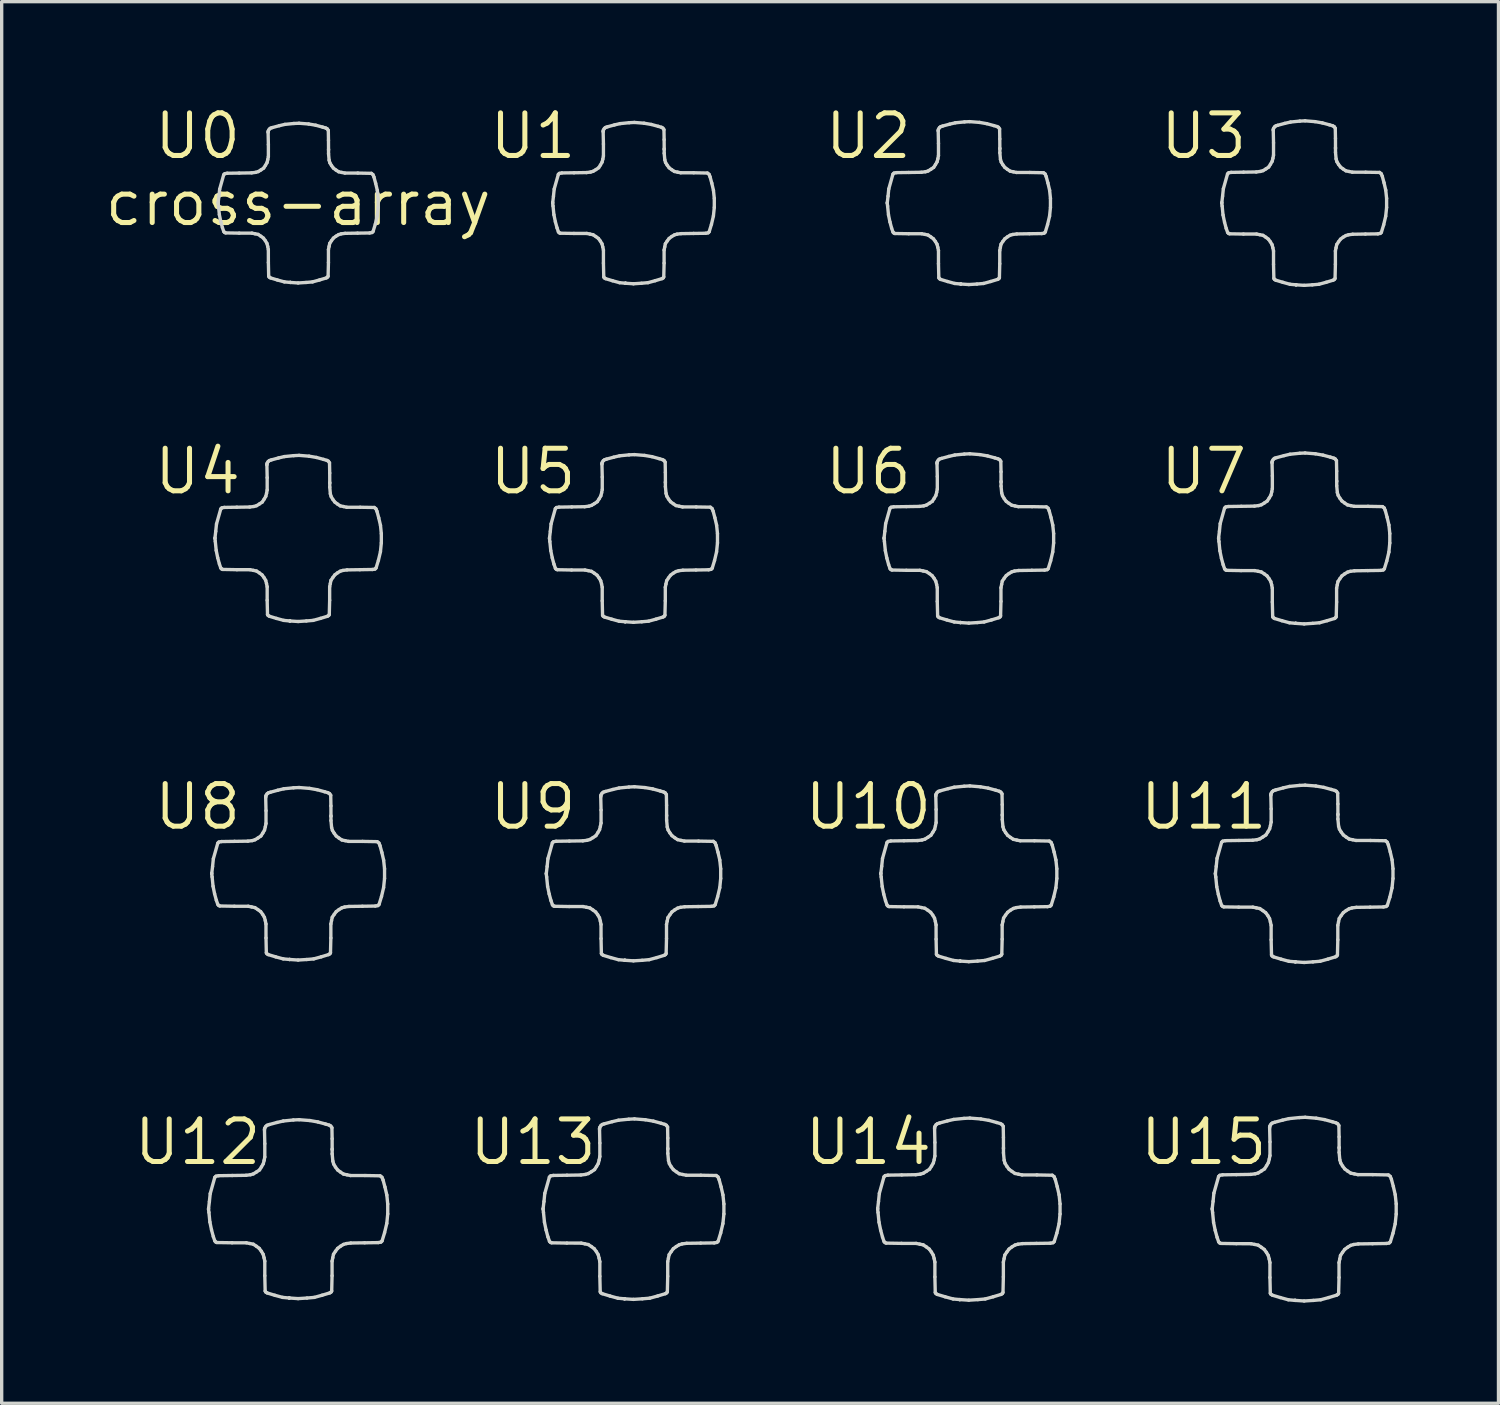
<source format=kicad_pcb>
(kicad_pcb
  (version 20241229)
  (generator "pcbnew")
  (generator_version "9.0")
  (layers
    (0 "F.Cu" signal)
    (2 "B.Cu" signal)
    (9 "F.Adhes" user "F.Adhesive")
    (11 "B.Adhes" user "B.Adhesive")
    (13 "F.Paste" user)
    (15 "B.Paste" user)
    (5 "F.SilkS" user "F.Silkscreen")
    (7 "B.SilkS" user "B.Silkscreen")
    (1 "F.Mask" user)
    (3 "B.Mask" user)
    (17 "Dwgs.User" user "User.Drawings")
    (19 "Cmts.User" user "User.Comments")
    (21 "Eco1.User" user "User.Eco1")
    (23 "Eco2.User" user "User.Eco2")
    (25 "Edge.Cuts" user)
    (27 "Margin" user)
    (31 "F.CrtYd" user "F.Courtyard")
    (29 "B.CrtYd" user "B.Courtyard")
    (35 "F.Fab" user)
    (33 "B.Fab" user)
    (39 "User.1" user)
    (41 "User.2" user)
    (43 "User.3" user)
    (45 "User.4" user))
  (footprint "cross-array"
    (layer "F.Cu")
    (at 5.843 3.006)
    (property "Reference" "cross-array" (at 0 0 0) (layer "F.SilkS") (effects (font (size 1.27 1.27) (thickness 0.15))))
    (attr through_hole)
    (fp_line (start -2.675 30.002) (end -2.673 29.979) (stroke (width 0.1) (type solid)) (layer "Edge.Cuts"))
    (fp_line (start -2.673 29.979) (end -2.649 29.774) (stroke (width 0.1) (type solid)) (layer "Edge.Cuts"))
    (fp_line (start -2.663 30.097) (end -2.675 30.002) (stroke (width 0.1) (type solid)) (layer "Edge.Cuts"))
    (fp_line (start -2.649 29.774) (end -2.624 29.536) (stroke (width 0.1) (type solid)) (layer "Edge.Cuts"))
    (fp_line (start -2.634 30.385) (end -2.663 30.097) (stroke (width 0.1) (type solid)) (layer "Edge.Cuts"))
    (fp_line (start -2.624 29.536) (end -2.488 29.052) (stroke (width 0.1) (type solid)) (layer "Edge.Cuts"))
    (fp_line (start -2.586 30.618) (end -2.634 30.385) (stroke (width 0.1) (type solid)) (layer "Edge.Cuts"))
    (fp_line (start -2.579 20.002) (end -2.578 19.98) (stroke (width 0.1) (type solid)) (layer "Edge.Cuts"))
    (fp_line (start -2.578 19.98) (end -2.554 19.782) (stroke (width 0.1) (type solid)) (layer "Edge.Cuts"))
    (fp_line (start -2.568 20.093) (end -2.579 20.002) (stroke (width 0.1) (type solid)) (layer "Edge.Cuts"))
    (fp_line (start -2.554 19.782) (end -2.531 19.552) (stroke (width 0.1) (type solid)) (layer "Edge.Cuts"))
    (fp_line (start -2.54 20.371) (end -2.568 20.093) (stroke (width 0.1) (type solid)) (layer "Edge.Cuts"))
    (fp_line (start -2.532 30.819) (end -2.586 30.618) (stroke (width 0.1) (type solid)) (layer "Edge.Cuts"))
    (fp_line (start -2.531 19.552) (end -2.399 19.086) (stroke (width 0.1) (type solid)) (layer "Edge.Cuts"))
    (fp_line (start -2.494 20.596) (end -2.54 20.371) (stroke (width 0.1) (type solid)) (layer "Edge.Cuts"))
    (fp_line (start -2.488 29.052) (end -2.453 29.018) (stroke (width 0.1) (type solid)) (layer "Edge.Cuts"))
    (fp_line (start -2.486 30.95) (end -2.532 30.819) (stroke (width 0.1) (type solid)) (layer "Edge.Cuts"))
    (fp_line (start -2.483 10.002) (end -2.482 9.981) (stroke (width 0.1) (type solid)) (layer "Edge.Cuts"))
    (fp_line (start -2.482 9.981) (end -2.46 9.79) (stroke (width 0.1) (type solid)) (layer "Edge.Cuts"))
    (fp_line (start -2.473 10.09) (end -2.483 10.002) (stroke (width 0.1) (type solid)) (layer "Edge.Cuts"))
    (fp_line (start -2.46 30.98) (end -2.486 30.95) (stroke (width 0.1) (type solid)) (layer "Edge.Cuts"))
    (fp_line (start -2.46 9.79) (end -2.437 9.569) (stroke (width 0.1) (type solid)) (layer "Edge.Cuts"))
    (fp_line (start -2.453 29.018) (end -2.373 29.003) (stroke (width 0.1) (type solid)) (layer "Edge.Cuts"))
    (fp_line (start -2.446 10.357) (end -2.473 10.09) (stroke (width 0.1) (type solid)) (layer "Edge.Cuts"))
    (fp_line (start -2.442 20.789) (end -2.494 20.596) (stroke (width 0.1) (type solid)) (layer "Edge.Cuts"))
    (fp_line (start -2.437 9.569) (end -2.31 9.12) (stroke (width 0.1) (type solid)) (layer "Edge.Cuts"))
    (fp_line (start -2.425 30.996) (end -2.46 30.98) (stroke (width 0.1) (type solid)) (layer "Edge.Cuts"))
    (fp_line (start -2.402 10.574) (end -2.446 10.357) (stroke (width 0.1) (type solid)) (layer "Edge.Cuts"))
    (fp_line (start -2.399 19.086) (end -2.366 19.053) (stroke (width 0.1) (type solid)) (layer "Edge.Cuts"))
    (fp_line (start -2.397 20.916) (end -2.442 20.789) (stroke (width 0.1) (type solid)) (layer "Edge.Cuts"))
    (fp_line (start -2.388 0.002) (end -2.387 -0.018) (stroke (width 0.1) (type solid)) (layer "Edge.Cuts"))
    (fp_line (start -2.387 -0.018) (end -2.365 -0.202) (stroke (width 0.1) (type solid)) (layer "Edge.Cuts"))
    (fp_line (start -2.378 0.086) (end -2.388 0.002) (stroke (width 0.1) (type solid)) (layer "Edge.Cuts"))
    (fp_line (start -2.373 29.003) (end -1.97 28.997) (stroke (width 0.1) (type solid)) (layer "Edge.Cuts"))
    (fp_line (start -2.372 20.945) (end -2.397 20.916) (stroke (width 0.1) (type solid)) (layer "Edge.Cuts"))
    (fp_line (start -2.366 19.053) (end -2.288 19.039) (stroke (width 0.1) (type solid)) (layer "Edge.Cuts"))
    (fp_line (start -2.365 -0.202) (end -2.343 -0.414) (stroke (width 0.1) (type solid)) (layer "Edge.Cuts"))
    (fp_line (start -2.352 0.344) (end -2.378 0.086) (stroke (width 0.1) (type solid)) (layer "Edge.Cuts"))
    (fp_line (start -2.351 10.76) (end -2.402 10.574) (stroke (width 0.1) (type solid)) (layer "Edge.Cuts"))
    (fp_line (start -2.343 -0.414) (end -2.222 -0.846) (stroke (width 0.1) (type solid)) (layer "Edge.Cuts"))
    (fp_line (start -2.338 20.96) (end -2.372 20.945) (stroke (width 0.1) (type solid)) (layer "Edge.Cuts"))
    (fp_line (start -2.31 9.12) (end -2.278 9.088) (stroke (width 0.1) (type solid)) (layer "Edge.Cuts"))
    (fp_line (start -2.309 0.552) (end -2.352 0.344) (stroke (width 0.1) (type solid)) (layer "Edge.Cuts"))
    (fp_line (start -2.309 10.883) (end -2.351 10.76) (stroke (width 0.1) (type solid)) (layer "Edge.Cuts"))
    (fp_line (start -2.288 19.039) (end -1.899 19.033) (stroke (width 0.1) (type solid)) (layer "Edge.Cuts"))
    (fp_line (start -2.284 10.91) (end -2.309 10.883) (stroke (width 0.1) (type solid)) (layer "Edge.Cuts"))
    (fp_line (start -2.278 9.088) (end -2.204 9.075) (stroke (width 0.1) (type solid)) (layer "Edge.Cuts"))
    (fp_line (start -2.261 0.731) (end -2.309 0.552) (stroke (width 0.1) (type solid)) (layer "Edge.Cuts"))
    (fp_line (start -2.252 10.924) (end -2.284 10.91) (stroke (width 0.1) (type solid)) (layer "Edge.Cuts"))
    (fp_line (start -2.222 -0.846) (end -2.19 -0.877) (stroke (width 0.1) (type solid)) (layer "Edge.Cuts"))
    (fp_line (start -2.22 0.849) (end -2.261 0.731) (stroke (width 0.1) (type solid)) (layer "Edge.Cuts"))
    (fp_line (start -2.204 9.075) (end -1.829 9.069) (stroke (width 0.1) (type solid)) (layer "Edge.Cuts"))
    (fp_line (start -2.196 0.875) (end -2.22 0.849) (stroke (width 0.1) (type solid)) (layer "Edge.Cuts"))
    (fp_line (start -2.19 -0.877) (end -2.119 -0.89) (stroke (width 0.1) (type solid)) (layer "Edge.Cuts"))
    (fp_line (start -2.165 0.889) (end -2.196 0.875) (stroke (width 0.1) (type solid)) (layer "Edge.Cuts"))
    (fp_line (start -2.119 -0.89) (end -1.759 -0.895) (stroke (width 0.1) (type solid)) (layer "Edge.Cuts"))
    (fp_line (start -1.972 31.003) (end -2.425 30.996) (stroke (width 0.1) (type solid)) (layer "Edge.Cuts"))
    (fp_line (start -1.97 28.997) (end -1.557 28.991) (stroke (width 0.1) (type solid)) (layer "Edge.Cuts"))
    (fp_line (start -1.902 20.968) (end -2.338 20.96) (stroke (width 0.1) (type solid)) (layer "Edge.Cuts"))
    (fp_line (start -1.899 19.033) (end -1.501 19.027) (stroke (width 0.1) (type solid)) (layer "Edge.Cuts"))
    (fp_line (start -1.831 10.932) (end -2.252 10.924) (stroke (width 0.1) (type solid)) (layer "Edge.Cuts"))
    (fp_line (start -1.829 9.069) (end -1.446 9.063) (stroke (width 0.1) (type solid)) (layer "Edge.Cuts"))
    (fp_line (start -1.761 0.896) (end -2.165 0.889) (stroke (width 0.1) (type solid)) (layer "Edge.Cuts"))
    (fp_line (start -1.759 -0.895) (end -1.39 -0.901) (stroke (width 0.1) (type solid)) (layer "Edge.Cuts"))
    (fp_line (start -1.557 28.991) (end -1.423 28.974) (stroke (width 0.1) (type solid)) (layer "Edge.Cuts"))
    (fp_line (start -1.546 31.004) (end -1.972 31.003) (stroke (width 0.1) (type solid)) (layer "Edge.Cuts"))
    (fp_line (start -1.501 19.027) (end -1.372 19.011) (stroke (width 0.1) (type solid)) (layer "Edge.Cuts"))
    (fp_line (start -1.491 20.968) (end -1.902 20.968) (stroke (width 0.1) (type solid)) (layer "Edge.Cuts"))
    (fp_line (start -1.446 9.063) (end -1.321 9.047) (stroke (width 0.1) (type solid)) (layer "Edge.Cuts"))
    (fp_line (start -1.442 31.025) (end -1.546 31.004) (stroke (width 0.1) (type solid)) (layer "Edge.Cuts"))
    (fp_line (start -1.436 10.932) (end -1.831 10.932) (stroke (width 0.1) (type solid)) (layer "Edge.Cuts"))
    (fp_line (start -1.423 28.974) (end -1.337 28.949) (stroke (width 0.1) (type solid)) (layer "Edge.Cuts"))
    (fp_line (start -1.391 20.988) (end -1.491 20.968) (stroke (width 0.1) (type solid)) (layer "Edge.Cuts"))
    (fp_line (start -1.39 -0.901) (end -1.271 -0.916) (stroke (width 0.1) (type solid)) (layer "Edge.Cuts"))
    (fp_line (start -1.38 0.896) (end -1.761 0.896) (stroke (width 0.1) (type solid)) (layer "Edge.Cuts"))
    (fp_line (start -1.372 19.011) (end -1.29 18.986) (stroke (width 0.1) (type solid)) (layer "Edge.Cuts"))
    (fp_line (start -1.339 10.952) (end -1.436 10.932) (stroke (width 0.1) (type solid)) (layer "Edge.Cuts"))
    (fp_line (start -1.338 31.046) (end -1.442 31.025) (stroke (width 0.1) (type solid)) (layer "Edge.Cuts"))
    (fp_line (start -1.337 28.949) (end -1.246 28.893) (stroke (width 0.1) (type solid)) (layer "Edge.Cuts"))
    (fp_line (start -1.321 9.047) (end -1.242 9.024) (stroke (width 0.1) (type solid)) (layer "Edge.Cuts"))
    (fp_line (start -1.291 21.009) (end -1.391 20.988) (stroke (width 0.1) (type solid)) (layer "Edge.Cuts"))
    (fp_line (start -1.29 18.986) (end -1.202 18.933) (stroke (width 0.1) (type solid)) (layer "Edge.Cuts"))
    (fp_line (start -1.288 0.915) (end -1.38 0.896) (stroke (width 0.1) (type solid)) (layer "Edge.Cuts"))
    (fp_line (start -1.271 -0.916) (end -1.194 -0.939) (stroke (width 0.1) (type solid)) (layer "Edge.Cuts"))
    (fp_line (start -1.248 31.106) (end -1.338 31.046) (stroke (width 0.1) (type solid)) (layer "Edge.Cuts"))
    (fp_line (start -1.246 28.893) (end -1.154 28.831) (stroke (width 0.1) (type solid)) (layer "Edge.Cuts"))
    (fp_line (start -1.243 10.972) (end -1.339 10.952) (stroke (width 0.1) (type solid)) (layer "Edge.Cuts"))
    (fp_line (start -1.242 9.024) (end -1.157 8.972) (stroke (width 0.1) (type solid)) (layer "Edge.Cuts"))
    (fp_line (start -1.204 21.067) (end -1.291 21.009) (stroke (width 0.1) (type solid)) (layer "Edge.Cuts"))
    (fp_line (start -1.202 18.933) (end -1.113 18.873) (stroke (width 0.1) (type solid)) (layer "Edge.Cuts"))
    (fp_line (start -1.195 0.934) (end -1.288 0.915) (stroke (width 0.1) (type solid)) (layer "Edge.Cuts"))
    (fp_line (start -1.194 -0.939) (end -1.113 -0.988) (stroke (width 0.1) (type solid)) (layer "Edge.Cuts"))
    (fp_line (start -1.162 31.17) (end -1.248 31.106) (stroke (width 0.1) (type solid)) (layer "Edge.Cuts"))
    (fp_line (start -1.159 11.027) (end -1.243 10.972) (stroke (width 0.1) (type solid)) (layer "Edge.Cuts"))
    (fp_line (start -1.157 8.972) (end -1.072 8.915) (stroke (width 0.1) (type solid)) (layer "Edge.Cuts"))
    (fp_line (start -1.154 28.831) (end -1.096 28.74) (stroke (width 0.1) (type solid)) (layer "Edge.Cuts"))
    (fp_line (start -1.12 21.128) (end -1.204 21.067) (stroke (width 0.1) (type solid)) (layer "Edge.Cuts"))
    (fp_line (start -1.114 0.988) (end -1.195 0.934) (stroke (width 0.1) (type solid)) (layer "Edge.Cuts"))
    (fp_line (start -1.113 18.873) (end -1.056 18.785) (stroke (width 0.1) (type solid)) (layer "Edge.Cuts"))
    (fp_line (start -1.113 -0.988) (end -1.031 -1.043) (stroke (width 0.1) (type solid)) (layer "Edge.Cuts"))
    (fp_line (start -1.099 31.256) (end -1.162 31.17) (stroke (width 0.1) (type solid)) (layer "Edge.Cuts"))
    (fp_line (start -1.096 28.74) (end -1.042 28.647) (stroke (width 0.1) (type solid)) (layer "Edge.Cuts"))
    (fp_line (start -1.079 11.087) (end -1.159 11.027) (stroke (width 0.1) (type solid)) (layer "Edge.Cuts"))
    (fp_line (start -1.072 8.915) (end -1.017 8.83) (stroke (width 0.1) (type solid)) (layer "Edge.Cuts"))
    (fp_line (start -1.06 21.211) (end -1.12 21.128) (stroke (width 0.1) (type solid)) (layer "Edge.Cuts"))
    (fp_line (start -1.056 18.785) (end -1.005 18.696) (stroke (width 0.1) (type solid)) (layer "Edge.Cuts"))
    (fp_line (start -1.045 31.347) (end -1.099 31.256) (stroke (width 0.1) (type solid)) (layer "Edge.Cuts"))
    (fp_line (start -1.042 28.647) (end -1.017 28.547) (stroke (width 0.1) (type solid)) (layer "Edge.Cuts"))
    (fp_line (start -1.037 1.045) (end -1.114 0.988) (stroke (width 0.1) (type solid)) (layer "Edge.Cuts"))
    (fp_line (start -1.031 -1.043) (end -0.978 -1.125) (stroke (width 0.1) (type solid)) (layer "Edge.Cuts"))
    (fp_line (start -1.021 11.166) (end -1.079 11.087) (stroke (width 0.1) (type solid)) (layer "Edge.Cuts"))
    (fp_line (start -1.019 31.449) (end -1.045 31.347) (stroke (width 0.1) (type solid)) (layer "Edge.Cuts"))
    (fp_line (start -1.017 8.83) (end -0.967 8.744) (stroke (width 0.1) (type solid)) (layer "Edge.Cuts"))
    (fp_line (start -1.017 28.547) (end -0.997 28.445) (stroke (width 0.1) (type solid)) (layer "Edge.Cuts"))
    (fp_line (start -1.008 21.299) (end -1.06 21.211) (stroke (width 0.1) (type solid)) (layer "Edge.Cuts"))
    (fp_line (start -1.006 27.615) (end -0.997 27.581) (stroke (width 0.1) (type solid)) (layer "Edge.Cuts"))
    (fp_line (start -1.006 27.64) (end -1.006 27.615) (stroke (width 0.1) (type solid)) (layer "Edge.Cuts"))
    (fp_line (start -1.005 18.696) (end -0.981 18.599) (stroke (width 0.1) (type solid)) (layer "Edge.Cuts"))
    (fp_line (start -0.997 31.552) (end -1.019 31.449) (stroke (width 0.1) (type solid)) (layer "Edge.Cuts"))
    (fp_line (start -0.997 31.985) (end -0.997 31.552) (stroke (width 0.1) (type solid)) (layer "Edge.Cuts"))
    (fp_line (start -0.997 27.581) (end -0.964 27.529) (stroke (width 0.1) (type solid)) (layer "Edge.Cuts"))
    (fp_line (start -0.997 28.047) (end -1.006 27.64) (stroke (width 0.1) (type solid)) (layer "Edge.Cuts"))
    (fp_line (start -0.997 28.445) (end -0.997 28.047) (stroke (width 0.1) (type solid)) (layer "Edge.Cuts"))
    (fp_line (start -0.986 32.442) (end -0.997 31.985) (stroke (width 0.1) (type solid)) (layer "Edge.Cuts"))
    (fp_line (start -0.982 21.397) (end -1.008 21.299) (stroke (width 0.1) (type solid)) (layer "Edge.Cuts"))
    (fp_line (start -0.981 1.121) (end -1.037 1.045) (stroke (width 0.1) (type solid)) (layer "Edge.Cuts"))
    (fp_line (start -0.981 18.599) (end -0.961 18.5) (stroke (width 0.1) (type solid)) (layer "Edge.Cuts"))
    (fp_line (start -0.978 -1.125) (end -0.93 -1.208) (stroke (width 0.1) (type solid)) (layer "Edge.Cuts"))
    (fp_line (start -0.97 11.251) (end -1.021 11.166) (stroke (width 0.1) (type solid)) (layer "Edge.Cuts"))
    (fp_line (start -0.97 17.7) (end -0.961 17.667) (stroke (width 0.1) (type solid)) (layer "Edge.Cuts"))
    (fp_line (start -0.97 17.724) (end -0.97 17.7) (stroke (width 0.1) (type solid)) (layer "Edge.Cuts"))
    (fp_line (start -0.967 8.744) (end -0.944 8.651) (stroke (width 0.1) (type solid)) (layer "Edge.Cuts"))
    (fp_line (start -0.967 32.474) (end -0.986 32.442) (stroke (width 0.1) (type solid)) (layer "Edge.Cuts"))
    (fp_line (start -0.964 27.529) (end -0.925 27.498) (stroke (width 0.1) (type solid)) (layer "Edge.Cuts"))
    (fp_line (start -0.962 21.497) (end -0.982 21.397) (stroke (width 0.1) (type solid)) (layer "Edge.Cuts"))
    (fp_line (start -0.961 21.914) (end -0.962 21.497) (stroke (width 0.1) (type solid)) (layer "Edge.Cuts"))
    (fp_line (start -0.961 17.667) (end -0.93 17.617) (stroke (width 0.1) (type solid)) (layer "Edge.Cuts"))
    (fp_line (start -0.961 18.117) (end -0.97 17.724) (stroke (width 0.1) (type solid)) (layer "Edge.Cuts"))
    (fp_line (start -0.961 18.5) (end -0.961 18.117) (stroke (width 0.1) (type solid)) (layer "Edge.Cuts"))
    (fp_line (start -0.951 22.355) (end -0.961 21.914) (stroke (width 0.1) (type solid)) (layer "Edge.Cuts"))
    (fp_line (start -0.946 11.345) (end -0.97 11.251) (stroke (width 0.1) (type solid)) (layer "Edge.Cuts"))
    (fp_line (start -0.944 8.651) (end -0.926 8.556) (stroke (width 0.1) (type solid)) (layer "Edge.Cuts"))
    (fp_line (start -0.934 7.786) (end -0.926 7.754) (stroke (width 0.1) (type solid)) (layer "Edge.Cuts"))
    (fp_line (start -0.934 7.808) (end -0.934 7.786) (stroke (width 0.1) (type solid)) (layer "Edge.Cuts"))
    (fp_line (start -0.933 1.202) (end -0.981 1.121) (stroke (width 0.1) (type solid)) (layer "Edge.Cuts"))
    (fp_line (start -0.933 22.385) (end -0.951 22.355) (stroke (width 0.1) (type solid)) (layer "Edge.Cuts"))
    (fp_line (start -0.93 -1.208) (end -0.908 -1.298) (stroke (width 0.1) (type solid)) (layer "Edge.Cuts"))
    (fp_line (start -0.93 17.617) (end -0.892 17.587) (stroke (width 0.1) (type solid)) (layer "Edge.Cuts"))
    (fp_line (start -0.927 32.499) (end -0.967 32.474) (stroke (width 0.1) (type solid)) (layer "Edge.Cuts"))
    (fp_line (start -0.926 11.441) (end -0.946 11.345) (stroke (width 0.1) (type solid)) (layer "Edge.Cuts"))
    (fp_line (start -0.926 11.843) (end -0.926 11.441) (stroke (width 0.1) (type solid)) (layer "Edge.Cuts"))
    (fp_line (start -0.926 7.754) (end -0.895 7.705) (stroke (width 0.1) (type solid)) (layer "Edge.Cuts"))
    (fp_line (start -0.926 8.187) (end -0.934 7.808) (stroke (width 0.1) (type solid)) (layer "Edge.Cuts"))
    (fp_line (start -0.926 8.556) (end -0.926 8.187) (stroke (width 0.1) (type solid)) (layer "Edge.Cuts"))
    (fp_line (start -0.925 27.498) (end -0.862 27.477) (stroke (width 0.1) (type solid)) (layer "Edge.Cuts"))
    (fp_line (start -0.916 12.268) (end -0.926 11.843) (stroke (width 0.1) (type solid)) (layer "Edge.Cuts"))
    (fp_line (start -0.91 1.293) (end -0.933 1.202) (stroke (width 0.1) (type solid)) (layer "Edge.Cuts"))
    (fp_line (start -0.908 -1.298) (end -0.89 -1.388) (stroke (width 0.1) (type solid)) (layer "Edge.Cuts"))
    (fp_line (start -0.898 -2.129) (end -0.89 -2.16) (stroke (width 0.1) (type solid)) (layer "Edge.Cuts"))
    (fp_line (start -0.898 -2.107) (end -0.898 -2.129) (stroke (width 0.1) (type solid)) (layer "Edge.Cuts"))
    (fp_line (start -0.898 12.297) (end -0.916 12.268) (stroke (width 0.1) (type solid)) (layer "Edge.Cuts"))
    (fp_line (start -0.895 7.705) (end -0.859 7.677) (stroke (width 0.1) (type solid)) (layer "Edge.Cuts"))
    (fp_line (start -0.894 22.41) (end -0.933 22.385) (stroke (width 0.1) (type solid)) (layer "Edge.Cuts"))
    (fp_line (start -0.892 17.587) (end -0.831 17.568) (stroke (width 0.1) (type solid)) (layer "Edge.Cuts"))
    (fp_line (start -0.891 1.386) (end -0.91 1.293) (stroke (width 0.1) (type solid)) (layer "Edge.Cuts"))
    (fp_line (start -0.89 1.772) (end -0.891 1.386) (stroke (width 0.1) (type solid)) (layer "Edge.Cuts"))
    (fp_line (start -0.89 -2.16) (end -0.861 -2.207) (stroke (width 0.1) (type solid)) (layer "Edge.Cuts"))
    (fp_line (start -0.89 -1.744) (end -0.898 -2.107) (stroke (width 0.1) (type solid)) (layer "Edge.Cuts"))
    (fp_line (start -0.89 -1.388) (end -0.89 -1.744) (stroke (width 0.1) (type solid)) (layer "Edge.Cuts"))
    (fp_line (start -0.881 2.18) (end -0.89 1.772) (stroke (width 0.1) (type solid)) (layer "Edge.Cuts"))
    (fp_line (start -0.864 2.209) (end -0.881 2.18) (stroke (width 0.1) (type solid)) (layer "Edge.Cuts"))
    (fp_line (start -0.862 27.477) (end -0.632 27.415) (stroke (width 0.1) (type solid)) (layer "Edge.Cuts"))
    (fp_line (start -0.861 12.32) (end -0.898 12.297) (stroke (width 0.1) (type solid)) (layer "Edge.Cuts"))
    (fp_line (start -0.861 -2.207) (end -0.826 -2.234) (stroke (width 0.1) (type solid)) (layer "Edge.Cuts"))
    (fp_line (start -0.859 7.677) (end -0.801 7.658) (stroke (width 0.1) (type solid)) (layer "Edge.Cuts"))
    (fp_line (start -0.831 17.568) (end -0.609 17.508) (stroke (width 0.1) (type solid)) (layer "Edge.Cuts"))
    (fp_line (start -0.828 2.231) (end -0.864 2.209) (stroke (width 0.1) (type solid)) (layer "Edge.Cuts"))
    (fp_line (start -0.826 -2.234) (end -0.77 -2.252) (stroke (width 0.1) (type solid)) (layer "Edge.Cuts"))
    (fp_line (start -0.801 7.658) (end -0.587 7.6) (stroke (width 0.1) (type solid)) (layer "Edge.Cuts"))
    (fp_line (start -0.77 -2.252) (end -0.564 -2.308) (stroke (width 0.1) (type solid)) (layer "Edge.Cuts"))
    (fp_line (start -0.697 32.569) (end -0.927 32.499) (stroke (width 0.1) (type solid)) (layer "Edge.Cuts"))
    (fp_line (start -0.672 22.477) (end -0.894 22.41) (stroke (width 0.1) (type solid)) (layer "Edge.Cuts"))
    (fp_line (start -0.647 12.385) (end -0.861 12.32) (stroke (width 0.1) (type solid)) (layer "Edge.Cuts"))
    (fp_line (start -0.632 27.415) (end -0.446 27.372) (stroke (width 0.1) (type solid)) (layer "Edge.Cuts"))
    (fp_line (start -0.622 2.293) (end -0.828 2.231) (stroke (width 0.1) (type solid)) (layer "Edge.Cuts"))
    (fp_line (start -0.609 17.508) (end -0.43 17.465) (stroke (width 0.1) (type solid)) (layer "Edge.Cuts"))
    (fp_line (start -0.587 7.6) (end -0.414 7.559) (stroke (width 0.1) (type solid)) (layer "Edge.Cuts"))
    (fp_line (start -0.564 -2.308) (end -0.398 -2.347) (stroke (width 0.1) (type solid)) (layer "Edge.Cuts"))
    (fp_line (start -0.463 32.632) (end -0.697 32.569) (stroke (width 0.1) (type solid)) (layer "Edge.Cuts"))
    (fp_line (start -0.446 22.538) (end -0.672 22.477) (stroke (width 0.1) (type solid)) (layer "Edge.Cuts"))
    (fp_line (start -0.446 27.372) (end -0.145 27.341) (stroke (width 0.1) (type solid)) (layer "Edge.Cuts"))
    (fp_line (start -0.43 12.444) (end -0.647 12.385) (stroke (width 0.1) (type solid)) (layer "Edge.Cuts"))
    (fp_line (start -0.43 17.465) (end -0.14 17.436) (stroke (width 0.1) (type solid)) (layer "Edge.Cuts"))
    (fp_line (start -0.414 7.559) (end -0.134 7.531) (stroke (width 0.1) (type solid)) (layer "Edge.Cuts"))
    (fp_line (start -0.413 2.35) (end -0.622 2.293) (stroke (width 0.1) (type solid)) (layer "Edge.Cuts"))
    (fp_line (start -0.398 -2.347) (end -0.129 -2.374) (stroke (width 0.1) (type solid)) (layer "Edge.Cuts"))
    (fp_line (start -0.267 32.65) (end -0.267 32.65) (stroke (width 0.1) (type solid)) (layer "Edge.Cuts"))
    (fp_line (start -0.267 32.65) (end -0.463 32.632) (stroke (width 0.1) (type solid)) (layer "Edge.Cuts"))
    (fp_line (start -0.267 32.65) (end -0.267 32.65) (stroke (width 0.1) (type solid)) (layer "Edge.Cuts"))
    (fp_line (start -0.257 22.555) (end -0.257 22.555) (stroke (width 0.1) (type solid)) (layer "Edge.Cuts"))
    (fp_line (start -0.257 22.555) (end -0.446 22.538) (stroke (width 0.1) (type solid)) (layer "Edge.Cuts"))
    (fp_line (start -0.257 22.555) (end -0.257 22.555) (stroke (width 0.1) (type solid)) (layer "Edge.Cuts"))
    (fp_line (start -0.248 12.461) (end -0.248 12.461) (stroke (width 0.1) (type solid)) (layer "Edge.Cuts"))
    (fp_line (start -0.248 12.461) (end -0.43 12.444) (stroke (width 0.1) (type solid)) (layer "Edge.Cuts"))
    (fp_line (start -0.248 12.461) (end -0.248 12.461) (stroke (width 0.1) (type solid)) (layer "Edge.Cuts"))
    (fp_line (start -0.238 2.366) (end -0.238 2.366) (stroke (width 0.1) (type solid)) (layer "Edge.Cuts"))
    (fp_line (start -0.238 2.366) (end -0.413 2.35) (stroke (width 0.1) (type solid)) (layer "Edge.Cuts"))
    (fp_line (start -0.238 2.366) (end -0.238 2.366) (stroke (width 0.1) (type solid)) (layer "Edge.Cuts"))
    (fp_line (start -0.145 27.341) (end 0.027 27.333) (stroke (width 0.1) (type solid)) (layer "Edge.Cuts"))
    (fp_line (start -0.14 17.436) (end 0.026 17.428) (stroke (width 0.1) (type solid)) (layer "Edge.Cuts"))
    (fp_line (start -0.134 7.531) (end 0.025 7.523) (stroke (width 0.1) (type solid)) (layer "Edge.Cuts"))
    (fp_line (start -0.129 -2.374) (end 0.024 -2.381) (stroke (width 0.1) (type solid)) (layer "Edge.Cuts"))
    (fp_line (start -0.004 32.668) (end -0.267 32.65) (stroke (width 0.1) (type solid)) (layer "Edge.Cuts"))
    (fp_line (start -0.004 22.572) (end -0.257 22.555) (stroke (width 0.1) (type solid)) (layer "Edge.Cuts"))
    (fp_line (start -0.003 12.477) (end -0.248 12.461) (stroke (width 0.1) (type solid)) (layer "Edge.Cuts"))
    (fp_line (start -0.003 2.382) (end -0.238 2.366) (stroke (width 0.1) (type solid)) (layer "Edge.Cuts"))
    (fp_line (start 0.024 -2.381) (end 0.31 -2.359) (stroke (width 0.1) (type solid)) (layer "Edge.Cuts"))
    (fp_line (start 0.025 7.523) (end 0.323 7.547) (stroke (width 0.1) (type solid)) (layer "Edge.Cuts"))
    (fp_line (start 0.026 17.428) (end 0.335 17.453) (stroke (width 0.1) (type solid)) (layer "Edge.Cuts"))
    (fp_line (start 0.027 27.333) (end 0.347 27.358) (stroke (width 0.1) (type solid)) (layer "Edge.Cuts"))
    (fp_line (start 0.233 2.367) (end -0.003 2.382) (stroke (width 0.1) (type solid)) (layer "Edge.Cuts"))
    (fp_line (start 0.242 12.461) (end -0.003 12.477) (stroke (width 0.1) (type solid)) (layer "Edge.Cuts"))
    (fp_line (start 0.252 22.556) (end -0.004 22.572) (stroke (width 0.1) (type solid)) (layer "Edge.Cuts"))
    (fp_line (start 0.261 32.651) (end -0.004 32.668) (stroke (width 0.1) (type solid)) (layer "Edge.Cuts"))
    (fp_line (start 0.31 -2.359) (end 0.523 -2.322) (stroke (width 0.1) (type solid)) (layer "Edge.Cuts"))
    (fp_line (start 0.323 7.547) (end 0.544 7.585) (stroke (width 0.1) (type solid)) (layer "Edge.Cuts"))
    (fp_line (start 0.335 17.453) (end 0.565 17.493) (stroke (width 0.1) (type solid)) (layer "Edge.Cuts"))
    (fp_line (start 0.347 27.358) (end 0.586 27.4) (stroke (width 0.1) (type solid)) (layer "Edge.Cuts"))
    (fp_line (start 0.427 2.35) (end 0.233 2.367) (stroke (width 0.1) (type solid)) (layer "Edge.Cuts"))
    (fp_line (start 0.444 12.444) (end 0.242 12.461) (stroke (width 0.1) (type solid)) (layer "Edge.Cuts"))
    (fp_line (start 0.461 22.538) (end 0.252 22.556) (stroke (width 0.1) (type solid)) (layer "Edge.Cuts"))
    (fp_line (start 0.478 32.632) (end 0.261 32.651) (stroke (width 0.1) (type solid)) (layer "Edge.Cuts"))
    (fp_line (start 0.523 -2.322) (end 0.727 -2.266) (stroke (width 0.1) (type solid)) (layer "Edge.Cuts"))
    (fp_line (start 0.544 7.585) (end 0.756 7.643) (stroke (width 0.1) (type solid)) (layer "Edge.Cuts"))
    (fp_line (start 0.565 17.493) (end 0.785 17.553) (stroke (width 0.1) (type solid)) (layer "Edge.Cuts"))
    (fp_line (start 0.586 27.4) (end 0.815 27.462) (stroke (width 0.1) (type solid)) (layer "Edge.Cuts"))
    (fp_line (start 0.636 2.292) (end 0.427 2.35) (stroke (width 0.1) (type solid)) (layer "Edge.Cuts"))
    (fp_line (start 0.662 12.384) (end 0.444 12.444) (stroke (width 0.1) (type solid)) (layer "Edge.Cuts"))
    (fp_line (start 0.687 22.476) (end 0.461 22.538) (stroke (width 0.1) (type solid)) (layer "Edge.Cuts"))
    (fp_line (start 0.713 32.567) (end 0.478 32.632) (stroke (width 0.1) (type solid)) (layer "Edge.Cuts"))
    (fp_line (start 0.727 -2.266) (end 0.823 -2.238) (stroke (width 0.1) (type solid)) (layer "Edge.Cuts"))
    (fp_line (start 0.756 7.643) (end 0.856 7.673) (stroke (width 0.1) (type solid)) (layer "Edge.Cuts"))
    (fp_line (start 0.785 17.553) (end 0.889 17.583) (stroke (width 0.1) (type solid)) (layer "Edge.Cuts"))
    (fp_line (start 0.815 27.462) (end 0.922 27.494) (stroke (width 0.1) (type solid)) (layer "Edge.Cuts"))
    (fp_line (start 0.823 -2.238) (end 0.866 -2.213) (stroke (width 0.1) (type solid)) (layer "Edge.Cuts"))
    (fp_line (start 0.84 2.231) (end 0.636 2.292) (stroke (width 0.1) (type solid)) (layer "Edge.Cuts"))
    (fp_line (start 0.856 7.673) (end 0.901 7.698) (stroke (width 0.1) (type solid)) (layer "Edge.Cuts"))
    (fp_line (start 0.866 -2.213) (end 0.897 -2.168) (stroke (width 0.1) (type solid)) (layer "Edge.Cuts"))
    (fp_line (start 0.873 12.32) (end 0.662 12.384) (stroke (width 0.1) (type solid)) (layer "Edge.Cuts"))
    (fp_line (start 0.874 2.208) (end 0.84 2.231) (stroke (width 0.1) (type solid)) (layer "Edge.Cuts"))
    (fp_line (start 0.889 17.583) (end 0.935 17.61) (stroke (width 0.1) (type solid)) (layer "Edge.Cuts"))
    (fp_line (start 0.891 2.18) (end 0.874 2.208) (stroke (width 0.1) (type solid)) (layer "Edge.Cuts"))
    (fp_line (start 0.897 -2.168) (end 0.902 -1.875) (stroke (width 0.1) (type solid)) (layer "Edge.Cuts"))
    (fp_line (start 0.901 7.698) (end 0.933 7.745) (stroke (width 0.1) (type solid)) (layer "Edge.Cuts"))
    (fp_line (start 0.901 1.772) (end 0.891 2.18) (stroke (width 0.1) (type solid)) (layer "Edge.Cuts"))
    (fp_line (start 0.901 1.386) (end 0.901 1.772) (stroke (width 0.1) (type solid)) (layer "Edge.Cuts"))
    (fp_line (start 0.902 -1.875) (end 0.904 -1.604) (stroke (width 0.1) (type solid)) (layer "Edge.Cuts"))
    (fp_line (start 0.904 -1.604) (end 0.904 -1.584) (stroke (width 0.1) (type solid)) (layer "Edge.Cuts"))
    (fp_line (start 0.904 -1.584) (end 0.904 -1.471) (stroke (width 0.1) (type solid)) (layer "Edge.Cuts"))
    (fp_line (start 0.904 -1.471) (end 0.921 -1.279) (stroke (width 0.1) (type solid)) (layer "Edge.Cuts"))
    (fp_line (start 0.907 22.409) (end 0.687 22.476) (stroke (width 0.1) (type solid)) (layer "Edge.Cuts"))
    (fp_line (start 0.909 12.297) (end 0.873 12.32) (stroke (width 0.1) (type solid)) (layer "Edge.Cuts"))
    (fp_line (start 0.92 1.293) (end 0.901 1.386) (stroke (width 0.1) (type solid)) (layer "Edge.Cuts"))
    (fp_line (start 0.921 -1.279) (end 0.944 -1.2) (stroke (width 0.1) (type solid)) (layer "Edge.Cuts"))
    (fp_line (start 0.922 27.494) (end 0.97 27.521) (stroke (width 0.1) (type solid)) (layer "Edge.Cuts"))
    (fp_line (start 0.926 12.267) (end 0.909 12.297) (stroke (width 0.1) (type solid)) (layer "Edge.Cuts"))
    (fp_line (start 0.933 7.745) (end 0.939 8.05) (stroke (width 0.1) (type solid)) (layer "Edge.Cuts"))
    (fp_line (start 0.935 17.61) (end 0.969 17.659) (stroke (width 0.1) (type solid)) (layer "Edge.Cuts"))
    (fp_line (start 0.937 11.843) (end 0.926 12.267) (stroke (width 0.1) (type solid)) (layer "Edge.Cuts"))
    (fp_line (start 0.937 11.441) (end 0.937 11.843) (stroke (width 0.1) (type solid)) (layer "Edge.Cuts"))
    (fp_line (start 0.939 8.05) (end 0.94 8.331) (stroke (width 0.1) (type solid)) (layer "Edge.Cuts"))
    (fp_line (start 0.939 1.201) (end 0.92 1.293) (stroke (width 0.1) (type solid)) (layer "Edge.Cuts"))
    (fp_line (start 0.94 8.331) (end 0.94 8.353) (stroke (width 0.1) (type solid)) (layer "Edge.Cuts"))
    (fp_line (start 0.94 8.353) (end 0.94 8.471) (stroke (width 0.1) (type solid)) (layer "Edge.Cuts"))
    (fp_line (start 0.94 8.471) (end 0.958 8.67) (stroke (width 0.1) (type solid)) (layer "Edge.Cuts"))
    (fp_line (start 0.941 32.498) (end 0.713 32.567) (stroke (width 0.1) (type solid)) (layer "Edge.Cuts"))
    (fp_line (start 0.944 -1.2) (end 0.992 -1.12) (stroke (width 0.1) (type solid)) (layer "Edge.Cuts"))
    (fp_line (start 0.944 22.385) (end 0.907 22.409) (stroke (width 0.1) (type solid)) (layer "Edge.Cuts"))
    (fp_line (start 0.957 11.345) (end 0.937 11.441) (stroke (width 0.1) (type solid)) (layer "Edge.Cuts"))
    (fp_line (start 0.958 8.67) (end 0.982 8.752) (stroke (width 0.1) (type solid)) (layer "Edge.Cuts"))
    (fp_line (start 0.962 22.355) (end 0.944 22.385) (stroke (width 0.1) (type solid)) (layer "Edge.Cuts"))
    (fp_line (start 0.969 17.659) (end 0.975 17.975) (stroke (width 0.1) (type solid)) (layer "Edge.Cuts"))
    (fp_line (start 0.97 27.521) (end 1.005 27.572) (stroke (width 0.1) (type solid)) (layer "Edge.Cuts"))
    (fp_line (start 0.973 21.914) (end 0.962 22.355) (stroke (width 0.1) (type solid)) (layer "Edge.Cuts"))
    (fp_line (start 0.973 21.497) (end 0.973 21.914) (stroke (width 0.1) (type solid)) (layer "Edge.Cuts"))
    (fp_line (start 0.975 17.975) (end 0.976 18.267) (stroke (width 0.1) (type solid)) (layer "Edge.Cuts"))
    (fp_line (start 0.976 18.267) (end 0.976 18.289) (stroke (width 0.1) (type solid)) (layer "Edge.Cuts"))
    (fp_line (start 0.976 18.289) (end 0.976 18.412) (stroke (width 0.1) (type solid)) (layer "Edge.Cuts"))
    (fp_line (start 0.976 18.412) (end 0.995 18.619) (stroke (width 0.1) (type solid)) (layer "Edge.Cuts"))
    (fp_line (start 0.976 11.249) (end 0.957 11.345) (stroke (width 0.1) (type solid)) (layer "Edge.Cuts"))
    (fp_line (start 0.979 32.473) (end 0.941 32.498) (stroke (width 0.1) (type solid)) (layer "Edge.Cuts"))
    (fp_line (start 0.982 8.752) (end 1.032 8.836) (stroke (width 0.1) (type solid)) (layer "Edge.Cuts"))
    (fp_line (start 0.992 1.121) (end 0.939 1.201) (stroke (width 0.1) (type solid)) (layer "Edge.Cuts"))
    (fp_line (start 0.992 -1.12) (end 1.049 -1.043) (stroke (width 0.1) (type solid)) (layer "Edge.Cuts"))
    (fp_line (start 0.993 21.397) (end 0.973 21.497) (stroke (width 0.1) (type solid)) (layer "Edge.Cuts"))
    (fp_line (start 0.995 18.619) (end 1.019 18.704) (stroke (width 0.1) (type solid)) (layer "Edge.Cuts"))
    (fp_line (start 0.998 32.442) (end 0.979 32.473) (stroke (width 0.1) (type solid)) (layer "Edge.Cuts"))
    (fp_line (start 1.005 27.572) (end 1.011 27.9) (stroke (width 0.1) (type solid)) (layer "Edge.Cuts"))
    (fp_line (start 1.009 31.985) (end 0.998 32.442) (stroke (width 0.1) (type solid)) (layer "Edge.Cuts"))
    (fp_line (start 1.009 31.552) (end 1.009 31.985) (stroke (width 0.1) (type solid)) (layer "Edge.Cuts"))
    (fp_line (start 1.011 27.9) (end 1.012 28.203) (stroke (width 0.1) (type solid)) (layer "Edge.Cuts"))
    (fp_line (start 1.012 28.203) (end 1.012 28.226) (stroke (width 0.1) (type solid)) (layer "Edge.Cuts"))
    (fp_line (start 1.012 28.226) (end 1.012 28.353) (stroke (width 0.1) (type solid)) (layer "Edge.Cuts"))
    (fp_line (start 1.012 28.353) (end 1.032 28.568) (stroke (width 0.1) (type solid)) (layer "Edge.Cuts"))
    (fp_line (start 1.014 21.297) (end 0.993 21.397) (stroke (width 0.1) (type solid)) (layer "Edge.Cuts"))
    (fp_line (start 1.019 18.704) (end 1.072 18.791) (stroke (width 0.1) (type solid)) (layer "Edge.Cuts"))
    (fp_line (start 1.03 31.449) (end 1.009 31.552) (stroke (width 0.1) (type solid)) (layer "Edge.Cuts"))
    (fp_line (start 1.032 11.166) (end 0.976 11.249) (stroke (width 0.1) (type solid)) (layer "Edge.Cuts"))
    (fp_line (start 1.032 28.568) (end 1.057 28.656) (stroke (width 0.1) (type solid)) (layer "Edge.Cuts"))
    (fp_line (start 1.032 8.836) (end 1.091 8.915) (stroke (width 0.1) (type solid)) (layer "Edge.Cuts"))
    (fp_line (start 1.049 1.044) (end 0.992 1.121) (stroke (width 0.1) (type solid)) (layer "Edge.Cuts"))
    (fp_line (start 1.049 -1.043) (end 1.125 -0.986) (stroke (width 0.1) (type solid)) (layer "Edge.Cuts"))
    (fp_line (start 1.052 31.345) (end 1.03 31.449) (stroke (width 0.1) (type solid)) (layer "Edge.Cuts"))
    (fp_line (start 1.057 28.656) (end 1.111 28.746) (stroke (width 0.1) (type solid)) (layer "Edge.Cuts"))
    (fp_line (start 1.072 21.211) (end 1.014 21.297) (stroke (width 0.1) (type solid)) (layer "Edge.Cuts"))
    (fp_line (start 1.072 18.791) (end 1.133 18.874) (stroke (width 0.1) (type solid)) (layer "Edge.Cuts"))
    (fp_line (start 1.091 11.086) (end 1.032 11.166) (stroke (width 0.1) (type solid)) (layer "Edge.Cuts"))
    (fp_line (start 1.091 8.915) (end 1.17 8.974) (stroke (width 0.1) (type solid)) (layer "Edge.Cuts"))
    (fp_line (start 1.111 31.255) (end 1.052 31.345) (stroke (width 0.1) (type solid)) (layer "Edge.Cuts"))
    (fp_line (start 1.111 28.746) (end 1.175 28.832) (stroke (width 0.1) (type solid)) (layer "Edge.Cuts"))
    (fp_line (start 1.125 -0.986) (end 1.205 -0.934) (stroke (width 0.1) (type solid)) (layer "Edge.Cuts"))
    (fp_line (start 1.125 0.988) (end 1.049 1.044) (stroke (width 0.1) (type solid)) (layer "Edge.Cuts"))
    (fp_line (start 1.133 21.128) (end 1.072 21.211) (stroke (width 0.1) (type solid)) (layer "Edge.Cuts"))
    (fp_line (start 1.133 18.874) (end 1.215 18.935) (stroke (width 0.1) (type solid)) (layer "Edge.Cuts"))
    (fp_line (start 1.17 8.974) (end 1.253 9.029) (stroke (width 0.1) (type solid)) (layer "Edge.Cuts"))
    (fp_line (start 1.17 11.027) (end 1.091 11.086) (stroke (width 0.1) (type solid)) (layer "Edge.Cuts"))
    (fp_line (start 1.175 31.17) (end 1.111 31.255) (stroke (width 0.1) (type solid)) (layer "Edge.Cuts"))
    (fp_line (start 1.175 28.832) (end 1.26 28.895) (stroke (width 0.1) (type solid)) (layer "Edge.Cuts"))
    (fp_line (start 1.205 -0.934) (end 1.298 -0.914) (stroke (width 0.1) (type solid)) (layer "Edge.Cuts"))
    (fp_line (start 1.205 0.94) (end 1.125 0.988) (stroke (width 0.1) (type solid)) (layer "Edge.Cuts"))
    (fp_line (start 1.215 18.935) (end 1.301 18.992) (stroke (width 0.1) (type solid)) (layer "Edge.Cuts"))
    (fp_line (start 1.216 21.067) (end 1.133 21.128) (stroke (width 0.1) (type solid)) (layer "Edge.Cuts"))
    (fp_line (start 1.253 9.029) (end 1.35 9.049) (stroke (width 0.1) (type solid)) (layer "Edge.Cuts"))
    (fp_line (start 1.253 10.977) (end 1.17 11.027) (stroke (width 0.1) (type solid)) (layer "Edge.Cuts"))
    (fp_line (start 1.26 28.895) (end 1.349 28.954) (stroke (width 0.1) (type solid)) (layer "Edge.Cuts"))
    (fp_line (start 1.261 31.106) (end 1.175 31.17) (stroke (width 0.1) (type solid)) (layer "Edge.Cuts"))
    (fp_line (start 1.281 0.917) (end 1.205 0.94) (stroke (width 0.1) (type solid)) (layer "Edge.Cuts"))
    (fp_line (start 1.298 -0.914) (end 1.391 -0.895) (stroke (width 0.1) (type solid)) (layer "Edge.Cuts"))
    (fp_line (start 1.301 18.992) (end 1.401 19.013) (stroke (width 0.1) (type solid)) (layer "Edge.Cuts"))
    (fp_line (start 1.301 21.015) (end 1.216 21.067) (stroke (width 0.1) (type solid)) (layer "Edge.Cuts"))
    (fp_line (start 1.332 10.954) (end 1.253 10.977) (stroke (width 0.1) (type solid)) (layer "Edge.Cuts"))
    (fp_line (start 1.349 28.954) (end 1.453 28.976) (stroke (width 0.1) (type solid)) (layer "Edge.Cuts"))
    (fp_line (start 1.349 31.052) (end 1.261 31.106) (stroke (width 0.1) (type solid)) (layer "Edge.Cuts"))
    (fp_line (start 1.35 9.049) (end 1.446 9.07) (stroke (width 0.1) (type solid)) (layer "Edge.Cuts"))
    (fp_line (start 1.383 20.991) (end 1.301 21.015) (stroke (width 0.1) (type solid)) (layer "Edge.Cuts"))
    (fp_line (start 1.391 -0.895) (end 1.776 -0.895) (stroke (width 0.1) (type solid)) (layer "Edge.Cuts"))
    (fp_line (start 1.4 0.902) (end 1.281 0.917) (stroke (width 0.1) (type solid)) (layer "Edge.Cuts"))
    (fp_line (start 1.401 19.013) (end 1.502 19.034) (stroke (width 0.1) (type solid)) (layer "Edge.Cuts"))
    (fp_line (start 1.435 31.027) (end 1.349 31.052) (stroke (width 0.1) (type solid)) (layer "Edge.Cuts"))
    (fp_line (start 1.446 9.07) (end 1.847 9.07) (stroke (width 0.1) (type solid)) (layer "Edge.Cuts"))
    (fp_line (start 1.453 28.976) (end 1.558 28.998) (stroke (width 0.1) (type solid)) (layer "Edge.Cuts"))
    (fp_line (start 1.456 10.938) (end 1.332 10.954) (stroke (width 0.1) (type solid)) (layer "Edge.Cuts"))
    (fp_line (start 1.502 19.034) (end 1.918 19.034) (stroke (width 0.1) (type solid)) (layer "Edge.Cuts"))
    (fp_line (start 1.512 20.974) (end 1.383 20.991) (stroke (width 0.1) (type solid)) (layer "Edge.Cuts"))
    (fp_line (start 1.558 28.998) (end 1.989 28.998) (stroke (width 0.1) (type solid)) (layer "Edge.Cuts"))
    (fp_line (start 1.568 31.01) (end 1.435 31.027) (stroke (width 0.1) (type solid)) (layer "Edge.Cuts"))
    (fp_line (start 1.769 0.896) (end 1.4 0.902) (stroke (width 0.1) (type solid)) (layer "Edge.Cuts"))
    (fp_line (start 1.776 -0.895) (end 2.181 -0.887) (stroke (width 0.1) (type solid)) (layer "Edge.Cuts"))
    (fp_line (start 1.84 10.932) (end 1.456 10.938) (stroke (width 0.1) (type solid)) (layer "Edge.Cuts"))
    (fp_line (start 1.847 9.07) (end 2.268 9.077) (stroke (width 0.1) (type solid)) (layer "Edge.Cuts"))
    (fp_line (start 1.911 20.968) (end 1.512 20.974) (stroke (width 0.1) (type solid)) (layer "Edge.Cuts"))
    (fp_line (start 1.918 19.034) (end 2.355 19.042) (stroke (width 0.1) (type solid)) (layer "Edge.Cuts"))
    (fp_line (start 1.981 31.004) (end 1.568 31.01) (stroke (width 0.1) (type solid)) (layer "Edge.Cuts"))
    (fp_line (start 1.989 28.998) (end 2.442 29.006) (stroke (width 0.1) (type solid)) (layer "Edge.Cuts"))
    (fp_line (start 2.129 0.891) (end 1.769 0.896) (stroke (width 0.1) (type solid)) (layer "Edge.Cuts"))
    (fp_line (start 2.181 -0.887) (end 2.228 -0.85) (stroke (width 0.1) (type solid)) (layer "Edge.Cuts"))
    (fp_line (start 2.201 0.878) (end 2.129 0.891) (stroke (width 0.1) (type solid)) (layer "Edge.Cuts"))
    (fp_line (start 2.214 10.926) (end 1.84 10.932) (stroke (width 0.1) (type solid)) (layer "Edge.Cuts"))
    (fp_line (start 2.228 -0.85) (end 2.258 -0.778) (stroke (width 0.1) (type solid)) (layer "Edge.Cuts"))
    (fp_line (start 2.232 0.847) (end 2.201 0.878) (stroke (width 0.1) (type solid)) (layer "Edge.Cuts"))
    (fp_line (start 2.258 -0.778) (end 2.309 -0.589) (stroke (width 0.1) (type solid)) (layer "Edge.Cuts"))
    (fp_line (start 2.268 9.077) (end 2.317 9.116) (stroke (width 0.1) (type solid)) (layer "Edge.Cuts"))
    (fp_line (start 2.289 10.913) (end 2.214 10.926) (stroke (width 0.1) (type solid)) (layer "Edge.Cuts"))
    (fp_line (start 2.299 0.628) (end 2.232 0.847) (stroke (width 0.1) (type solid)) (layer "Edge.Cuts"))
    (fp_line (start 2.299 20.962) (end 1.911 20.968) (stroke (width 0.1) (type solid)) (layer "Edge.Cuts"))
    (fp_line (start 2.309 -0.589) (end 2.359 -0.375) (stroke (width 0.1) (type solid)) (layer "Edge.Cuts"))
    (fp_line (start 2.317 9.116) (end 2.348 9.191) (stroke (width 0.1) (type solid)) (layer "Edge.Cuts"))
    (fp_line (start 2.321 10.881) (end 2.289 10.913) (stroke (width 0.1) (type solid)) (layer "Edge.Cuts"))
    (fp_line (start 2.348 9.191) (end 2.401 9.387) (stroke (width 0.1) (type solid)) (layer "Edge.Cuts"))
    (fp_line (start 2.355 19.042) (end 2.407 19.082) (stroke (width 0.1) (type solid)) (layer "Edge.Cuts"))
    (fp_line (start 2.358 0.381) (end 2.299 0.628) (stroke (width 0.1) (type solid)) (layer "Edge.Cuts"))
    (fp_line (start 2.359 -0.375) (end 2.383 -0.137) (stroke (width 0.1) (type solid)) (layer "Edge.Cuts"))
    (fp_line (start 2.377 20.948) (end 2.299 20.962) (stroke (width 0.1) (type solid)) (layer "Edge.Cuts"))
    (fp_line (start 2.383 -0.137) (end 2.383 0.127) (stroke (width 0.1) (type solid)) (layer "Edge.Cuts"))
    (fp_line (start 2.383 0.127) (end 2.358 0.381) (stroke (width 0.1) (type solid)) (layer "Edge.Cuts"))
    (fp_line (start 2.385 30.998) (end 1.981 31.004) (stroke (width 0.1) (type solid)) (layer "Edge.Cuts"))
    (fp_line (start 2.391 10.653) (end 2.321 10.881) (stroke (width 0.1) (type solid)) (layer "Edge.Cuts"))
    (fp_line (start 2.401 9.387) (end 2.453 9.61) (stroke (width 0.1) (type solid)) (layer "Edge.Cuts"))
    (fp_line (start 2.407 19.082) (end 2.438 19.16) (stroke (width 0.1) (type solid)) (layer "Edge.Cuts"))
    (fp_line (start 2.41 20.915) (end 2.377 20.948) (stroke (width 0.1) (type solid)) (layer "Edge.Cuts"))
    (fp_line (start 2.438 19.16) (end 2.494 19.364) (stroke (width 0.1) (type solid)) (layer "Edge.Cuts"))
    (fp_line (start 2.442 29.006) (end 2.496 29.048) (stroke (width 0.1) (type solid)) (layer "Edge.Cuts"))
    (fp_line (start 2.452 10.396) (end 2.391 10.653) (stroke (width 0.1) (type solid)) (layer "Edge.Cuts"))
    (fp_line (start 2.453 9.61) (end 2.478 9.858) (stroke (width 0.1) (type solid)) (layer "Edge.Cuts"))
    (fp_line (start 2.465 30.983) (end 2.385 30.998) (stroke (width 0.1) (type solid)) (layer "Edge.Cuts"))
    (fp_line (start 2.478 9.858) (end 2.478 10.133) (stroke (width 0.1) (type solid)) (layer "Edge.Cuts"))
    (fp_line (start 2.478 10.133) (end 2.452 10.396) (stroke (width 0.1) (type solid)) (layer "Edge.Cuts"))
    (fp_line (start 2.483 20.678) (end 2.41 20.915) (stroke (width 0.1) (type solid)) (layer "Edge.Cuts"))
    (fp_line (start 2.494 19.364) (end 2.547 19.595) (stroke (width 0.1) (type solid)) (layer "Edge.Cuts"))
    (fp_line (start 2.496 29.048) (end 2.529 29.129) (stroke (width 0.1) (type solid)) (layer "Edge.Cuts"))
    (fp_line (start 2.5 30.949) (end 2.465 30.983) (stroke (width 0.1) (type solid)) (layer "Edge.Cuts"))
    (fp_line (start 2.529 29.129) (end 2.586 29.34) (stroke (width 0.1) (type solid)) (layer "Edge.Cuts"))
    (fp_line (start 2.546 20.411) (end 2.483 20.678) (stroke (width 0.1) (type solid)) (layer "Edge.Cuts"))
    (fp_line (start 2.547 19.595) (end 2.574 19.852) (stroke (width 0.1) (type solid)) (layer "Edge.Cuts"))
    (fp_line (start 2.574 19.852) (end 2.574 20.138) (stroke (width 0.1) (type solid)) (layer "Edge.Cuts"))
    (fp_line (start 2.574 20.138) (end 2.546 20.411) (stroke (width 0.1) (type solid)) (layer "Edge.Cuts"))
    (fp_line (start 2.575 30.703) (end 2.5 30.949) (stroke (width 0.1) (type solid)) (layer "Edge.Cuts"))
    (fp_line (start 2.586 29.34) (end 2.642 29.58) (stroke (width 0.1) (type solid)) (layer "Edge.Cuts"))
    (fp_line (start 2.641 30.426) (end 2.575 30.703) (stroke (width 0.1) (type solid)) (layer "Edge.Cuts"))
    (fp_line (start 2.642 29.58) (end 2.669 29.847) (stroke (width 0.1) (type solid)) (layer "Edge.Cuts"))
    (fp_line (start 2.669 29.847) (end 2.669 30.143) (stroke (width 0.1) (type solid)) (layer "Edge.Cuts"))
    (fp_line (start 2.669 30.143) (end 2.641 30.426) (stroke (width 0.1) (type solid)) (layer "Edge.Cuts"))
    (fp_line (start 7.302 30.002) (end 7.303 29.979) (stroke (width 0.1) (type solid)) (layer "Edge.Cuts"))
    (fp_line (start 7.303 29.979) (end 7.328 29.772) (stroke (width 0.1) (type solid)) (layer "Edge.Cuts"))
    (fp_line (start 7.313 30.097) (end 7.302 30.002) (stroke (width 0.1) (type solid)) (layer "Edge.Cuts"))
    (fp_line (start 7.328 29.772) (end 7.352 29.532) (stroke (width 0.1) (type solid)) (layer "Edge.Cuts"))
    (fp_line (start 7.342 30.388) (end 7.313 30.097) (stroke (width 0.1) (type solid)) (layer "Edge.Cuts"))
    (fp_line (start 7.352 29.532) (end 7.49 29.044) (stroke (width 0.1) (type solid)) (layer "Edge.Cuts"))
    (fp_line (start 7.391 30.623) (end 7.342 30.388) (stroke (width 0.1) (type solid)) (layer "Edge.Cuts"))
    (fp_line (start 7.397 20.002) (end 7.399 19.98) (stroke (width 0.1) (type solid)) (layer "Edge.Cuts"))
    (fp_line (start 7.399 19.98) (end 7.422 19.78) (stroke (width 0.1) (type solid)) (layer "Edge.Cuts"))
    (fp_line (start 7.408 20.094) (end 7.397 20.002) (stroke (width 0.1) (type solid)) (layer "Edge.Cuts"))
    (fp_line (start 7.422 19.78) (end 7.446 19.548) (stroke (width 0.1) (type solid)) (layer "Edge.Cuts"))
    (fp_line (start 7.436 20.375) (end 7.408 20.094) (stroke (width 0.1) (type solid)) (layer "Edge.Cuts"))
    (fp_line (start 7.445 30.826) (end 7.391 30.623) (stroke (width 0.1) (type solid)) (layer "Edge.Cuts"))
    (fp_line (start 7.446 19.548) (end 7.578 19.078) (stroke (width 0.1) (type solid)) (layer "Edge.Cuts"))
    (fp_line (start 7.483 20.601) (end 7.436 20.375) (stroke (width 0.1) (type solid)) (layer "Edge.Cuts"))
    (fp_line (start 7.49 29.044) (end 7.525 29.009) (stroke (width 0.1) (type solid)) (layer "Edge.Cuts"))
    (fp_line (start 7.492 30.959) (end 7.445 30.826) (stroke (width 0.1) (type solid)) (layer "Edge.Cuts"))
    (fp_line (start 7.493 10.002) (end 7.494 9.981) (stroke (width 0.1) (type solid)) (layer "Edge.Cuts"))
    (fp_line (start 7.494 9.981) (end 7.517 9.788) (stroke (width 0.1) (type solid)) (layer "Edge.Cuts"))
    (fp_line (start 7.503 10.091) (end 7.493 10.002) (stroke (width 0.1) (type solid)) (layer "Edge.Cuts"))
    (fp_line (start 7.517 9.788) (end 7.54 9.565) (stroke (width 0.1) (type solid)) (layer "Edge.Cuts"))
    (fp_line (start 7.518 30.988) (end 7.492 30.959) (stroke (width 0.1) (type solid)) (layer "Edge.Cuts"))
    (fp_line (start 7.525 29.009) (end 7.606 28.995) (stroke (width 0.1) (type solid)) (layer "Edge.Cuts"))
    (fp_line (start 7.53 10.361) (end 7.503 10.091) (stroke (width 0.1) (type solid)) (layer "Edge.Cuts"))
    (fp_line (start 7.536 20.797) (end 7.483 20.601) (stroke (width 0.1) (type solid)) (layer "Edge.Cuts"))
    (fp_line (start 7.54 9.565) (end 7.667 9.112) (stroke (width 0.1) (type solid)) (layer "Edge.Cuts"))
    (fp_line (start 7.553 31.004) (end 7.518 30.988) (stroke (width 0.1) (type solid)) (layer "Edge.Cuts"))
    (fp_line (start 7.575 10.579) (end 7.53 10.361) (stroke (width 0.1) (type solid)) (layer "Edge.Cuts"))
    (fp_line (start 7.578 19.078) (end 7.612 19.044) (stroke (width 0.1) (type solid)) (layer "Edge.Cuts"))
    (fp_line (start 7.58 20.925) (end 7.536 20.797) (stroke (width 0.1) (type solid)) (layer "Edge.Cuts"))
    (fp_line (start 7.588 0.002) (end 7.589 -0.019) (stroke (width 0.1) (type solid)) (layer "Edge.Cuts"))
    (fp_line (start 7.589 -0.019) (end 7.611 -0.204) (stroke (width 0.1) (type solid)) (layer "Edge.Cuts"))
    (fp_line (start 7.598 0.087) (end 7.588 0.002) (stroke (width 0.1) (type solid)) (layer "Edge.Cuts"))
    (fp_line (start 7.606 28.995) (end 8.013 28.989) (stroke (width 0.1) (type solid)) (layer "Edge.Cuts"))
    (fp_line (start 7.606 20.954) (end 7.58 20.925) (stroke (width 0.1) (type solid)) (layer "Edge.Cuts"))
    (fp_line (start 7.611 -0.204) (end 7.633 -0.419) (stroke (width 0.1) (type solid)) (layer "Edge.Cuts"))
    (fp_line (start 7.612 19.044) (end 7.691 19.03) (stroke (width 0.1) (type solid)) (layer "Edge.Cuts"))
    (fp_line (start 7.624 0.347) (end 7.598 0.087) (stroke (width 0.1) (type solid)) (layer "Edge.Cuts"))
    (fp_line (start 7.626 10.768) (end 7.575 10.579) (stroke (width 0.1) (type solid)) (layer "Edge.Cuts"))
    (fp_line (start 7.633 -0.419) (end 7.756 -0.855) (stroke (width 0.1) (type solid)) (layer "Edge.Cuts"))
    (fp_line (start 7.64 20.969) (end 7.606 20.954) (stroke (width 0.1) (type solid)) (layer "Edge.Cuts"))
    (fp_line (start 7.667 9.112) (end 7.7 9.079) (stroke (width 0.1) (type solid)) (layer "Edge.Cuts"))
    (fp_line (start 7.668 0.557) (end 7.624 0.347) (stroke (width 0.1) (type solid)) (layer "Edge.Cuts"))
    (fp_line (start 7.669 10.891) (end 7.626 10.768) (stroke (width 0.1) (type solid)) (layer "Edge.Cuts"))
    (fp_line (start 7.691 19.03) (end 8.083 19.024) (stroke (width 0.1) (type solid)) (layer "Edge.Cuts"))
    (fp_line (start 7.694 10.919) (end 7.669 10.891) (stroke (width 0.1) (type solid)) (layer "Edge.Cuts"))
    (fp_line (start 7.7 9.079) (end 7.775 9.066) (stroke (width 0.1) (type solid)) (layer "Edge.Cuts"))
    (fp_line (start 7.717 0.738) (end 7.668 0.557) (stroke (width 0.1) (type solid)) (layer "Edge.Cuts"))
    (fp_line (start 7.727 10.933) (end 7.694 10.919) (stroke (width 0.1) (type solid)) (layer "Edge.Cuts"))
    (fp_line (start 7.756 -0.855) (end 7.788 -0.886) (stroke (width 0.1) (type solid)) (layer "Edge.Cuts"))
    (fp_line (start 7.758 0.857) (end 7.717 0.738) (stroke (width 0.1) (type solid)) (layer "Edge.Cuts"))
    (fp_line (start 7.775 9.066) (end 8.153 9.06) (stroke (width 0.1) (type solid)) (layer "Edge.Cuts"))
    (fp_line (start 7.782 0.884) (end 7.758 0.857) (stroke (width 0.1) (type solid)) (layer "Edge.Cuts"))
    (fp_line (start 7.788 -0.886) (end 7.86 -0.899) (stroke (width 0.1) (type solid)) (layer "Edge.Cuts"))
    (fp_line (start 7.813 0.898) (end 7.782 0.884) (stroke (width 0.1) (type solid)) (layer "Edge.Cuts"))
    (fp_line (start 7.86 -0.899) (end 8.224 -0.904) (stroke (width 0.1) (type solid)) (layer "Edge.Cuts"))
    (fp_line (start 8.01 31.012) (end 7.553 31.004) (stroke (width 0.1) (type solid)) (layer "Edge.Cuts"))
    (fp_line (start 8.013 28.989) (end 8.429 28.982) (stroke (width 0.1) (type solid)) (layer "Edge.Cuts"))
    (fp_line (start 8.08 20.977) (end 7.64 20.969) (stroke (width 0.1) (type solid)) (layer "Edge.Cuts"))
    (fp_line (start 8.083 19.024) (end 8.485 19.018) (stroke (width 0.1) (type solid)) (layer "Edge.Cuts"))
    (fp_line (start 8.151 10.941) (end 7.727 10.933) (stroke (width 0.1) (type solid)) (layer "Edge.Cuts"))
    (fp_line (start 8.153 9.06) (end 8.541 9.054) (stroke (width 0.1) (type solid)) (layer "Edge.Cuts"))
    (fp_line (start 8.221 0.905) (end 7.813 0.898) (stroke (width 0.1) (type solid)) (layer "Edge.Cuts"))
    (fp_line (start 8.224 -0.904) (end 8.596 -0.91) (stroke (width 0.1) (type solid)) (layer "Edge.Cuts"))
    (fp_line (start 8.429 28.982) (end 8.564 28.965) (stroke (width 0.1) (type solid)) (layer "Edge.Cuts"))
    (fp_line (start 8.44 31.013) (end 8.01 31.012) (stroke (width 0.1) (type solid)) (layer "Edge.Cuts"))
    (fp_line (start 8.485 19.018) (end 8.615 19.001) (stroke (width 0.1) (type solid)) (layer "Edge.Cuts"))
    (fp_line (start 8.495 20.977) (end 8.08 20.977) (stroke (width 0.1) (type solid)) (layer "Edge.Cuts"))
    (fp_line (start 8.541 9.054) (end 8.666 9.038) (stroke (width 0.1) (type solid)) (layer "Edge.Cuts"))
    (fp_line (start 8.545 31.034) (end 8.44 31.013) (stroke (width 0.1) (type solid)) (layer "Edge.Cuts"))
    (fp_line (start 8.551 10.941) (end 8.151 10.941) (stroke (width 0.1) (type solid)) (layer "Edge.Cuts"))
    (fp_line (start 8.564 28.965) (end 8.651 28.939) (stroke (width 0.1) (type solid)) (layer "Edge.Cuts"))
    (fp_line (start 8.596 -0.91) (end 8.717 -0.925) (stroke (width 0.1) (type solid)) (layer "Edge.Cuts"))
    (fp_line (start 8.596 20.998) (end 8.495 20.977) (stroke (width 0.1) (type solid)) (layer "Edge.Cuts"))
    (fp_line (start 8.606 0.905) (end 8.221 0.905) (stroke (width 0.1) (type solid)) (layer "Edge.Cuts"))
    (fp_line (start 8.615 19.001) (end 8.698 18.977) (stroke (width 0.1) (type solid)) (layer "Edge.Cuts"))
    (fp_line (start 8.648 10.961) (end 8.551 10.941) (stroke (width 0.1) (type solid)) (layer "Edge.Cuts"))
    (fp_line (start 8.65 31.056) (end 8.545 31.034) (stroke (width 0.1) (type solid)) (layer "Edge.Cuts"))
    (fp_line (start 8.651 28.939) (end 8.743 28.883) (stroke (width 0.1) (type solid)) (layer "Edge.Cuts"))
    (fp_line (start 8.666 9.038) (end 8.746 9.014) (stroke (width 0.1) (type solid)) (layer "Edge.Cuts"))
    (fp_line (start 8.697 21.018) (end 8.596 20.998) (stroke (width 0.1) (type solid)) (layer "Edge.Cuts"))
    (fp_line (start 8.698 18.977) (end 8.787 18.923) (stroke (width 0.1) (type solid)) (layer "Edge.Cuts"))
    (fp_line (start 8.699 0.924) (end 8.606 0.905) (stroke (width 0.1) (type solid)) (layer "Edge.Cuts"))
    (fp_line (start 8.717 -0.925) (end 8.794 -0.948) (stroke (width 0.1) (type solid)) (layer "Edge.Cuts"))
    (fp_line (start 8.741 31.116) (end 8.65 31.056) (stroke (width 0.1) (type solid)) (layer "Edge.Cuts"))
    (fp_line (start 8.743 28.883) (end 8.836 28.821) (stroke (width 0.1) (type solid)) (layer "Edge.Cuts"))
    (fp_line (start 8.745 10.981) (end 8.648 10.961) (stroke (width 0.1) (type solid)) (layer "Edge.Cuts"))
    (fp_line (start 8.746 9.014) (end 8.832 8.962) (stroke (width 0.1) (type solid)) (layer "Edge.Cuts"))
    (fp_line (start 8.785 21.077) (end 8.697 21.018) (stroke (width 0.1) (type solid)) (layer "Edge.Cuts"))
    (fp_line (start 8.787 18.923) (end 8.877 18.863) (stroke (width 0.1) (type solid)) (layer "Edge.Cuts"))
    (fp_line (start 8.793 0.944) (end 8.699 0.924) (stroke (width 0.1) (type solid)) (layer "Edge.Cuts"))
    (fp_line (start 8.794 -0.948) (end 8.876 -0.998) (stroke (width 0.1) (type solid)) (layer "Edge.Cuts"))
    (fp_line (start 8.828 31.181) (end 8.741 31.116) (stroke (width 0.1) (type solid)) (layer "Edge.Cuts"))
    (fp_line (start 8.83 11.037) (end 8.745 10.981) (stroke (width 0.1) (type solid)) (layer "Edge.Cuts"))
    (fp_line (start 8.832 8.962) (end 8.918 8.904) (stroke (width 0.1) (type solid)) (layer "Edge.Cuts"))
    (fp_line (start 8.836 28.821) (end 8.895 28.729) (stroke (width 0.1) (type solid)) (layer "Edge.Cuts"))
    (fp_line (start 8.869 21.139) (end 8.785 21.077) (stroke (width 0.1) (type solid)) (layer "Edge.Cuts"))
    (fp_line (start 8.874 0.998) (end 8.793 0.944) (stroke (width 0.1) (type solid)) (layer "Edge.Cuts"))
    (fp_line (start 8.876 -0.998) (end 8.959 -1.054) (stroke (width 0.1) (type solid)) (layer "Edge.Cuts"))
    (fp_line (start 8.877 18.863) (end 8.934 18.774) (stroke (width 0.1) (type solid)) (layer "Edge.Cuts"))
    (fp_line (start 8.891 31.267) (end 8.828 31.181) (stroke (width 0.1) (type solid)) (layer "Edge.Cuts"))
    (fp_line (start 8.895 28.729) (end 8.949 28.635) (stroke (width 0.1) (type solid)) (layer "Edge.Cuts"))
    (fp_line (start 8.911 11.097) (end 8.83 11.037) (stroke (width 0.1) (type solid)) (layer "Edge.Cuts"))
    (fp_line (start 8.918 8.904) (end 8.973 8.819) (stroke (width 0.1) (type solid)) (layer "Edge.Cuts"))
    (fp_line (start 8.93 21.222) (end 8.869 21.139) (stroke (width 0.1) (type solid)) (layer "Edge.Cuts"))
    (fp_line (start 8.934 18.774) (end 8.986 18.684) (stroke (width 0.1) (type solid)) (layer "Edge.Cuts"))
    (fp_line (start 8.946 31.359) (end 8.891 31.267) (stroke (width 0.1) (type solid)) (layer "Edge.Cuts"))
    (fp_line (start 8.949 28.635) (end 8.974 28.534) (stroke (width 0.1) (type solid)) (layer "Edge.Cuts"))
    (fp_line (start 8.952 1.055) (end 8.874 0.998) (stroke (width 0.1) (type solid)) (layer "Edge.Cuts"))
    (fp_line (start 8.959 -1.054) (end 9.012 -1.136) (stroke (width 0.1) (type solid)) (layer "Edge.Cuts"))
    (fp_line (start 8.97 11.177) (end 8.911 11.097) (stroke (width 0.1) (type solid)) (layer "Edge.Cuts"))
    (fp_line (start 8.972 31.462) (end 8.946 31.359) (stroke (width 0.1) (type solid)) (layer "Edge.Cuts"))
    (fp_line (start 8.973 8.819) (end 9.023 8.732) (stroke (width 0.1) (type solid)) (layer "Edge.Cuts"))
    (fp_line (start 8.974 28.534) (end 8.994 28.431) (stroke (width 0.1) (type solid)) (layer "Edge.Cuts"))
    (fp_line (start 8.983 21.311) (end 8.93 21.222) (stroke (width 0.1) (type solid)) (layer "Edge.Cuts"))
    (fp_line (start 8.985 27.594) (end 8.994 27.559) (stroke (width 0.1) (type solid)) (layer "Edge.Cuts"))
    (fp_line (start 8.985 27.619) (end 8.985 27.594) (stroke (width 0.1) (type solid)) (layer "Edge.Cuts"))
    (fp_line (start 8.986 18.684) (end 9.01 18.586) (stroke (width 0.1) (type solid)) (layer "Edge.Cuts"))
    (fp_line (start 8.994 31.566) (end 8.972 31.462) (stroke (width 0.1) (type solid)) (layer "Edge.Cuts"))
    (fp_line (start 8.994 32.002) (end 8.994 31.566) (stroke (width 0.1) (type solid)) (layer "Edge.Cuts"))
    (fp_line (start 8.994 27.559) (end 9.027 27.506) (stroke (width 0.1) (type solid)) (layer "Edge.Cuts"))
    (fp_line (start 8.994 28.03) (end 8.985 27.619) (stroke (width 0.1) (type solid)) (layer "Edge.Cuts"))
    (fp_line (start 8.994 28.431) (end 8.994 28.03) (stroke (width 0.1) (type solid)) (layer "Edge.Cuts"))
    (fp_line (start 9.005 32.464) (end 8.994 32.002) (stroke (width 0.1) (type solid)) (layer "Edge.Cuts"))
    (fp_line (start 9.009 21.41) (end 8.983 21.311) (stroke (width 0.1) (type solid)) (layer "Edge.Cuts"))
    (fp_line (start 9.009 1.132) (end 8.952 1.055) (stroke (width 0.1) (type solid)) (layer "Edge.Cuts"))
    (fp_line (start 9.01 18.586) (end 9.03 18.487) (stroke (width 0.1) (type solid)) (layer "Edge.Cuts"))
    (fp_line (start 9.012 -1.136) (end 9.06 -1.22) (stroke (width 0.1) (type solid)) (layer "Edge.Cuts"))
    (fp_line (start 9.02 11.263) (end 8.97 11.177) (stroke (width 0.1) (type solid)) (layer "Edge.Cuts"))
    (fp_line (start 9.021 17.679) (end 9.03 17.646) (stroke (width 0.1) (type solid)) (layer "Edge.Cuts"))
    (fp_line (start 9.021 17.703) (end 9.021 17.679) (stroke (width 0.1) (type solid)) (layer "Edge.Cuts"))
    (fp_line (start 9.023 8.732) (end 9.047 8.638) (stroke (width 0.1) (type solid)) (layer "Edge.Cuts"))
    (fp_line (start 9.024 32.496) (end 9.005 32.464) (stroke (width 0.1) (type solid)) (layer "Edge.Cuts"))
    (fp_line (start 9.027 27.506) (end 9.067 27.475) (stroke (width 0.1) (type solid)) (layer "Edge.Cuts"))
    (fp_line (start 9.029 21.511) (end 9.009 21.41) (stroke (width 0.1) (type solid)) (layer "Edge.Cuts"))
    (fp_line (start 9.03 21.932) (end 9.029 21.511) (stroke (width 0.1) (type solid)) (layer "Edge.Cuts"))
    (fp_line (start 9.03 17.646) (end 9.062 17.595) (stroke (width 0.1) (type solid)) (layer "Edge.Cuts"))
    (fp_line (start 9.03 18.099) (end 9.021 17.703) (stroke (width 0.1) (type solid)) (layer "Edge.Cuts"))
    (fp_line (start 9.03 18.487) (end 9.03 18.099) (stroke (width 0.1) (type solid)) (layer "Edge.Cuts"))
    (fp_line (start 9.04 22.377) (end 9.03 21.932) (stroke (width 0.1) (type solid)) (layer "Edge.Cuts"))
    (fp_line (start 9.045 11.358) (end 9.02 11.263) (stroke (width 0.1) (type solid)) (layer "Edge.Cuts"))
    (fp_line (start 9.047 8.638) (end 9.066 8.542) (stroke (width 0.1) (type solid)) (layer "Edge.Cuts"))
    (fp_line (start 9.057 7.764) (end 9.066 7.732) (stroke (width 0.1) (type solid)) (layer "Edge.Cuts"))
    (fp_line (start 9.057 7.787) (end 9.057 7.764) (stroke (width 0.1) (type solid)) (layer "Edge.Cuts"))
    (fp_line (start 9.058 1.214) (end 9.009 1.132) (stroke (width 0.1) (type solid)) (layer "Edge.Cuts"))
    (fp_line (start 9.059 22.407) (end 9.04 22.377) (stroke (width 0.1) (type solid)) (layer "Edge.Cuts"))
    (fp_line (start 9.06 -1.22) (end 9.083 -1.311) (stroke (width 0.1) (type solid)) (layer "Edge.Cuts"))
    (fp_line (start 9.062 17.595) (end 9.1 17.565) (stroke (width 0.1) (type solid)) (layer "Edge.Cuts"))
    (fp_line (start 9.065 32.521) (end 9.024 32.496) (stroke (width 0.1) (type solid)) (layer "Edge.Cuts"))
    (fp_line (start 9.065 11.455) (end 9.045 11.358) (stroke (width 0.1) (type solid)) (layer "Edge.Cuts"))
    (fp_line (start 9.065 11.861) (end 9.065 11.455) (stroke (width 0.1) (type solid)) (layer "Edge.Cuts"))
    (fp_line (start 9.066 7.732) (end 9.096 7.683) (stroke (width 0.1) (type solid)) (layer "Edge.Cuts"))
    (fp_line (start 9.066 8.169) (end 9.057 7.787) (stroke (width 0.1) (type solid)) (layer "Edge.Cuts"))
    (fp_line (start 9.066 8.542) (end 9.066 8.169) (stroke (width 0.1) (type solid)) (layer "Edge.Cuts"))
    (fp_line (start 9.067 27.475) (end 9.13 27.455) (stroke (width 0.1) (type solid)) (layer "Edge.Cuts"))
    (fp_line (start 9.075 12.289) (end 9.065 11.861) (stroke (width 0.1) (type solid)) (layer "Edge.Cuts"))
    (fp_line (start 9.081 1.306) (end 9.058 1.214) (stroke (width 0.1) (type solid)) (layer "Edge.Cuts"))
    (fp_line (start 9.083 -1.311) (end 9.101 -1.402) (stroke (width 0.1) (type solid)) (layer "Edge.Cuts"))
    (fp_line (start 9.093 -2.15) (end 9.101 -2.181) (stroke (width 0.1) (type solid)) (layer "Edge.Cuts"))
    (fp_line (start 9.093 -2.128) (end 9.093 -2.15) (stroke (width 0.1) (type solid)) (layer "Edge.Cuts"))
    (fp_line (start 9.093 12.319) (end 9.075 12.289) (stroke (width 0.1) (type solid)) (layer "Edge.Cuts"))
    (fp_line (start 9.096 7.683) (end 9.133 7.654) (stroke (width 0.1) (type solid)) (layer "Edge.Cuts"))
    (fp_line (start 9.098 22.432) (end 9.059 22.407) (stroke (width 0.1) (type solid)) (layer "Edge.Cuts"))
    (fp_line (start 9.1 17.565) (end 9.161 17.545) (stroke (width 0.1) (type solid)) (layer "Edge.Cuts"))
    (fp_line (start 9.101 1.4) (end 9.081 1.306) (stroke (width 0.1) (type solid)) (layer "Edge.Cuts"))
    (fp_line (start 9.101 1.79) (end 9.101 1.4) (stroke (width 0.1) (type solid)) (layer "Edge.Cuts"))
    (fp_line (start 9.101 -2.181) (end 9.131 -2.229) (stroke (width 0.1) (type solid)) (layer "Edge.Cuts"))
    (fp_line (start 9.101 -1.761) (end 9.093 -2.128) (stroke (width 0.1) (type solid)) (layer "Edge.Cuts"))
    (fp_line (start 9.101 -1.402) (end 9.101 -1.761) (stroke (width 0.1) (type solid)) (layer "Edge.Cuts"))
    (fp_line (start 9.111 2.202) (end 9.101 1.79) (stroke (width 0.1) (type solid)) (layer "Edge.Cuts"))
    (fp_line (start 9.128 2.231) (end 9.111 2.202) (stroke (width 0.1) (type solid)) (layer "Edge.Cuts"))
    (fp_line (start 9.13 27.455) (end 9.363 27.392) (stroke (width 0.1) (type solid)) (layer "Edge.Cuts"))
    (fp_line (start 9.131 -2.229) (end 9.166 -2.256) (stroke (width 0.1) (type solid)) (layer "Edge.Cuts"))
    (fp_line (start 9.131 12.343) (end 9.093 12.319) (stroke (width 0.1) (type solid)) (layer "Edge.Cuts"))
    (fp_line (start 9.133 7.654) (end 9.192 7.635) (stroke (width 0.1) (type solid)) (layer "Edge.Cuts"))
    (fp_line (start 9.161 17.545) (end 9.385 17.485) (stroke (width 0.1) (type solid)) (layer "Edge.Cuts"))
    (fp_line (start 9.164 2.253) (end 9.128 2.231) (stroke (width 0.1) (type solid)) (layer "Edge.Cuts"))
    (fp_line (start 9.166 -2.256) (end 9.222 -2.275) (stroke (width 0.1) (type solid)) (layer "Edge.Cuts"))
    (fp_line (start 9.192 7.635) (end 9.408 7.577) (stroke (width 0.1) (type solid)) (layer "Edge.Cuts"))
    (fp_line (start 9.222 -2.275) (end 9.43 -2.331) (stroke (width 0.1) (type solid)) (layer "Edge.Cuts"))
    (fp_line (start 9.297 32.591) (end 9.065 32.521) (stroke (width 0.1) (type solid)) (layer "Edge.Cuts"))
    (fp_line (start 9.322 22.5) (end 9.098 22.432) (stroke (width 0.1) (type solid)) (layer "Edge.Cuts"))
    (fp_line (start 9.347 12.408) (end 9.131 12.343) (stroke (width 0.1) (type solid)) (layer "Edge.Cuts"))
    (fp_line (start 9.363 27.392) (end 9.55 27.348) (stroke (width 0.1) (type solid)) (layer "Edge.Cuts"))
    (fp_line (start 9.372 2.316) (end 9.164 2.253) (stroke (width 0.1) (type solid)) (layer "Edge.Cuts"))
    (fp_line (start 9.385 17.485) (end 9.566 17.442) (stroke (width 0.1) (type solid)) (layer "Edge.Cuts"))
    (fp_line (start 9.408 7.577) (end 9.582 7.536) (stroke (width 0.1) (type solid)) (layer "Edge.Cuts"))
    (fp_line (start 9.43 -2.331) (end 9.598 -2.37) (stroke (width 0.1) (type solid)) (layer "Edge.Cuts"))
    (fp_line (start 9.533 32.656) (end 9.297 32.591) (stroke (width 0.1) (type solid)) (layer "Edge.Cuts"))
    (fp_line (start 9.55 22.562) (end 9.322 22.5) (stroke (width 0.1) (type solid)) (layer "Edge.Cuts"))
    (fp_line (start 9.55 27.348) (end 9.854 27.318) (stroke (width 0.1) (type solid)) (layer "Edge.Cuts"))
    (fp_line (start 9.566 12.468) (end 9.347 12.408) (stroke (width 0.1) (type solid)) (layer "Edge.Cuts"))
    (fp_line (start 9.566 17.442) (end 9.859 17.413) (stroke (width 0.1) (type solid)) (layer "Edge.Cuts"))
    (fp_line (start 9.582 7.536) (end 9.864 7.508) (stroke (width 0.1) (type solid)) (layer "Edge.Cuts"))
    (fp_line (start 9.583 2.374) (end 9.372 2.316) (stroke (width 0.1) (type solid)) (layer "Edge.Cuts"))
    (fp_line (start 9.598 -2.37) (end 9.869 -2.397) (stroke (width 0.1) (type solid)) (layer "Edge.Cuts"))
    (fp_line (start 9.731 32.674) (end 9.731 32.674) (stroke (width 0.1) (type solid)) (layer "Edge.Cuts"))
    (fp_line (start 9.731 32.674) (end 9.533 32.656) (stroke (width 0.1) (type solid)) (layer "Edge.Cuts"))
    (fp_line (start 9.731 32.674) (end 9.731 32.674) (stroke (width 0.1) (type solid)) (layer "Edge.Cuts"))
    (fp_line (start 9.74 22.579) (end 9.74 22.579) (stroke (width 0.1) (type solid)) (layer "Edge.Cuts"))
    (fp_line (start 9.74 22.579) (end 9.55 22.562) (stroke (width 0.1) (type solid)) (layer "Edge.Cuts"))
    (fp_line (start 9.74 22.579) (end 9.74 22.579) (stroke (width 0.1) (type solid)) (layer "Edge.Cuts"))
    (fp_line (start 9.75 12.484) (end 9.75 12.484) (stroke (width 0.1) (type solid)) (layer "Edge.Cuts"))
    (fp_line (start 9.75 12.484) (end 9.566 12.468) (stroke (width 0.1) (type solid)) (layer "Edge.Cuts"))
    (fp_line (start 9.75 12.484) (end 9.75 12.484) (stroke (width 0.1) (type solid)) (layer "Edge.Cuts"))
    (fp_line (start 9.759 2.39) (end 9.759 2.39) (stroke (width 0.1) (type solid)) (layer "Edge.Cuts"))
    (fp_line (start 9.759 2.39) (end 9.583 2.374) (stroke (width 0.1) (type solid)) (layer "Edge.Cuts"))
    (fp_line (start 9.759 2.39) (end 9.759 2.39) (stroke (width 0.1) (type solid)) (layer "Edge.Cuts"))
    (fp_line (start 9.854 27.318) (end 10.027 27.309) (stroke (width 0.1) (type solid)) (layer "Edge.Cuts"))
    (fp_line (start 9.859 17.413) (end 10.026 17.404) (stroke (width 0.1) (type solid)) (layer "Edge.Cuts"))
    (fp_line (start 9.864 7.508) (end 10.025 7.5) (stroke (width 0.1) (type solid)) (layer "Edge.Cuts"))
    (fp_line (start 9.869 -2.397) (end 10.024 -2.405) (stroke (width 0.1) (type solid)) (layer "Edge.Cuts"))
    (fp_line (start 9.996 32.691) (end 9.731 32.674) (stroke (width 0.1) (type solid)) (layer "Edge.Cuts"))
    (fp_line (start 9.996 22.596) (end 9.74 22.579) (stroke (width 0.1) (type solid)) (layer "Edge.Cuts"))
    (fp_line (start 9.997 12.501) (end 9.75 12.484) (stroke (width 0.1) (type solid)) (layer "Edge.Cuts"))
    (fp_line (start 9.997 2.406) (end 9.759 2.39) (stroke (width 0.1) (type solid)) (layer "Edge.Cuts"))
    (fp_line (start 10.024 -2.405) (end 10.313 -2.382) (stroke (width 0.1) (type solid)) (layer "Edge.Cuts"))
    (fp_line (start 10.025 7.5) (end 10.326 7.524) (stroke (width 0.1) (type solid)) (layer "Edge.Cuts"))
    (fp_line (start 10.026 17.404) (end 10.338 17.429) (stroke (width 0.1) (type solid)) (layer "Edge.Cuts"))
    (fp_line (start 10.027 27.309) (end 10.351 27.335) (stroke (width 0.1) (type solid)) (layer "Edge.Cuts"))
    (fp_line (start 10.235 2.39) (end 9.997 2.406) (stroke (width 0.1) (type solid)) (layer "Edge.Cuts"))
    (fp_line (start 10.245 12.485) (end 9.997 12.501) (stroke (width 0.1) (type solid)) (layer "Edge.Cuts"))
    (fp_line (start 10.254 22.58) (end 9.996 22.596) (stroke (width 0.1) (type solid)) (layer "Edge.Cuts"))
    (fp_line (start 10.263 32.674) (end 9.996 32.691) (stroke (width 0.1) (type solid)) (layer "Edge.Cuts"))
    (fp_line (start 10.313 -2.382) (end 10.528 -2.345) (stroke (width 0.1) (type solid)) (layer "Edge.Cuts"))
    (fp_line (start 10.326 7.524) (end 10.549 7.562) (stroke (width 0.1) (type solid)) (layer "Edge.Cuts"))
    (fp_line (start 10.338 17.429) (end 10.57 17.469) (stroke (width 0.1) (type solid)) (layer "Edge.Cuts"))
    (fp_line (start 10.351 27.335) (end 10.591 27.376) (stroke (width 0.1) (type solid)) (layer "Edge.Cuts"))
    (fp_line (start 10.431 2.373) (end 10.235 2.39) (stroke (width 0.1) (type solid)) (layer "Edge.Cuts"))
    (fp_line (start 10.448 12.467) (end 10.245 12.485) (stroke (width 0.1) (type solid)) (layer "Edge.Cuts"))
    (fp_line (start 10.465 22.561) (end 10.254 22.58) (stroke (width 0.1) (type solid)) (layer "Edge.Cuts"))
    (fp_line (start 10.482 32.655) (end 10.263 32.674) (stroke (width 0.1) (type solid)) (layer "Edge.Cuts"))
    (fp_line (start 10.528 -2.345) (end 10.735 -2.289) (stroke (width 0.1) (type solid)) (layer "Edge.Cuts"))
    (fp_line (start 10.549 7.562) (end 10.764 7.621) (stroke (width 0.1) (type solid)) (layer "Edge.Cuts"))
    (fp_line (start 10.57 17.469) (end 10.793 17.53) (stroke (width 0.1) (type solid)) (layer "Edge.Cuts"))
    (fp_line (start 10.591 27.376) (end 10.822 27.439) (stroke (width 0.1) (type solid)) (layer "Edge.Cuts"))
    (fp_line (start 10.643 2.315) (end 10.431 2.373) (stroke (width 0.1) (type solid)) (layer "Edge.Cuts"))
    (fp_line (start 10.668 12.407) (end 10.448 12.467) (stroke (width 0.1) (type solid)) (layer "Edge.Cuts"))
    (fp_line (start 10.694 22.499) (end 10.465 22.561) (stroke (width 0.1) (type solid)) (layer "Edge.Cuts"))
    (fp_line (start 10.719 32.59) (end 10.482 32.655) (stroke (width 0.1) (type solid)) (layer "Edge.Cuts"))
    (fp_line (start 10.735 -2.289) (end 10.832 -2.26) (stroke (width 0.1) (type solid)) (layer "Edge.Cuts"))
    (fp_line (start 10.764 7.621) (end 10.864 7.651) (stroke (width 0.1) (type solid)) (layer "Edge.Cuts"))
    (fp_line (start 10.793 17.53) (end 10.897 17.561) (stroke (width 0.1) (type solid)) (layer "Edge.Cuts"))
    (fp_line (start 10.822 27.439) (end 10.93 27.472) (stroke (width 0.1) (type solid)) (layer "Edge.Cuts"))
    (fp_line (start 10.832 -2.26) (end 10.875 -2.235) (stroke (width 0.1) (type solid)) (layer "Edge.Cuts"))
    (fp_line (start 10.848 2.253) (end 10.643 2.315) (stroke (width 0.1) (type solid)) (layer "Edge.Cuts"))
    (fp_line (start 10.864 7.651) (end 10.909 7.676) (stroke (width 0.1) (type solid)) (layer "Edge.Cuts"))
    (fp_line (start 10.875 -2.235) (end 10.906 -2.19) (stroke (width 0.1) (type solid)) (layer "Edge.Cuts"))
    (fp_line (start 10.882 12.342) (end 10.668 12.407) (stroke (width 0.1) (type solid)) (layer "Edge.Cuts"))
    (fp_line (start 10.883 2.231) (end 10.848 2.253) (stroke (width 0.1) (type solid)) (layer "Edge.Cuts"))
    (fp_line (start 10.897 17.561) (end 10.944 17.587) (stroke (width 0.1) (type solid)) (layer "Edge.Cuts"))
    (fp_line (start 10.9 2.202) (end 10.883 2.231) (stroke (width 0.1) (type solid)) (layer "Edge.Cuts"))
    (fp_line (start 10.906 -2.19) (end 10.911 -1.894) (stroke (width 0.1) (type solid)) (layer "Edge.Cuts"))
    (fp_line (start 10.909 7.676) (end 10.942 7.724) (stroke (width 0.1) (type solid)) (layer "Edge.Cuts"))
    (fp_line (start 10.91 1.79) (end 10.9 2.202) (stroke (width 0.1) (type solid)) (layer "Edge.Cuts"))
    (fp_line (start 10.91 1.4) (end 10.91 1.79) (stroke (width 0.1) (type solid)) (layer "Edge.Cuts"))
    (fp_line (start 10.911 -1.894) (end 10.913 -1.62) (stroke (width 0.1) (type solid)) (layer "Edge.Cuts"))
    (fp_line (start 10.913 -1.62) (end 10.913 -1.6) (stroke (width 0.1) (type solid)) (layer "Edge.Cuts"))
    (fp_line (start 10.913 -1.6) (end 10.913 -1.485) (stroke (width 0.1) (type solid)) (layer "Edge.Cuts"))
    (fp_line (start 10.913 -1.485) (end 10.931 -1.291) (stroke (width 0.1) (type solid)) (layer "Edge.Cuts"))
    (fp_line (start 10.915 22.431) (end 10.694 22.499) (stroke (width 0.1) (type solid)) (layer "Edge.Cuts"))
    (fp_line (start 10.918 12.319) (end 10.882 12.342) (stroke (width 0.1) (type solid)) (layer "Edge.Cuts"))
    (fp_line (start 10.929 1.306) (end 10.91 1.4) (stroke (width 0.1) (type solid)) (layer "Edge.Cuts"))
    (fp_line (start 10.93 27.472) (end 10.978 27.499) (stroke (width 0.1) (type solid)) (layer "Edge.Cuts"))
    (fp_line (start 10.931 -1.291) (end 10.953 -1.212) (stroke (width 0.1) (type solid)) (layer "Edge.Cuts"))
    (fp_line (start 10.935 12.289) (end 10.918 12.319) (stroke (width 0.1) (type solid)) (layer "Edge.Cuts"))
    (fp_line (start 10.942 7.724) (end 10.948 8.031) (stroke (width 0.1) (type solid)) (layer "Edge.Cuts"))
    (fp_line (start 10.944 17.587) (end 10.978 17.637) (stroke (width 0.1) (type solid)) (layer "Edge.Cuts"))
    (fp_line (start 10.946 11.861) (end 10.935 12.289) (stroke (width 0.1) (type solid)) (layer "Edge.Cuts"))
    (fp_line (start 10.946 11.455) (end 10.946 11.861) (stroke (width 0.1) (type solid)) (layer "Edge.Cuts"))
    (fp_line (start 10.948 8.031) (end 10.949 8.315) (stroke (width 0.1) (type solid)) (layer "Edge.Cuts"))
    (fp_line (start 10.948 1.213) (end 10.929 1.306) (stroke (width 0.1) (type solid)) (layer "Edge.Cuts"))
    (fp_line (start 10.949 8.315) (end 10.949 8.337) (stroke (width 0.1) (type solid)) (layer "Edge.Cuts"))
    (fp_line (start 10.949 8.337) (end 10.949 8.456) (stroke (width 0.1) (type solid)) (layer "Edge.Cuts"))
    (fp_line (start 10.949 32.521) (end 10.719 32.59) (stroke (width 0.1) (type solid)) (layer "Edge.Cuts"))
    (fp_line (start 10.949 8.456) (end 10.968 8.657) (stroke (width 0.1) (type solid)) (layer "Edge.Cuts"))
    (fp_line (start 10.953 22.407) (end 10.915 22.431) (stroke (width 0.1) (type solid)) (layer "Edge.Cuts"))
    (fp_line (start 10.953 -1.212) (end 11.002 -1.131) (stroke (width 0.1) (type solid)) (layer "Edge.Cuts"))
    (fp_line (start 10.966 11.358) (end 10.946 11.455) (stroke (width 0.1) (type solid)) (layer "Edge.Cuts"))
    (fp_line (start 10.968 8.657) (end 10.991 8.74) (stroke (width 0.1) (type solid)) (layer "Edge.Cuts"))
    (fp_line (start 10.971 22.376) (end 10.953 22.407) (stroke (width 0.1) (type solid)) (layer "Edge.Cuts"))
    (fp_line (start 10.978 17.637) (end 10.984 17.956) (stroke (width 0.1) (type solid)) (layer "Edge.Cuts"))
    (fp_line (start 10.978 27.499) (end 11.014 27.55) (stroke (width 0.1) (type solid)) (layer "Edge.Cuts"))
    (fp_line (start 10.982 21.932) (end 10.971 22.376) (stroke (width 0.1) (type solid)) (layer "Edge.Cuts"))
    (fp_line (start 10.982 21.511) (end 10.982 21.932) (stroke (width 0.1) (type solid)) (layer "Edge.Cuts"))
    (fp_line (start 10.984 17.956) (end 10.985 18.251) (stroke (width 0.1) (type solid)) (layer "Edge.Cuts"))
    (fp_line (start 10.985 18.251) (end 10.985 18.274) (stroke (width 0.1) (type solid)) (layer "Edge.Cuts"))
    (fp_line (start 10.985 18.274) (end 10.985 18.397) (stroke (width 0.1) (type solid)) (layer "Edge.Cuts"))
    (fp_line (start 10.985 18.397) (end 11.004 18.606) (stroke (width 0.1) (type solid)) (layer "Edge.Cuts"))
    (fp_line (start 10.986 11.261) (end 10.966 11.358) (stroke (width 0.1) (type solid)) (layer "Edge.Cuts"))
    (fp_line (start 10.988 32.496) (end 10.949 32.521) (stroke (width 0.1) (type solid)) (layer "Edge.Cuts"))
    (fp_line (start 10.991 8.74) (end 11.042 8.825) (stroke (width 0.1) (type solid)) (layer "Edge.Cuts"))
    (fp_line (start 11.002 1.132) (end 10.948 1.213) (stroke (width 0.1) (type solid)) (layer "Edge.Cuts"))
    (fp_line (start 11.002 -1.131) (end 11.06 -1.053) (stroke (width 0.1) (type solid)) (layer "Edge.Cuts"))
    (fp_line (start 11.003 21.41) (end 10.982 21.511) (stroke (width 0.1) (type solid)) (layer "Edge.Cuts"))
    (fp_line (start 11.004 18.606) (end 11.029 18.692) (stroke (width 0.1) (type solid)) (layer "Edge.Cuts"))
    (fp_line (start 11.007 32.464) (end 10.988 32.496) (stroke (width 0.1) (type solid)) (layer "Edge.Cuts"))
    (fp_line (start 11.014 27.55) (end 11.02 27.881) (stroke (width 0.1) (type solid)) (layer "Edge.Cuts"))
    (fp_line (start 11.018 32.002) (end 11.007 32.464) (stroke (width 0.1) (type solid)) (layer "Edge.Cuts"))
    (fp_line (start 11.018 31.566) (end 11.018 32.002) (stroke (width 0.1) (type solid)) (layer "Edge.Cuts"))
    (fp_line (start 11.02 27.881) (end 11.021 28.187) (stroke (width 0.1) (type solid)) (layer "Edge.Cuts"))
    (fp_line (start 11.021 28.187) (end 11.021 28.21) (stroke (width 0.1) (type solid)) (layer "Edge.Cuts"))
    (fp_line (start 11.021 28.21) (end 11.021 28.338) (stroke (width 0.1) (type solid)) (layer "Edge.Cuts"))
    (fp_line (start 11.021 28.338) (end 11.041 28.555) (stroke (width 0.1) (type solid)) (layer "Edge.Cuts"))
    (fp_line (start 11.023 21.309) (end 11.003 21.41) (stroke (width 0.1) (type solid)) (layer "Edge.Cuts"))
    (fp_line (start 11.029 18.692) (end 11.082 18.78) (stroke (width 0.1) (type solid)) (layer "Edge.Cuts"))
    (fp_line (start 11.039 31.462) (end 11.018 31.566) (stroke (width 0.1) (type solid)) (layer "Edge.Cuts"))
    (fp_line (start 11.041 28.555) (end 11.067 28.645) (stroke (width 0.1) (type solid)) (layer "Edge.Cuts"))
    (fp_line (start 11.042 11.177) (end 10.986 11.261) (stroke (width 0.1) (type solid)) (layer "Edge.Cuts"))
    (fp_line (start 11.042 8.825) (end 11.102 8.905) (stroke (width 0.1) (type solid)) (layer "Edge.Cuts"))
    (fp_line (start 11.059 1.055) (end 11.002 1.132) (stroke (width 0.1) (type solid)) (layer "Edge.Cuts"))
    (fp_line (start 11.06 -1.053) (end 11.136 -0.996) (stroke (width 0.1) (type solid)) (layer "Edge.Cuts"))
    (fp_line (start 11.061 31.357) (end 11.039 31.462) (stroke (width 0.1) (type solid)) (layer "Edge.Cuts"))
    (fp_line (start 11.067 28.645) (end 11.121 28.735) (stroke (width 0.1) (type solid)) (layer "Edge.Cuts"))
    (fp_line (start 11.082 21.222) (end 11.023 21.309) (stroke (width 0.1) (type solid)) (layer "Edge.Cuts"))
    (fp_line (start 11.082 18.78) (end 11.144 18.863) (stroke (width 0.1) (type solid)) (layer "Edge.Cuts"))
    (fp_line (start 11.101 11.097) (end 11.042 11.177) (stroke (width 0.1) (type solid)) (layer "Edge.Cuts"))
    (fp_line (start 11.102 8.905) (end 11.182 8.964) (stroke (width 0.1) (type solid)) (layer "Edge.Cuts"))
    (fp_line (start 11.121 31.267) (end 11.061 31.357) (stroke (width 0.1) (type solid)) (layer "Edge.Cuts"))
    (fp_line (start 11.121 28.735) (end 11.186 28.822) (stroke (width 0.1) (type solid)) (layer "Edge.Cuts"))
    (fp_line (start 11.136 -0.996) (end 11.217 -0.943) (stroke (width 0.1) (type solid)) (layer "Edge.Cuts"))
    (fp_line (start 11.137 0.997) (end 11.059 1.055) (stroke (width 0.1) (type solid)) (layer "Edge.Cuts"))
    (fp_line (start 11.143 21.138) (end 11.082 21.222) (stroke (width 0.1) (type solid)) (layer "Edge.Cuts"))
    (fp_line (start 11.144 18.863) (end 11.227 18.925) (stroke (width 0.1) (type solid)) (layer "Edge.Cuts"))
    (fp_line (start 11.182 8.964) (end 11.265 9.02) (stroke (width 0.1) (type solid)) (layer "Edge.Cuts"))
    (fp_line (start 11.182 11.037) (end 11.101 11.097) (stroke (width 0.1) (type solid)) (layer "Edge.Cuts"))
    (fp_line (start 11.185 31.18) (end 11.121 31.267) (stroke (width 0.1) (type solid)) (layer "Edge.Cuts"))
    (fp_line (start 11.186 28.822) (end 11.272 28.885) (stroke (width 0.1) (type solid)) (layer "Edge.Cuts"))
    (fp_line (start 11.217 -0.943) (end 11.311 -0.923) (stroke (width 0.1) (type solid)) (layer "Edge.Cuts"))
    (fp_line (start 11.217 0.949) (end 11.137 0.997) (stroke (width 0.1) (type solid)) (layer "Edge.Cuts"))
    (fp_line (start 11.227 18.925) (end 11.313 18.982) (stroke (width 0.1) (type solid)) (layer "Edge.Cuts"))
    (fp_line (start 11.227 21.076) (end 11.143 21.138) (stroke (width 0.1) (type solid)) (layer "Edge.Cuts"))
    (fp_line (start 11.265 9.02) (end 11.362 9.04) (stroke (width 0.1) (type solid)) (layer "Edge.Cuts"))
    (fp_line (start 11.265 10.987) (end 11.182 11.037) (stroke (width 0.1) (type solid)) (layer "Edge.Cuts"))
    (fp_line (start 11.272 28.885) (end 11.361 28.945) (stroke (width 0.1) (type solid)) (layer "Edge.Cuts"))
    (fp_line (start 11.272 31.116) (end 11.185 31.18) (stroke (width 0.1) (type solid)) (layer "Edge.Cuts"))
    (fp_line (start 11.294 0.926) (end 11.217 0.949) (stroke (width 0.1) (type solid)) (layer "Edge.Cuts"))
    (fp_line (start 11.311 -0.923) (end 11.405 -0.904) (stroke (width 0.1) (type solid)) (layer "Edge.Cuts"))
    (fp_line (start 11.313 18.982) (end 11.414 19.004) (stroke (width 0.1) (type solid)) (layer "Edge.Cuts"))
    (fp_line (start 11.313 21.024) (end 11.227 21.076) (stroke (width 0.1) (type solid)) (layer "Edge.Cuts"))
    (fp_line (start 11.345 10.963) (end 11.265 10.987) (stroke (width 0.1) (type solid)) (layer "Edge.Cuts"))
    (fp_line (start 11.361 28.945) (end 11.466 28.967) (stroke (width 0.1) (type solid)) (layer "Edge.Cuts"))
    (fp_line (start 11.361 31.062) (end 11.272 31.116) (stroke (width 0.1) (type solid)) (layer "Edge.Cuts"))
    (fp_line (start 11.362 9.04) (end 11.46 9.061) (stroke (width 0.1) (type solid)) (layer "Edge.Cuts"))
    (fp_line (start 11.396 21) (end 11.313 21.024) (stroke (width 0.1) (type solid)) (layer "Edge.Cuts"))
    (fp_line (start 11.405 -0.904) (end 11.794 -0.904) (stroke (width 0.1) (type solid)) (layer "Edge.Cuts"))
    (fp_line (start 11.414 0.911) (end 11.294 0.926) (stroke (width 0.1) (type solid)) (layer "Edge.Cuts"))
    (fp_line (start 11.414 19.004) (end 11.516 19.025) (stroke (width 0.1) (type solid)) (layer "Edge.Cuts"))
    (fp_line (start 11.447 31.037) (end 11.361 31.062) (stroke (width 0.1) (type solid)) (layer "Edge.Cuts"))
    (fp_line (start 11.46 9.061) (end 11.865 9.061) (stroke (width 0.1) (type solid)) (layer "Edge.Cuts"))
    (fp_line (start 11.466 28.967) (end 11.571 28.989) (stroke (width 0.1) (type solid)) (layer "Edge.Cuts"))
    (fp_line (start 11.47 10.947) (end 11.345 10.963) (stroke (width 0.1) (type solid)) (layer "Edge.Cuts"))
    (fp_line (start 11.516 19.025) (end 11.936 19.025) (stroke (width 0.1) (type solid)) (layer "Edge.Cuts"))
    (fp_line (start 11.526 20.983) (end 11.396 21) (stroke (width 0.1) (type solid)) (layer "Edge.Cuts"))
    (fp_line (start 11.571 28.989) (end 12.007 28.989) (stroke (width 0.1) (type solid)) (layer "Edge.Cuts"))
    (fp_line (start 11.582 31.019) (end 11.447 31.037) (stroke (width 0.1) (type solid)) (layer "Edge.Cuts"))
    (fp_line (start 11.787 0.905) (end 11.414 0.911) (stroke (width 0.1) (type solid)) (layer "Edge.Cuts"))
    (fp_line (start 11.794 -0.904) (end 12.202 -0.896) (stroke (width 0.1) (type solid)) (layer "Edge.Cuts"))
    (fp_line (start 11.858 10.941) (end 11.47 10.947) (stroke (width 0.1) (type solid)) (layer "Edge.Cuts"))
    (fp_line (start 11.865 9.061) (end 12.29 9.068) (stroke (width 0.1) (type solid)) (layer "Edge.Cuts"))
    (fp_line (start 11.928 20.977) (end 11.526 20.983) (stroke (width 0.1) (type solid)) (layer "Edge.Cuts"))
    (fp_line (start 11.936 19.025) (end 12.377 19.033) (stroke (width 0.1) (type solid)) (layer "Edge.Cuts"))
    (fp_line (start 11.999 31.013) (end 11.582 31.019) (stroke (width 0.1) (type solid)) (layer "Edge.Cuts"))
    (fp_line (start 12.007 28.989) (end 12.464 28.997) (stroke (width 0.1) (type solid)) (layer "Edge.Cuts"))
    (fp_line (start 12.15 0.9) (end 11.787 0.905) (stroke (width 0.1) (type solid)) (layer "Edge.Cuts"))
    (fp_line (start 12.202 -0.896) (end 12.251 -0.858) (stroke (width 0.1) (type solid)) (layer "Edge.Cuts"))
    (fp_line (start 12.223 0.887) (end 12.15 0.9) (stroke (width 0.1) (type solid)) (layer "Edge.Cuts"))
    (fp_line (start 12.236 10.935) (end 11.858 10.941) (stroke (width 0.1) (type solid)) (layer "Edge.Cuts"))
    (fp_line (start 12.251 -0.858) (end 12.28 -0.786) (stroke (width 0.1) (type solid)) (layer "Edge.Cuts"))
    (fp_line (start 12.254 0.856) (end 12.223 0.887) (stroke (width 0.1) (type solid)) (layer "Edge.Cuts"))
    (fp_line (start 12.28 -0.786) (end 12.332 -0.595) (stroke (width 0.1) (type solid)) (layer "Edge.Cuts"))
    (fp_line (start 12.29 9.068) (end 12.34 9.108) (stroke (width 0.1) (type solid)) (layer "Edge.Cuts"))
    (fp_line (start 12.311 10.922) (end 12.236 10.935) (stroke (width 0.1) (type solid)) (layer "Edge.Cuts"))
    (fp_line (start 12.321 20.971) (end 11.928 20.977) (stroke (width 0.1) (type solid)) (layer "Edge.Cuts"))
    (fp_line (start 12.322 0.634) (end 12.254 0.856) (stroke (width 0.1) (type solid)) (layer "Edge.Cuts"))
    (fp_line (start 12.332 -0.595) (end 12.382 -0.379) (stroke (width 0.1) (type solid)) (layer "Edge.Cuts"))
    (fp_line (start 12.34 9.108) (end 12.371 9.183) (stroke (width 0.1) (type solid)) (layer "Edge.Cuts"))
    (fp_line (start 12.344 10.89) (end 12.311 10.922) (stroke (width 0.1) (type solid)) (layer "Edge.Cuts"))
    (fp_line (start 12.371 9.183) (end 12.424 9.381) (stroke (width 0.1) (type solid)) (layer "Edge.Cuts"))
    (fp_line (start 12.377 19.033) (end 12.429 19.074) (stroke (width 0.1) (type solid)) (layer "Edge.Cuts"))
    (fp_line (start 12.381 0.384) (end 12.322 0.634) (stroke (width 0.1) (type solid)) (layer "Edge.Cuts"))
    (fp_line (start 12.382 -0.379) (end 12.407 -0.138) (stroke (width 0.1) (type solid)) (layer "Edge.Cuts"))
    (fp_line (start 12.399 20.957) (end 12.321 20.971) (stroke (width 0.1) (type solid)) (layer "Edge.Cuts"))
    (fp_line (start 12.406 31.007) (end 11.999 31.013) (stroke (width 0.1) (type solid)) (layer "Edge.Cuts"))
    (fp_line (start 12.407 -0.138) (end 12.407 0.129) (stroke (width 0.1) (type solid)) (layer "Edge.Cuts"))
    (fp_line (start 12.407 0.129) (end 12.381 0.384) (stroke (width 0.1) (type solid)) (layer "Edge.Cuts"))
    (fp_line (start 12.414 10.66) (end 12.344 10.89) (stroke (width 0.1) (type solid)) (layer "Edge.Cuts"))
    (fp_line (start 12.424 9.381) (end 12.476 9.606) (stroke (width 0.1) (type solid)) (layer "Edge.Cuts"))
    (fp_line (start 12.429 19.074) (end 12.461 19.152) (stroke (width 0.1) (type solid)) (layer "Edge.Cuts"))
    (fp_line (start 12.433 20.923) (end 12.399 20.957) (stroke (width 0.1) (type solid)) (layer "Edge.Cuts"))
    (fp_line (start 12.461 19.152) (end 12.517 19.358) (stroke (width 0.1) (type solid)) (layer "Edge.Cuts"))
    (fp_line (start 12.464 28.997) (end 12.518 29.04) (stroke (width 0.1) (type solid)) (layer "Edge.Cuts"))
    (fp_line (start 12.475 10.4) (end 12.414 10.66) (stroke (width 0.1) (type solid)) (layer "Edge.Cuts"))
    (fp_line (start 12.476 9.606) (end 12.502 9.857) (stroke (width 0.1) (type solid)) (layer "Edge.Cuts"))
    (fp_line (start 12.487 30.992) (end 12.406 31.007) (stroke (width 0.1) (type solid)) (layer "Edge.Cuts"))
    (fp_line (start 12.502 9.857) (end 12.502 10.134) (stroke (width 0.1) (type solid)) (layer "Edge.Cuts"))
    (fp_line (start 12.502 10.134) (end 12.475 10.4) (stroke (width 0.1) (type solid)) (layer "Edge.Cuts"))
    (fp_line (start 12.506 20.685) (end 12.433 20.923) (stroke (width 0.1) (type solid)) (layer "Edge.Cuts"))
    (fp_line (start 12.517 19.358) (end 12.571 19.591) (stroke (width 0.1) (type solid)) (layer "Edge.Cuts"))
    (fp_line (start 12.518 29.04) (end 12.551 29.121) (stroke (width 0.1) (type solid)) (layer "Edge.Cuts"))
    (fp_line (start 12.522 30.957) (end 12.487 30.992) (stroke (width 0.1) (type solid)) (layer "Edge.Cuts"))
    (fp_line (start 12.551 29.121) (end 12.609 29.334) (stroke (width 0.1) (type solid)) (layer "Edge.Cuts"))
    (fp_line (start 12.57 20.415) (end 12.506 20.685) (stroke (width 0.1) (type solid)) (layer "Edge.Cuts"))
    (fp_line (start 12.571 19.591) (end 12.598 19.851) (stroke (width 0.1) (type solid)) (layer "Edge.Cuts"))
    (fp_line (start 12.598 19.851) (end 12.598 20.139) (stroke (width 0.1) (type solid)) (layer "Edge.Cuts"))
    (fp_line (start 12.598 20.139) (end 12.57 20.415) (stroke (width 0.1) (type solid)) (layer "Edge.Cuts"))
    (fp_line (start 12.598 30.71) (end 12.522 30.957) (stroke (width 0.1) (type solid)) (layer "Edge.Cuts"))
    (fp_line (start 12.609 29.334) (end 12.665 29.576) (stroke (width 0.1) (type solid)) (layer "Edge.Cuts"))
    (fp_line (start 12.664 30.43) (end 12.598 30.71) (stroke (width 0.1) (type solid)) (layer "Edge.Cuts"))
    (fp_line (start 12.665 29.576) (end 12.693 29.846) (stroke (width 0.1) (type solid)) (layer "Edge.Cuts"))
    (fp_line (start 12.693 29.846) (end 12.693 30.144) (stroke (width 0.1) (type solid)) (layer "Edge.Cuts"))
    (fp_line (start 12.693 30.144) (end 12.664 30.43) (stroke (width 0.1) (type solid)) (layer "Edge.Cuts"))
    (fp_line (start 17.278 30.002) (end 17.279 29.979) (stroke (width 0.1) (type solid)) (layer "Edge.Cuts"))
    (fp_line (start 17.279 29.979) (end 17.304 29.77) (stroke (width 0.1) (type solid)) (layer "Edge.Cuts"))
    (fp_line (start 17.289 30.098) (end 17.278 30.002) (stroke (width 0.1) (type solid)) (layer "Edge.Cuts"))
    (fp_line (start 17.304 29.77) (end 17.329 29.528) (stroke (width 0.1) (type solid)) (layer "Edge.Cuts"))
    (fp_line (start 17.319 30.392) (end 17.289 30.098) (stroke (width 0.1) (type solid)) (layer "Edge.Cuts"))
    (fp_line (start 17.329 29.528) (end 17.467 29.035) (stroke (width 0.1) (type solid)) (layer "Edge.Cuts"))
    (fp_line (start 17.368 30.629) (end 17.319 30.392) (stroke (width 0.1) (type solid)) (layer "Edge.Cuts"))
    (fp_line (start 17.373 20.002) (end 17.375 19.98) (stroke (width 0.1) (type solid)) (layer "Edge.Cuts"))
    (fp_line (start 17.375 19.98) (end 17.399 19.778) (stroke (width 0.1) (type solid)) (layer "Edge.Cuts"))
    (fp_line (start 17.384 20.095) (end 17.373 20.002) (stroke (width 0.1) (type solid)) (layer "Edge.Cuts"))
    (fp_line (start 17.399 19.778) (end 17.423 19.544) (stroke (width 0.1) (type solid)) (layer "Edge.Cuts"))
    (fp_line (start 17.413 20.378) (end 17.384 20.095) (stroke (width 0.1) (type solid)) (layer "Edge.Cuts"))
    (fp_line (start 17.423 19.544) (end 17.556 19.069) (stroke (width 0.1) (type solid)) (layer "Edge.Cuts"))
    (fp_line (start 17.423 30.833) (end 17.368 30.629) (stroke (width 0.1) (type solid)) (layer "Edge.Cuts"))
    (fp_line (start 17.46 20.607) (end 17.413 20.378) (stroke (width 0.1) (type solid)) (layer "Edge.Cuts"))
    (fp_line (start 17.467 29.035) (end 17.503 29) (stroke (width 0.1) (type solid)) (layer "Edge.Cuts"))
    (fp_line (start 17.469 10.002) (end 17.47 9.98) (stroke (width 0.1) (type solid)) (layer "Edge.Cuts"))
    (fp_line (start 17.469 30.967) (end 17.423 30.833) (stroke (width 0.1) (type solid)) (layer "Edge.Cuts"))
    (fp_line (start 17.47 9.98) (end 17.493 9.786) (stroke (width 0.1) (type solid)) (layer "Edge.Cuts"))
    (fp_line (start 17.48 10.091) (end 17.469 10.002) (stroke (width 0.1) (type solid)) (layer "Edge.Cuts"))
    (fp_line (start 17.493 9.786) (end 17.516 9.561) (stroke (width 0.1) (type solid)) (layer "Edge.Cuts"))
    (fp_line (start 17.496 30.997) (end 17.469 30.967) (stroke (width 0.1) (type solid)) (layer "Edge.Cuts"))
    (fp_line (start 17.503 29) (end 17.585 28.986) (stroke (width 0.1) (type solid)) (layer "Edge.Cuts"))
    (fp_line (start 17.507 10.364) (end 17.48 10.091) (stroke (width 0.1) (type solid)) (layer "Edge.Cuts"))
    (fp_line (start 17.513 20.804) (end 17.46 20.607) (stroke (width 0.1) (type solid)) (layer "Edge.Cuts"))
    (fp_line (start 17.516 9.561) (end 17.645 9.103) (stroke (width 0.1) (type solid)) (layer "Edge.Cuts"))
    (fp_line (start 17.532 31.013) (end 17.496 30.997) (stroke (width 0.1) (type solid)) (layer "Edge.Cuts"))
    (fp_line (start 17.552 10.585) (end 17.507 10.364) (stroke (width 0.1) (type solid)) (layer "Edge.Cuts"))
    (fp_line (start 17.556 19.069) (end 17.59 19.035) (stroke (width 0.1) (type solid)) (layer "Edge.Cuts"))
    (fp_line (start 17.558 20.933) (end 17.513 20.804) (stroke (width 0.1) (type solid)) (layer "Edge.Cuts"))
    (fp_line (start 17.564 0.002) (end 17.566 -0.019) (stroke (width 0.1) (type solid)) (layer "Edge.Cuts"))
    (fp_line (start 17.566 -0.019) (end 17.588 -0.206) (stroke (width 0.1) (type solid)) (layer "Edge.Cuts"))
    (fp_line (start 17.575 0.088) (end 17.564 0.002) (stroke (width 0.1) (type solid)) (layer "Edge.Cuts"))
    (fp_line (start 17.584 20.962) (end 17.558 20.933) (stroke (width 0.1) (type solid)) (layer "Edge.Cuts"))
    (fp_line (start 17.585 28.986) (end 17.995 28.98) (stroke (width 0.1) (type solid)) (layer "Edge.Cuts"))
    (fp_line (start 17.588 -0.206) (end 17.61 -0.423) (stroke (width 0.1) (type solid)) (layer "Edge.Cuts"))
    (fp_line (start 17.59 19.035) (end 17.669 19.021) (stroke (width 0.1) (type solid)) (layer "Edge.Cuts"))
    (fp_line (start 17.601 0.351) (end 17.575 0.088) (stroke (width 0.1) (type solid)) (layer "Edge.Cuts"))
    (fp_line (start 17.604 10.775) (end 17.552 10.585) (stroke (width 0.1) (type solid)) (layer "Edge.Cuts"))
    (fp_line (start 17.61 -0.423) (end 17.734 -0.863) (stroke (width 0.1) (type solid)) (layer "Edge.Cuts"))
    (fp_line (start 17.618 20.978) (end 17.584 20.962) (stroke (width 0.1) (type solid)) (layer "Edge.Cuts"))
    (fp_line (start 17.645 0.563) (end 17.601 0.351) (stroke (width 0.1) (type solid)) (layer "Edge.Cuts"))
    (fp_line (start 17.645 9.103) (end 17.678 9.07) (stroke (width 0.1) (type solid)) (layer "Edge.Cuts"))
    (fp_line (start 17.647 10.9) (end 17.604 10.775) (stroke (width 0.1) (type solid)) (layer "Edge.Cuts"))
    (fp_line (start 17.669 19.021) (end 18.065 19.015) (stroke (width 0.1) (type solid)) (layer "Edge.Cuts"))
    (fp_line (start 17.672 10.927) (end 17.647 10.9) (stroke (width 0.1) (type solid)) (layer "Edge.Cuts"))
    (fp_line (start 17.678 9.07) (end 17.754 9.057) (stroke (width 0.1) (type solid)) (layer "Edge.Cuts"))
    (fp_line (start 17.694 0.746) (end 17.645 0.563) (stroke (width 0.1) (type solid)) (layer "Edge.Cuts"))
    (fp_line (start 17.705 10.942) (end 17.672 10.927) (stroke (width 0.1) (type solid)) (layer "Edge.Cuts"))
    (fp_line (start 17.734 -0.863) (end 17.766 -0.895) (stroke (width 0.1) (type solid)) (layer "Edge.Cuts"))
    (fp_line (start 17.736 0.866) (end 17.694 0.746) (stroke (width 0.1) (type solid)) (layer "Edge.Cuts"))
    (fp_line (start 17.754 9.057) (end 18.136 9.051) (stroke (width 0.1) (type solid)) (layer "Edge.Cuts"))
    (fp_line (start 17.76 0.892) (end 17.736 0.866) (stroke (width 0.1) (type solid)) (layer "Edge.Cuts"))
    (fp_line (start 17.766 -0.895) (end 17.839 -0.908) (stroke (width 0.1) (type solid)) (layer "Edge.Cuts"))
    (fp_line (start 17.792 0.907) (end 17.76 0.892) (stroke (width 0.1) (type solid)) (layer "Edge.Cuts"))
    (fp_line (start 17.839 -0.908) (end 18.206 -0.913) (stroke (width 0.1) (type solid)) (layer "Edge.Cuts"))
    (fp_line (start 17.992 31.021) (end 17.532 31.013) (stroke (width 0.1) (type solid)) (layer "Edge.Cuts"))
    (fp_line (start 17.995 28.98) (end 18.415 28.973) (stroke (width 0.1) (type solid)) (layer "Edge.Cuts"))
    (fp_line (start 18.063 20.985) (end 17.618 20.978) (stroke (width 0.1) (type solid)) (layer "Edge.Cuts"))
    (fp_line (start 18.065 19.015) (end 18.471 19.009) (stroke (width 0.1) (type solid)) (layer "Edge.Cuts"))
    (fp_line (start 18.133 10.95) (end 17.705 10.942) (stroke (width 0.1) (type solid)) (layer "Edge.Cuts"))
    (fp_line (start 18.136 9.051) (end 18.527 9.045) (stroke (width 0.1) (type solid)) (layer "Edge.Cuts"))
    (fp_line (start 18.204 0.914) (end 17.792 0.907) (stroke (width 0.1) (type solid)) (layer "Edge.Cuts"))
    (fp_line (start 18.206 -0.913) (end 18.582 -0.919) (stroke (width 0.1) (type solid)) (layer "Edge.Cuts"))
    (fp_line (start 18.415 28.973) (end 18.552 28.956) (stroke (width 0.1) (type solid)) (layer "Edge.Cuts"))
    (fp_line (start 18.426 31.022) (end 17.992 31.021) (stroke (width 0.1) (type solid)) (layer "Edge.Cuts"))
    (fp_line (start 18.471 19.009) (end 18.602 18.992) (stroke (width 0.1) (type solid)) (layer "Edge.Cuts"))
    (fp_line (start 18.482 20.986) (end 18.063 20.985) (stroke (width 0.1) (type solid)) (layer "Edge.Cuts"))
    (fp_line (start 18.527 9.045) (end 18.653 9.029) (stroke (width 0.1) (type solid)) (layer "Edge.Cuts"))
    (fp_line (start 18.532 31.043) (end 18.426 31.022) (stroke (width 0.1) (type solid)) (layer "Edge.Cuts"))
    (fp_line (start 18.537 10.95) (end 18.133 10.95) (stroke (width 0.1) (type solid)) (layer "Edge.Cuts"))
    (fp_line (start 18.552 28.956) (end 18.639 28.93) (stroke (width 0.1) (type solid)) (layer "Edge.Cuts"))
    (fp_line (start 18.582 -0.919) (end 18.704 -0.934) (stroke (width 0.1) (type solid)) (layer "Edge.Cuts"))
    (fp_line (start 18.584 21.007) (end 18.482 20.986) (stroke (width 0.1) (type solid)) (layer "Edge.Cuts"))
    (fp_line (start 18.592 0.914) (end 18.204 0.914) (stroke (width 0.1) (type solid)) (layer "Edge.Cuts"))
    (fp_line (start 18.602 18.992) (end 18.686 18.968) (stroke (width 0.1) (type solid)) (layer "Edge.Cuts"))
    (fp_line (start 18.635 10.97) (end 18.537 10.95) (stroke (width 0.1) (type solid)) (layer "Edge.Cuts"))
    (fp_line (start 18.638 31.065) (end 18.532 31.043) (stroke (width 0.1) (type solid)) (layer "Edge.Cuts"))
    (fp_line (start 18.639 28.93) (end 18.731 28.873) (stroke (width 0.1) (type solid)) (layer "Edge.Cuts"))
    (fp_line (start 18.653 9.029) (end 18.734 9.005) (stroke (width 0.1) (type solid)) (layer "Edge.Cuts"))
    (fp_line (start 18.685 21.028) (end 18.584 21.007) (stroke (width 0.1) (type solid)) (layer "Edge.Cuts"))
    (fp_line (start 18.686 18.968) (end 18.776 18.913) (stroke (width 0.1) (type solid)) (layer "Edge.Cuts"))
    (fp_line (start 18.687 0.933) (end 18.592 0.914) (stroke (width 0.1) (type solid)) (layer "Edge.Cuts"))
    (fp_line (start 18.704 -0.934) (end 18.782 -0.957) (stroke (width 0.1) (type solid)) (layer "Edge.Cuts"))
    (fp_line (start 18.73 31.126) (end 18.638 31.065) (stroke (width 0.1) (type solid)) (layer "Edge.Cuts"))
    (fp_line (start 18.731 28.873) (end 18.825 28.81) (stroke (width 0.1) (type solid)) (layer "Edge.Cuts"))
    (fp_line (start 18.733 10.99) (end 18.635 10.97) (stroke (width 0.1) (type solid)) (layer "Edge.Cuts"))
    (fp_line (start 18.734 9.005) (end 18.82 8.952) (stroke (width 0.1) (type solid)) (layer "Edge.Cuts"))
    (fp_line (start 18.774 21.087) (end 18.685 21.028) (stroke (width 0.1) (type solid)) (layer "Edge.Cuts"))
    (fp_line (start 18.776 18.913) (end 18.866 18.852) (stroke (width 0.1) (type solid)) (layer "Edge.Cuts"))
    (fp_line (start 18.781 0.953) (end 18.687 0.933) (stroke (width 0.1) (type solid)) (layer "Edge.Cuts"))
    (fp_line (start 18.782 -0.957) (end 18.865 -1.008) (stroke (width 0.1) (type solid)) (layer "Edge.Cuts"))
    (fp_line (start 18.817 31.191) (end 18.73 31.126) (stroke (width 0.1) (type solid)) (layer "Edge.Cuts"))
    (fp_line (start 18.819 11.047) (end 18.733 10.99) (stroke (width 0.1) (type solid)) (layer "Edge.Cuts"))
    (fp_line (start 18.82 8.952) (end 18.908 8.894) (stroke (width 0.1) (type solid)) (layer "Edge.Cuts"))
    (fp_line (start 18.825 28.81) (end 18.885 28.717) (stroke (width 0.1) (type solid)) (layer "Edge.Cuts"))
    (fp_line (start 18.859 21.149) (end 18.774 21.087) (stroke (width 0.1) (type solid)) (layer "Edge.Cuts"))
    (fp_line (start 18.863 1.008) (end 18.781 0.953) (stroke (width 0.1) (type solid)) (layer "Edge.Cuts"))
    (fp_line (start 18.865 -1.008) (end 18.949 -1.064) (stroke (width 0.1) (type solid)) (layer "Edge.Cuts"))
    (fp_line (start 18.866 18.852) (end 18.924 18.762) (stroke (width 0.1) (type solid)) (layer "Edge.Cuts"))
    (fp_line (start 18.881 31.278) (end 18.817 31.191) (stroke (width 0.1) (type solid)) (layer "Edge.Cuts"))
    (fp_line (start 18.885 28.717) (end 18.939 28.623) (stroke (width 0.1) (type solid)) (layer "Edge.Cuts"))
    (fp_line (start 18.9 11.107) (end 18.819 11.047) (stroke (width 0.1) (type solid)) (layer "Edge.Cuts"))
    (fp_line (start 18.908 8.894) (end 18.963 8.807) (stroke (width 0.1) (type solid)) (layer "Edge.Cuts"))
    (fp_line (start 18.921 21.233) (end 18.859 21.149) (stroke (width 0.1) (type solid)) (layer "Edge.Cuts"))
    (fp_line (start 18.924 18.762) (end 18.977 18.671) (stroke (width 0.1) (type solid)) (layer "Edge.Cuts"))
    (fp_line (start 18.936 31.371) (end 18.881 31.278) (stroke (width 0.1) (type solid)) (layer "Edge.Cuts"))
    (fp_line (start 18.939 28.623) (end 18.965 28.521) (stroke (width 0.1) (type solid)) (layer "Edge.Cuts"))
    (fp_line (start 18.942 1.066) (end 18.863 1.008) (stroke (width 0.1) (type solid)) (layer "Edge.Cuts"))
    (fp_line (start 18.949 -1.064) (end 19.002 -1.148) (stroke (width 0.1) (type solid)) (layer "Edge.Cuts"))
    (fp_line (start 18.96 11.188) (end 18.9 11.107) (stroke (width 0.1) (type solid)) (layer "Edge.Cuts"))
    (fp_line (start 18.963 31.474) (end 18.936 31.371) (stroke (width 0.1) (type solid)) (layer "Edge.Cuts"))
    (fp_line (start 18.963 8.807) (end 19.014 8.72) (stroke (width 0.1) (type solid)) (layer "Edge.Cuts"))
    (fp_line (start 18.965 28.521) (end 18.985 28.417) (stroke (width 0.1) (type solid)) (layer "Edge.Cuts"))
    (fp_line (start 18.974 21.323) (end 18.921 21.233) (stroke (width 0.1) (type solid)) (layer "Edge.Cuts"))
    (fp_line (start 18.976 27.573) (end 18.985 27.538) (stroke (width 0.1) (type solid)) (layer "Edge.Cuts"))
    (fp_line (start 18.976 27.598) (end 18.976 27.573) (stroke (width 0.1) (type solid)) (layer "Edge.Cuts"))
    (fp_line (start 18.977 18.671) (end 19.001 18.573) (stroke (width 0.1) (type solid)) (layer "Edge.Cuts"))
    (fp_line (start 18.985 31.58) (end 18.963 31.474) (stroke (width 0.1) (type solid)) (layer "Edge.Cuts"))
    (fp_line (start 18.985 32.02) (end 18.985 31.58) (stroke (width 0.1) (type solid)) (layer "Edge.Cuts"))
    (fp_line (start 18.985 27.538) (end 19.019 27.484) (stroke (width 0.1) (type solid)) (layer "Edge.Cuts"))
    (fp_line (start 18.985 28.012) (end 18.976 27.598) (stroke (width 0.1) (type solid)) (layer "Edge.Cuts"))
    (fp_line (start 18.985 28.417) (end 18.985 28.012) (stroke (width 0.1) (type solid)) (layer "Edge.Cuts"))
    (fp_line (start 18.996 32.486) (end 18.985 32.02) (stroke (width 0.1) (type solid)) (layer "Edge.Cuts"))
    (fp_line (start 18.999 1.144) (end 18.942 1.066) (stroke (width 0.1) (type solid)) (layer "Edge.Cuts"))
    (fp_line (start 18.999 21.423) (end 18.974 21.323) (stroke (width 0.1) (type solid)) (layer "Edge.Cuts"))
    (fp_line (start 19.001 18.573) (end 19.021 18.473) (stroke (width 0.1) (type solid)) (layer "Edge.Cuts"))
    (fp_line (start 19.002 -1.148) (end 19.051 -1.232) (stroke (width 0.1) (type solid)) (layer "Edge.Cuts"))
    (fp_line (start 19.011 11.275) (end 18.96 11.188) (stroke (width 0.1) (type solid)) (layer "Edge.Cuts"))
    (fp_line (start 19.012 17.658) (end 19.021 17.624) (stroke (width 0.1) (type solid)) (layer "Edge.Cuts"))
    (fp_line (start 19.012 17.682) (end 19.012 17.658) (stroke (width 0.1) (type solid)) (layer "Edge.Cuts"))
    (fp_line (start 19.014 8.72) (end 19.038 8.625) (stroke (width 0.1) (type solid)) (layer "Edge.Cuts"))
    (fp_line (start 19.016 32.518) (end 18.996 32.486) (stroke (width 0.1) (type solid)) (layer "Edge.Cuts"))
    (fp_line (start 19.019 27.484) (end 19.058 27.453) (stroke (width 0.1) (type solid)) (layer "Edge.Cuts"))
    (fp_line (start 19.02 21.525) (end 18.999 21.423) (stroke (width 0.1) (type solid)) (layer "Edge.Cuts"))
    (fp_line (start 19.021 21.949) (end 19.02 21.525) (stroke (width 0.1) (type solid)) (layer "Edge.Cuts"))
    (fp_line (start 19.021 17.624) (end 19.053 17.573) (stroke (width 0.1) (type solid)) (layer "Edge.Cuts"))
    (fp_line (start 19.021 18.082) (end 19.012 17.682) (stroke (width 0.1) (type solid)) (layer "Edge.Cuts"))
    (fp_line (start 19.021 18.473) (end 19.021 18.082) (stroke (width 0.1) (type solid)) (layer "Edge.Cuts"))
    (fp_line (start 19.031 22.398) (end 19.021 21.949) (stroke (width 0.1) (type solid)) (layer "Edge.Cuts"))
    (fp_line (start 19.036 11.371) (end 19.011 11.275) (stroke (width 0.1) (type solid)) (layer "Edge.Cuts"))
    (fp_line (start 19.038 8.625) (end 19.057 8.528) (stroke (width 0.1) (type solid)) (layer "Edge.Cuts"))
    (fp_line (start 19.048 7.743) (end 19.057 7.711) (stroke (width 0.1) (type solid)) (layer "Edge.Cuts"))
    (fp_line (start 19.048 7.766) (end 19.048 7.743) (stroke (width 0.1) (type solid)) (layer "Edge.Cuts"))
    (fp_line (start 19.048 1.226) (end 18.999 1.144) (stroke (width 0.1) (type solid)) (layer "Edge.Cuts"))
    (fp_line (start 19.05 22.429) (end 19.031 22.398) (stroke (width 0.1) (type solid)) (layer "Edge.Cuts"))
    (fp_line (start 19.051 -1.232) (end 19.074 -1.323) (stroke (width 0.1) (type solid)) (layer "Edge.Cuts"))
    (fp_line (start 19.053 17.573) (end 19.091 17.542) (stroke (width 0.1) (type solid)) (layer "Edge.Cuts"))
    (fp_line (start 19.056 11.469) (end 19.036 11.371) (stroke (width 0.1) (type solid)) (layer "Edge.Cuts"))
    (fp_line (start 19.056 32.543) (end 19.016 32.518) (stroke (width 0.1) (type solid)) (layer "Edge.Cuts"))
    (fp_line (start 19.056 11.878) (end 19.056 11.469) (stroke (width 0.1) (type solid)) (layer "Edge.Cuts"))
    (fp_line (start 19.057 7.711) (end 19.088 7.661) (stroke (width 0.1) (type solid)) (layer "Edge.Cuts"))
    (fp_line (start 19.057 8.152) (end 19.048 7.766) (stroke (width 0.1) (type solid)) (layer "Edge.Cuts"))
    (fp_line (start 19.057 8.528) (end 19.057 8.152) (stroke (width 0.1) (type solid)) (layer "Edge.Cuts"))
    (fp_line (start 19.058 27.453) (end 19.122 27.432) (stroke (width 0.1) (type solid)) (layer "Edge.Cuts"))
    (fp_line (start 19.067 12.311) (end 19.056 11.878) (stroke (width 0.1) (type solid)) (layer "Edge.Cuts"))
    (fp_line (start 19.072 1.319) (end 19.048 1.226) (stroke (width 0.1) (type solid)) (layer "Edge.Cuts"))
    (fp_line (start 19.074 -1.323) (end 19.092 -1.416) (stroke (width 0.1) (type solid)) (layer "Edge.Cuts"))
    (fp_line (start 19.084 -2.172) (end 19.092 -2.203) (stroke (width 0.1) (type solid)) (layer "Edge.Cuts"))
    (fp_line (start 19.084 -2.149) (end 19.084 -2.172) (stroke (width 0.1) (type solid)) (layer "Edge.Cuts"))
    (fp_line (start 19.085 12.341) (end 19.067 12.311) (stroke (width 0.1) (type solid)) (layer "Edge.Cuts"))
    (fp_line (start 19.088 7.661) (end 19.124 7.632) (stroke (width 0.1) (type solid)) (layer "Edge.Cuts"))
    (fp_line (start 19.089 22.454) (end 19.05 22.429) (stroke (width 0.1) (type solid)) (layer "Edge.Cuts"))
    (fp_line (start 19.091 17.542) (end 19.153 17.523) (stroke (width 0.1) (type solid)) (layer "Edge.Cuts"))
    (fp_line (start 19.092 1.414) (end 19.072 1.319) (stroke (width 0.1) (type solid)) (layer "Edge.Cuts"))
    (fp_line (start 19.092 1.807) (end 19.092 1.414) (stroke (width 0.1) (type solid)) (layer "Edge.Cuts"))
    (fp_line (start 19.092 -2.203) (end 19.122 -2.251) (stroke (width 0.1) (type solid)) (layer "Edge.Cuts"))
    (fp_line (start 19.092 -1.779) (end 19.084 -2.149) (stroke (width 0.1) (type solid)) (layer "Edge.Cuts"))
    (fp_line (start 19.092 -1.416) (end 19.092 -1.779) (stroke (width 0.1) (type solid)) (layer "Edge.Cuts"))
    (fp_line (start 19.102 2.224) (end 19.092 1.807) (stroke (width 0.1) (type solid)) (layer "Edge.Cuts"))
    (fp_line (start 19.119 2.253) (end 19.102 2.224) (stroke (width 0.1) (type solid)) (layer "Edge.Cuts"))
    (fp_line (start 19.122 -2.251) (end 19.157 -2.279) (stroke (width 0.1) (type solid)) (layer "Edge.Cuts"))
    (fp_line (start 19.122 27.432) (end 19.357 27.369) (stroke (width 0.1) (type solid)) (layer "Edge.Cuts"))
    (fp_line (start 19.123 12.365) (end 19.085 12.341) (stroke (width 0.1) (type solid)) (layer "Edge.Cuts"))
    (fp_line (start 19.124 7.632) (end 19.184 7.613) (stroke (width 0.1) (type solid)) (layer "Edge.Cuts"))
    (fp_line (start 19.153 17.523) (end 19.379 17.462) (stroke (width 0.1) (type solid)) (layer "Edge.Cuts"))
    (fp_line (start 19.156 2.276) (end 19.119 2.253) (stroke (width 0.1) (type solid)) (layer "Edge.Cuts"))
    (fp_line (start 19.157 -2.279) (end 19.215 -2.297) (stroke (width 0.1) (type solid)) (layer "Edge.Cuts"))
    (fp_line (start 19.184 7.613) (end 19.402 7.554) (stroke (width 0.1) (type solid)) (layer "Edge.Cuts"))
    (fp_line (start 19.215 -2.297) (end 19.425 -2.354) (stroke (width 0.1) (type solid)) (layer "Edge.Cuts"))
    (fp_line (start 19.291 32.614) (end 19.056 32.543) (stroke (width 0.1) (type solid)) (layer "Edge.Cuts"))
    (fp_line (start 19.316 22.523) (end 19.089 22.454) (stroke (width 0.1) (type solid)) (layer "Edge.Cuts"))
    (fp_line (start 19.341 12.431) (end 19.123 12.365) (stroke (width 0.1) (type solid)) (layer "Edge.Cuts"))
    (fp_line (start 19.357 27.369) (end 19.546 27.325) (stroke (width 0.1) (type solid)) (layer "Edge.Cuts"))
    (fp_line (start 19.365 2.339) (end 19.156 2.276) (stroke (width 0.1) (type solid)) (layer "Edge.Cuts"))
    (fp_line (start 19.379 17.462) (end 19.562 17.418) (stroke (width 0.1) (type solid)) (layer "Edge.Cuts"))
    (fp_line (start 19.402 7.554) (end 19.578 7.512) (stroke (width 0.1) (type solid)) (layer "Edge.Cuts"))
    (fp_line (start 19.425 -2.354) (end 19.594 -2.394) (stroke (width 0.1) (type solid)) (layer "Edge.Cuts"))
    (fp_line (start 19.529 32.679) (end 19.291 32.614) (stroke (width 0.1) (type solid)) (layer "Edge.Cuts"))
    (fp_line (start 19.545 22.585) (end 19.316 22.523) (stroke (width 0.1) (type solid)) (layer "Edge.Cuts"))
    (fp_line (start 19.546 27.325) (end 19.853 27.294) (stroke (width 0.1) (type solid)) (layer "Edge.Cuts"))
    (fp_line (start 19.562 12.491) (end 19.341 12.431) (stroke (width 0.1) (type solid)) (layer "Edge.Cuts"))
    (fp_line (start 19.562 17.418) (end 19.858 17.389) (stroke (width 0.1) (type solid)) (layer "Edge.Cuts"))
    (fp_line (start 19.578 7.512) (end 19.863 7.484) (stroke (width 0.1) (type solid)) (layer "Edge.Cuts"))
    (fp_line (start 19.578 2.397) (end 19.365 2.339) (stroke (width 0.1) (type solid)) (layer "Edge.Cuts"))
    (fp_line (start 19.594 -2.394) (end 19.868 -2.421) (stroke (width 0.1) (type solid)) (layer "Edge.Cuts"))
    (fp_line (start 19.728 32.697) (end 19.728 32.697) (stroke (width 0.1) (type solid)) (layer "Edge.Cuts"))
    (fp_line (start 19.728 32.697) (end 19.529 32.679) (stroke (width 0.1) (type solid)) (layer "Edge.Cuts"))
    (fp_line (start 19.728 32.697) (end 19.728 32.697) (stroke (width 0.1) (type solid)) (layer "Edge.Cuts"))
    (fp_line (start 19.738 22.603) (end 19.738 22.603) (stroke (width 0.1) (type solid)) (layer "Edge.Cuts"))
    (fp_line (start 19.738 22.603) (end 19.545 22.585) (stroke (width 0.1) (type solid)) (layer "Edge.Cuts"))
    (fp_line (start 19.738 22.603) (end 19.738 22.603) (stroke (width 0.1) (type solid)) (layer "Edge.Cuts"))
    (fp_line (start 19.747 12.508) (end 19.747 12.508) (stroke (width 0.1) (type solid)) (layer "Edge.Cuts"))
    (fp_line (start 19.747 12.508) (end 19.562 12.491) (stroke (width 0.1) (type solid)) (layer "Edge.Cuts"))
    (fp_line (start 19.747 12.508) (end 19.747 12.508) (stroke (width 0.1) (type solid)) (layer "Edge.Cuts"))
    (fp_line (start 19.757 2.413) (end 19.757 2.413) (stroke (width 0.1) (type solid)) (layer "Edge.Cuts"))
    (fp_line (start 19.757 2.413) (end 19.578 2.397) (stroke (width 0.1) (type solid)) (layer "Edge.Cuts"))
    (fp_line (start 19.757 2.413) (end 19.757 2.413) (stroke (width 0.1) (type solid)) (layer "Edge.Cuts"))
    (fp_line (start 19.853 27.294) (end 20.027 27.285) (stroke (width 0.1) (type solid)) (layer "Edge.Cuts"))
    (fp_line (start 19.858 17.389) (end 20.026 17.38) (stroke (width 0.1) (type solid)) (layer "Edge.Cuts"))
    (fp_line (start 19.863 7.484) (end 20.025 7.476) (stroke (width 0.1) (type solid)) (layer "Edge.Cuts"))
    (fp_line (start 19.868 -2.421) (end 20.024 -2.429) (stroke (width 0.1) (type solid)) (layer "Edge.Cuts"))
    (fp_line (start 19.996 32.715) (end 19.728 32.697) (stroke (width 0.1) (type solid)) (layer "Edge.Cuts"))
    (fp_line (start 19.996 22.62) (end 19.738 22.603) (stroke (width 0.1) (type solid)) (layer "Edge.Cuts"))
    (fp_line (start 19.997 12.525) (end 19.747 12.508) (stroke (width 0.1) (type solid)) (layer "Edge.Cuts"))
    (fp_line (start 19.997 2.429) (end 19.757 2.413) (stroke (width 0.1) (type solid)) (layer "Edge.Cuts"))
    (fp_line (start 20.024 -2.429) (end 20.316 -2.406) (stroke (width 0.1) (type solid)) (layer "Edge.Cuts"))
    (fp_line (start 20.025 7.476) (end 20.329 7.5) (stroke (width 0.1) (type solid)) (layer "Edge.Cuts"))
    (fp_line (start 20.026 17.38) (end 20.341 17.406) (stroke (width 0.1) (type solid)) (layer "Edge.Cuts"))
    (fp_line (start 20.027 27.285) (end 20.354 27.311) (stroke (width 0.1) (type solid)) (layer "Edge.Cuts"))
    (fp_line (start 20.238 2.414) (end 19.997 2.429) (stroke (width 0.1) (type solid)) (layer "Edge.Cuts"))
    (fp_line (start 20.247 12.509) (end 19.997 12.525) (stroke (width 0.1) (type solid)) (layer "Edge.Cuts"))
    (fp_line (start 20.256 22.603) (end 19.996 22.62) (stroke (width 0.1) (type solid)) (layer "Edge.Cuts"))
    (fp_line (start 20.266 32.698) (end 19.996 32.715) (stroke (width 0.1) (type solid)) (layer "Edge.Cuts"))
    (fp_line (start 20.316 -2.406) (end 20.533 -2.368) (stroke (width 0.1) (type solid)) (layer "Edge.Cuts"))
    (fp_line (start 20.329 7.5) (end 20.554 7.539) (stroke (width 0.1) (type solid)) (layer "Edge.Cuts"))
    (fp_line (start 20.341 17.406) (end 20.575 17.446) (stroke (width 0.1) (type solid)) (layer "Edge.Cuts"))
    (fp_line (start 20.354 27.311) (end 20.596 27.353) (stroke (width 0.1) (type solid)) (layer "Edge.Cuts"))
    (fp_line (start 20.435 2.397) (end 20.238 2.414) (stroke (width 0.1) (type solid)) (layer "Edge.Cuts"))
    (fp_line (start 20.452 12.491) (end 20.247 12.509) (stroke (width 0.1) (type solid)) (layer "Edge.Cuts"))
    (fp_line (start 20.469 22.585) (end 20.256 22.603) (stroke (width 0.1) (type solid)) (layer "Edge.Cuts"))
    (fp_line (start 20.486 32.679) (end 20.266 32.698) (stroke (width 0.1) (type solid)) (layer "Edge.Cuts"))
    (fp_line (start 20.533 -2.368) (end 20.742 -2.311) (stroke (width 0.1) (type solid)) (layer "Edge.Cuts"))
    (fp_line (start 20.554 7.539) (end 20.771 7.598) (stroke (width 0.1) (type solid)) (layer "Edge.Cuts"))
    (fp_line (start 20.575 17.446) (end 20.8 17.507) (stroke (width 0.1) (type solid)) (layer "Edge.Cuts"))
    (fp_line (start 20.596 27.353) (end 20.829 27.417) (stroke (width 0.1) (type solid)) (layer "Edge.Cuts"))
    (fp_line (start 20.649 2.338) (end 20.435 2.397) (stroke (width 0.1) (type solid)) (layer "Edge.Cuts"))
    (fp_line (start 20.674 12.43) (end 20.452 12.491) (stroke (width 0.1) (type solid)) (layer "Edge.Cuts"))
    (fp_line (start 20.7 22.521) (end 20.469 22.585) (stroke (width 0.1) (type solid)) (layer "Edge.Cuts"))
    (fp_line (start 20.725 32.613) (end 20.486 32.679) (stroke (width 0.1) (type solid)) (layer "Edge.Cuts"))
    (fp_line (start 20.742 -2.311) (end 20.84 -2.282) (stroke (width 0.1) (type solid)) (layer "Edge.Cuts"))
    (fp_line (start 20.771 7.598) (end 20.873 7.628) (stroke (width 0.1) (type solid)) (layer "Edge.Cuts"))
    (fp_line (start 20.8 17.507) (end 20.906 17.539) (stroke (width 0.1) (type solid)) (layer "Edge.Cuts"))
    (fp_line (start 20.829 27.417) (end 20.939 27.449) (stroke (width 0.1) (type solid)) (layer "Edge.Cuts"))
    (fp_line (start 20.84 -2.282) (end 20.883 -2.258) (stroke (width 0.1) (type solid)) (layer "Edge.Cuts"))
    (fp_line (start 20.857 2.275) (end 20.649 2.338) (stroke (width 0.1) (type solid)) (layer "Edge.Cuts"))
    (fp_line (start 20.873 7.628) (end 20.918 7.654) (stroke (width 0.1) (type solid)) (layer "Edge.Cuts"))
    (fp_line (start 20.883 -2.258) (end 20.915 -2.211) (stroke (width 0.1) (type solid)) (layer "Edge.Cuts"))
    (fp_line (start 20.89 12.364) (end 20.674 12.43) (stroke (width 0.1) (type solid)) (layer "Edge.Cuts"))
    (fp_line (start 20.892 2.253) (end 20.857 2.275) (stroke (width 0.1) (type solid)) (layer "Edge.Cuts"))
    (fp_line (start 20.906 17.539) (end 20.952 17.565) (stroke (width 0.1) (type solid)) (layer "Edge.Cuts"))
    (fp_line (start 20.909 2.224) (end 20.892 2.253) (stroke (width 0.1) (type solid)) (layer "Edge.Cuts"))
    (fp_line (start 20.915 -2.211) (end 20.92 -1.913) (stroke (width 0.1) (type solid)) (layer "Edge.Cuts"))
    (fp_line (start 20.918 7.654) (end 20.951 7.702) (stroke (width 0.1) (type solid)) (layer "Edge.Cuts"))
    (fp_line (start 20.919 1.807) (end 20.909 2.224) (stroke (width 0.1) (type solid)) (layer "Edge.Cuts"))
    (fp_line (start 20.919 1.414) (end 20.919 1.807) (stroke (width 0.1) (type solid)) (layer "Edge.Cuts"))
    (fp_line (start 20.92 -1.913) (end 20.922 -1.637) (stroke (width 0.1) (type solid)) (layer "Edge.Cuts"))
    (fp_line (start 20.922 -1.637) (end 20.922 -1.616) (stroke (width 0.1) (type solid)) (layer "Edge.Cuts"))
    (fp_line (start 20.922 -1.616) (end 20.922 -1.5) (stroke (width 0.1) (type solid)) (layer "Edge.Cuts"))
    (fp_line (start 20.922 -1.5) (end 20.94 -1.304) (stroke (width 0.1) (type solid)) (layer "Edge.Cuts"))
    (fp_line (start 20.924 22.454) (end 20.7 22.521) (stroke (width 0.1) (type solid)) (layer "Edge.Cuts"))
    (fp_line (start 20.927 12.341) (end 20.89 12.364) (stroke (width 0.1) (type solid)) (layer "Edge.Cuts"))
    (fp_line (start 20.938 1.319) (end 20.919 1.414) (stroke (width 0.1) (type solid)) (layer "Edge.Cuts"))
    (fp_line (start 20.939 27.449) (end 20.987 27.477) (stroke (width 0.1) (type solid)) (layer "Edge.Cuts"))
    (fp_line (start 20.94 -1.304) (end 20.963 -1.224) (stroke (width 0.1) (type solid)) (layer "Edge.Cuts"))
    (fp_line (start 20.944 12.311) (end 20.927 12.341) (stroke (width 0.1) (type solid)) (layer "Edge.Cuts"))
    (fp_line (start 20.951 7.702) (end 20.957 8.012) (stroke (width 0.1) (type solid)) (layer "Edge.Cuts"))
    (fp_line (start 20.952 17.565) (end 20.987 17.615) (stroke (width 0.1) (type solid)) (layer "Edge.Cuts"))
    (fp_line (start 20.955 11.878) (end 20.944 12.311) (stroke (width 0.1) (type solid)) (layer "Edge.Cuts"))
    (fp_line (start 20.955 11.469) (end 20.955 11.878) (stroke (width 0.1) (type solid)) (layer "Edge.Cuts"))
    (fp_line (start 20.957 8.012) (end 20.958 8.299) (stroke (width 0.1) (type solid)) (layer "Edge.Cuts"))
    (fp_line (start 20.957 32.543) (end 20.725 32.613) (stroke (width 0.1) (type solid)) (layer "Edge.Cuts"))
    (fp_line (start 20.958 1.225) (end 20.938 1.319) (stroke (width 0.1) (type solid)) (layer "Edge.Cuts"))
    (fp_line (start 20.958 8.299) (end 20.958 8.321) (stroke (width 0.1) (type solid)) (layer "Edge.Cuts"))
    (fp_line (start 20.958 8.321) (end 20.958 8.441) (stroke (width 0.1) (type solid)) (layer "Edge.Cuts"))
    (fp_line (start 20.958 8.441) (end 20.977 8.645) (stroke (width 0.1) (type solid)) (layer "Edge.Cuts"))
    (fp_line (start 20.962 22.429) (end 20.924 22.454) (stroke (width 0.1) (type solid)) (layer "Edge.Cuts"))
    (fp_line (start 20.963 -1.224) (end 21.012 -1.142) (stroke (width 0.1) (type solid)) (layer "Edge.Cuts"))
    (fp_line (start 20.975 11.371) (end 20.955 11.469) (stroke (width 0.1) (type solid)) (layer "Edge.Cuts"))
    (fp_line (start 20.977 8.645) (end 21.001 8.728) (stroke (width 0.1) (type solid)) (layer "Edge.Cuts"))
    (fp_line (start 20.98 22.398) (end 20.962 22.429) (stroke (width 0.1) (type solid)) (layer "Edge.Cuts"))
    (fp_line (start 20.987 17.615) (end 20.993 17.937) (stroke (width 0.1) (type solid)) (layer "Edge.Cuts"))
    (fp_line (start 20.987 27.477) (end 21.023 27.529) (stroke (width 0.1) (type solid)) (layer "Edge.Cuts"))
    (fp_line (start 20.991 21.949) (end 20.98 22.398) (stroke (width 0.1) (type solid)) (layer "Edge.Cuts"))
    (fp_line (start 20.991 21.525) (end 20.991 21.949) (stroke (width 0.1) (type solid)) (layer "Edge.Cuts"))
    (fp_line (start 20.993 17.937) (end 20.994 18.235) (stroke (width 0.1) (type solid)) (layer "Edge.Cuts"))
    (fp_line (start 20.994 18.235) (end 20.994 18.258) (stroke (width 0.1) (type solid)) (layer "Edge.Cuts"))
    (fp_line (start 20.994 18.258) (end 20.994 18.382) (stroke (width 0.1) (type solid)) (layer "Edge.Cuts"))
    (fp_line (start 20.994 18.382) (end 21.014 18.594) (stroke (width 0.1) (type solid)) (layer "Edge.Cuts"))
    (fp_line (start 20.995 11.273) (end 20.975 11.371) (stroke (width 0.1) (type solid)) (layer "Edge.Cuts"))
    (fp_line (start 20.997 32.518) (end 20.957 32.543) (stroke (width 0.1) (type solid)) (layer "Edge.Cuts"))
    (fp_line (start 21.001 8.728) (end 21.052 8.813) (stroke (width 0.1) (type solid)) (layer "Edge.Cuts"))
    (fp_line (start 21.012 21.423) (end 20.991 21.525) (stroke (width 0.1) (type solid)) (layer "Edge.Cuts"))
    (fp_line (start 21.012 1.143) (end 20.958 1.225) (stroke (width 0.1) (type solid)) (layer "Edge.Cuts"))
    (fp_line (start 21.012 -1.142) (end 21.07 -1.064) (stroke (width 0.1) (type solid)) (layer "Edge.Cuts"))
    (fp_line (start 21.014 18.594) (end 21.038 18.68) (stroke (width 0.1) (type solid)) (layer "Edge.Cuts"))
    (fp_line (start 21.016 32.485) (end 20.997 32.518) (stroke (width 0.1) (type solid)) (layer "Edge.Cuts"))
    (fp_line (start 21.023 27.529) (end 21.029 27.862) (stroke (width 0.1) (type solid)) (layer "Edge.Cuts"))
    (fp_line (start 21.027 32.02) (end 21.016 32.485) (stroke (width 0.1) (type solid)) (layer "Edge.Cuts"))
    (fp_line (start 21.027 31.58) (end 21.027 32.02) (stroke (width 0.1) (type solid)) (layer "Edge.Cuts"))
    (fp_line (start 21.029 27.862) (end 21.03 28.171) (stroke (width 0.1) (type solid)) (layer "Edge.Cuts"))
    (fp_line (start 21.03 28.171) (end 21.03 28.194) (stroke (width 0.1) (type solid)) (layer "Edge.Cuts"))
    (fp_line (start 21.03 28.194) (end 21.03 28.323) (stroke (width 0.1) (type solid)) (layer "Edge.Cuts"))
    (fp_line (start 21.03 28.323) (end 21.05 28.542) (stroke (width 0.1) (type solid)) (layer "Edge.Cuts"))
    (fp_line (start 21.033 21.321) (end 21.012 21.423) (stroke (width 0.1) (type solid)) (layer "Edge.Cuts"))
    (fp_line (start 21.038 18.68) (end 21.092 18.769) (stroke (width 0.1) (type solid)) (layer "Edge.Cuts"))
    (fp_line (start 21.049 31.474) (end 21.027 31.58) (stroke (width 0.1) (type solid)) (layer "Edge.Cuts"))
    (fp_line (start 21.05 28.542) (end 21.076 28.633) (stroke (width 0.1) (type solid)) (layer "Edge.Cuts"))
    (fp_line (start 21.052 11.188) (end 20.995 11.273) (stroke (width 0.1) (type solid)) (layer "Edge.Cuts"))
    (fp_line (start 21.052 8.813) (end 21.112 8.895) (stroke (width 0.1) (type solid)) (layer "Edge.Cuts"))
    (fp_line (start 21.07 1.065) (end 21.012 1.143) (stroke (width 0.1) (type solid)) (layer "Edge.Cuts"))
    (fp_line (start 21.07 -1.064) (end 21.148 -1.006) (stroke (width 0.1) (type solid)) (layer "Edge.Cuts"))
    (fp_line (start 21.07 31.369) (end 21.049 31.474) (stroke (width 0.1) (type solid)) (layer "Edge.Cuts"))
    (fp_line (start 21.076 28.633) (end 21.131 28.724) (stroke (width 0.1) (type solid)) (layer "Edge.Cuts"))
    (fp_line (start 21.091 21.233) (end 21.033 21.321) (stroke (width 0.1) (type solid)) (layer "Edge.Cuts"))
    (fp_line (start 21.092 18.769) (end 21.154 18.853) (stroke (width 0.1) (type solid)) (layer "Edge.Cuts"))
    (fp_line (start 21.112 11.107) (end 21.052 11.188) (stroke (width 0.1) (type solid)) (layer "Edge.Cuts"))
    (fp_line (start 21.112 8.895) (end 21.193 8.954) (stroke (width 0.1) (type solid)) (layer "Edge.Cuts"))
    (fp_line (start 21.131 31.278) (end 21.07 31.369) (stroke (width 0.1) (type solid)) (layer "Edge.Cuts"))
    (fp_line (start 21.131 28.724) (end 21.196 28.811) (stroke (width 0.1) (type solid)) (layer "Edge.Cuts"))
    (fp_line (start 21.148 -1.006) (end 21.229 -0.952) (stroke (width 0.1) (type solid)) (layer "Edge.Cuts"))
    (fp_line (start 21.148 1.007) (end 21.07 1.065) (stroke (width 0.1) (type solid)) (layer "Edge.Cuts"))
    (fp_line (start 21.154 21.149) (end 21.091 21.233) (stroke (width 0.1) (type solid)) (layer "Edge.Cuts"))
    (fp_line (start 21.154 18.853) (end 21.238 18.915) (stroke (width 0.1) (type solid)) (layer "Edge.Cuts"))
    (fp_line (start 21.193 8.954) (end 21.277 9.01) (stroke (width 0.1) (type solid)) (layer "Edge.Cuts"))
    (fp_line (start 21.193 11.047) (end 21.112 11.107) (stroke (width 0.1) (type solid)) (layer "Edge.Cuts"))
    (fp_line (start 21.196 31.191) (end 21.131 31.278) (stroke (width 0.1) (type solid)) (layer "Edge.Cuts"))
    (fp_line (start 21.196 28.811) (end 21.283 28.875) (stroke (width 0.1) (type solid)) (layer "Edge.Cuts"))
    (fp_line (start 21.229 -0.952) (end 21.324 -0.932) (stroke (width 0.1) (type solid)) (layer "Edge.Cuts"))
    (fp_line (start 21.229 0.958) (end 21.148 1.007) (stroke (width 0.1) (type solid)) (layer "Edge.Cuts"))
    (fp_line (start 21.238 18.915) (end 21.325 18.973) (stroke (width 0.1) (type solid)) (layer "Edge.Cuts"))
    (fp_line (start 21.238 21.086) (end 21.154 21.149) (stroke (width 0.1) (type solid)) (layer "Edge.Cuts"))
    (fp_line (start 21.277 9.01) (end 21.375 9.031) (stroke (width 0.1) (type solid)) (layer "Edge.Cuts"))
    (fp_line (start 21.277 10.996) (end 21.193 11.047) (stroke (width 0.1) (type solid)) (layer "Edge.Cuts"))
    (fp_line (start 21.283 28.875) (end 21.373 28.936) (stroke (width 0.1) (type solid)) (layer "Edge.Cuts"))
    (fp_line (start 21.283 31.126) (end 21.196 31.191) (stroke (width 0.1) (type solid)) (layer "Edge.Cuts"))
    (fp_line (start 21.306 0.936) (end 21.229 0.958) (stroke (width 0.1) (type solid)) (layer "Edge.Cuts"))
    (fp_line (start 21.324 -0.932) (end 21.418 -0.913) (stroke (width 0.1) (type solid)) (layer "Edge.Cuts"))
    (fp_line (start 21.325 18.973) (end 21.427 18.994) (stroke (width 0.1) (type solid)) (layer "Edge.Cuts"))
    (fp_line (start 21.325 21.034) (end 21.238 21.086) (stroke (width 0.1) (type solid)) (layer "Edge.Cuts"))
    (fp_line (start 21.358 10.972) (end 21.277 10.996) (stroke (width 0.1) (type solid)) (layer "Edge.Cuts"))
    (fp_line (start 21.373 28.936) (end 21.479 28.958) (stroke (width 0.1) (type solid)) (layer "Edge.Cuts"))
    (fp_line (start 21.373 31.071) (end 21.283 31.126) (stroke (width 0.1) (type solid)) (layer "Edge.Cuts"))
    (fp_line (start 21.375 9.031) (end 21.474 9.052) (stroke (width 0.1) (type solid)) (layer "Edge.Cuts"))
    (fp_line (start 21.409 21.009) (end 21.325 21.034) (stroke (width 0.1) (type solid)) (layer "Edge.Cuts"))
    (fp_line (start 21.418 -0.913) (end 21.812 -0.913) (stroke (width 0.1) (type solid)) (layer "Edge.Cuts"))
    (fp_line (start 21.427 18.994) (end 21.53 19.016) (stroke (width 0.1) (type solid)) (layer "Edge.Cuts"))
    (fp_line (start 21.428 0.92) (end 21.306 0.936) (stroke (width 0.1) (type solid)) (layer "Edge.Cuts"))
    (fp_line (start 21.46 31.046) (end 21.373 31.071) (stroke (width 0.1) (type solid)) (layer "Edge.Cuts"))
    (fp_line (start 21.474 9.052) (end 21.883 9.052) (stroke (width 0.1) (type solid)) (layer "Edge.Cuts"))
    (fp_line (start 21.479 28.958) (end 21.585 28.98) (stroke (width 0.1) (type solid)) (layer "Edge.Cuts"))
    (fp_line (start 21.484 10.956) (end 21.358 10.972) (stroke (width 0.1) (type solid)) (layer "Edge.Cuts"))
    (fp_line (start 21.53 19.016) (end 21.954 19.016) (stroke (width 0.1) (type solid)) (layer "Edge.Cuts"))
    (fp_line (start 21.54 20.992) (end 21.409 21.009) (stroke (width 0.1) (type solid)) (layer "Edge.Cuts"))
    (fp_line (start 21.585 28.98) (end 22.025 28.98) (stroke (width 0.1) (type solid)) (layer "Edge.Cuts"))
    (fp_line (start 21.596 31.028) (end 21.46 31.046) (stroke (width 0.1) (type solid)) (layer "Edge.Cuts"))
    (fp_line (start 21.804 0.914) (end 21.428 0.92) (stroke (width 0.1) (type solid)) (layer "Edge.Cuts"))
    (fp_line (start 21.812 -0.913) (end 22.224 -0.905) (stroke (width 0.1) (type solid)) (layer "Edge.Cuts"))
    (fp_line (start 21.875 10.95) (end 21.484 10.956) (stroke (width 0.1) (type solid)) (layer "Edge.Cuts"))
    (fp_line (start 21.883 9.052) (end 22.311 9.06) (stroke (width 0.1) (type solid)) (layer "Edge.Cuts"))
    (fp_line (start 21.946 20.986) (end 21.54 20.992) (stroke (width 0.1) (type solid)) (layer "Edge.Cuts"))
    (fp_line (start 21.954 19.016) (end 22.399 19.024) (stroke (width 0.1) (type solid)) (layer "Edge.Cuts"))
    (fp_line (start 22.017 31.022) (end 21.596 31.028) (stroke (width 0.1) (type solid)) (layer "Edge.Cuts"))
    (fp_line (start 22.025 28.98) (end 22.486 28.989) (stroke (width 0.1) (type solid)) (layer "Edge.Cuts"))
    (fp_line (start 22.172 0.909) (end 21.804 0.914) (stroke (width 0.1) (type solid)) (layer "Edge.Cuts"))
    (fp_line (start 22.224 -0.905) (end 22.273 -0.867) (stroke (width 0.1) (type solid)) (layer "Edge.Cuts"))
    (fp_line (start 22.245 0.896) (end 22.172 0.909) (stroke (width 0.1) (type solid)) (layer "Edge.Cuts"))
    (fp_line (start 22.257 10.944) (end 21.875 10.95) (stroke (width 0.1) (type solid)) (layer "Edge.Cuts"))
    (fp_line (start 22.273 -0.867) (end 22.303 -0.794) (stroke (width 0.1) (type solid)) (layer "Edge.Cuts"))
    (fp_line (start 22.277 0.864) (end 22.245 0.896) (stroke (width 0.1) (type solid)) (layer "Edge.Cuts"))
    (fp_line (start 22.303 -0.794) (end 22.355 -0.601) (stroke (width 0.1) (type solid)) (layer "Edge.Cuts"))
    (fp_line (start 22.311 9.06) (end 22.362 9.099) (stroke (width 0.1) (type solid)) (layer "Edge.Cuts"))
    (fp_line (start 22.333 10.931) (end 22.257 10.944) (stroke (width 0.1) (type solid)) (layer "Edge.Cuts"))
    (fp_line (start 22.342 20.98) (end 21.946 20.986) (stroke (width 0.1) (type solid)) (layer "Edge.Cuts"))
    (fp_line (start 22.345 0.641) (end 22.277 0.864) (stroke (width 0.1) (type solid)) (layer "Edge.Cuts"))
    (fp_line (start 22.355 -0.601) (end 22.406 -0.382) (stroke (width 0.1) (type solid)) (layer "Edge.Cuts"))
    (fp_line (start 22.362 9.099) (end 22.393 9.175) (stroke (width 0.1) (type solid)) (layer "Edge.Cuts"))
    (fp_line (start 22.366 10.898) (end 22.333 10.931) (stroke (width 0.1) (type solid)) (layer "Edge.Cuts"))
    (fp_line (start 22.393 9.175) (end 22.447 9.375) (stroke (width 0.1) (type solid)) (layer "Edge.Cuts"))
    (fp_line (start 22.399 19.024) (end 22.451 19.065) (stroke (width 0.1) (type solid)) (layer "Edge.Cuts"))
    (fp_line (start 22.405 0.388) (end 22.345 0.641) (stroke (width 0.1) (type solid)) (layer "Edge.Cuts"))
    (fp_line (start 22.406 -0.382) (end 22.431 -0.139) (stroke (width 0.1) (type solid)) (layer "Edge.Cuts"))
    (fp_line (start 22.421 20.966) (end 22.342 20.98) (stroke (width 0.1) (type solid)) (layer "Edge.Cuts"))
    (fp_line (start 22.427 31.016) (end 22.017 31.022) (stroke (width 0.1) (type solid)) (layer "Edge.Cuts"))
    (fp_line (start 22.431 -0.139) (end 22.431 0.13) (stroke (width 0.1) (type solid)) (layer "Edge.Cuts"))
    (fp_line (start 22.431 0.13) (end 22.405 0.388) (stroke (width 0.1) (type solid)) (layer "Edge.Cuts"))
    (fp_line (start 22.437 10.666) (end 22.366 10.898) (stroke (width 0.1) (type solid)) (layer "Edge.Cuts"))
    (fp_line (start 22.447 9.375) (end 22.5 9.603) (stroke (width 0.1) (type solid)) (layer "Edge.Cuts"))
    (fp_line (start 22.451 19.065) (end 22.484 19.144) (stroke (width 0.1) (type solid)) (layer "Edge.Cuts"))
    (fp_line (start 22.455 20.932) (end 22.421 20.966) (stroke (width 0.1) (type solid)) (layer "Edge.Cuts"))
    (fp_line (start 22.484 19.144) (end 22.54 19.352) (stroke (width 0.1) (type solid)) (layer "Edge.Cuts"))
    (fp_line (start 22.486 28.989) (end 22.54 29.031) (stroke (width 0.1) (type solid)) (layer "Edge.Cuts"))
    (fp_line (start 22.499 10.403) (end 22.437 10.666) (stroke (width 0.1) (type solid)) (layer "Edge.Cuts"))
    (fp_line (start 22.5 9.603) (end 22.526 9.855) (stroke (width 0.1) (type solid)) (layer "Edge.Cuts"))
    (fp_line (start 22.509 31.001) (end 22.427 31.016) (stroke (width 0.1) (type solid)) (layer "Edge.Cuts"))
    (fp_line (start 22.526 9.855) (end 22.526 10.135) (stroke (width 0.1) (type solid)) (layer "Edge.Cuts"))
    (fp_line (start 22.526 10.135) (end 22.499 10.403) (stroke (width 0.1) (type solid)) (layer "Edge.Cuts"))
    (fp_line (start 22.529 20.691) (end 22.455 20.932) (stroke (width 0.1) (type solid)) (layer "Edge.Cuts"))
    (fp_line (start 22.54 19.352) (end 22.594 19.588) (stroke (width 0.1) (type solid)) (layer "Edge.Cuts"))
    (fp_line (start 22.54 29.031) (end 22.574 29.113) (stroke (width 0.1) (type solid)) (layer "Edge.Cuts"))
    (fp_line (start 22.544 30.966) (end 22.509 31.001) (stroke (width 0.1) (type solid)) (layer "Edge.Cuts"))
    (fp_line (start 22.574 29.113) (end 22.632 29.328) (stroke (width 0.1) (type solid)) (layer "Edge.Cuts"))
    (fp_line (start 22.593 20.419) (end 22.529 20.691) (stroke (width 0.1) (type solid)) (layer "Edge.Cuts"))
    (fp_line (start 22.594 19.588) (end 22.621 19.85) (stroke (width 0.1) (type solid)) (layer "Edge.Cuts"))
    (fp_line (start 22.621 30.716) (end 22.544 30.966) (stroke (width 0.1) (type solid)) (layer "Edge.Cuts"))
    (fp_line (start 22.621 19.85) (end 22.621 20.14) (stroke (width 0.1) (type solid)) (layer "Edge.Cuts"))
    (fp_line (start 22.621 20.14) (end 22.593 20.419) (stroke (width 0.1) (type solid)) (layer "Edge.Cuts"))
    (fp_line (start 22.632 29.328) (end 22.689 29.573) (stroke (width 0.1) (type solid)) (layer "Edge.Cuts"))
    (fp_line (start 22.688 30.434) (end 22.621 30.716) (stroke (width 0.1) (type solid)) (layer "Edge.Cuts"))
    (fp_line (start 22.689 29.573) (end 22.717 29.844) (stroke (width 0.1) (type solid)) (layer "Edge.Cuts"))
    (fp_line (start 22.717 29.844) (end 22.717 30.145) (stroke (width 0.1) (type solid)) (layer "Edge.Cuts"))
    (fp_line (start 22.717 30.145) (end 22.688 30.434) (stroke (width 0.1) (type solid)) (layer "Edge.Cuts"))
    (fp_line (start 27.254 30.002) (end 27.255 29.979) (stroke (width 0.1) (type solid)) (layer "Edge.Cuts"))
    (fp_line (start 27.255 29.979) (end 27.28 29.768) (stroke (width 0.1) (type solid)) (layer "Edge.Cuts"))
    (fp_line (start 27.266 30.099) (end 27.254 30.002) (stroke (width 0.1) (type solid)) (layer "Edge.Cuts"))
    (fp_line (start 27.28 29.768) (end 27.305 29.523) (stroke (width 0.1) (type solid)) (layer "Edge.Cuts"))
    (fp_line (start 27.295 30.395) (end 27.266 30.099) (stroke (width 0.1) (type solid)) (layer "Edge.Cuts"))
    (fp_line (start 27.305 29.523) (end 27.445 29.027) (stroke (width 0.1) (type solid)) (layer "Edge.Cuts"))
    (fp_line (start 27.344 30.634) (end 27.295 30.395) (stroke (width 0.1) (type solid)) (layer "Edge.Cuts"))
    (fp_line (start 27.349 20.002) (end 27.351 19.98) (stroke (width 0.1) (type solid)) (layer "Edge.Cuts"))
    (fp_line (start 27.351 19.98) (end 27.375 19.776) (stroke (width 0.1) (type solid)) (layer "Edge.Cuts"))
    (fp_line (start 27.361 20.096) (end 27.349 20.002) (stroke (width 0.1) (type solid)) (layer "Edge.Cuts"))
    (fp_line (start 27.375 19.776) (end 27.399 19.54) (stroke (width 0.1) (type solid)) (layer "Edge.Cuts"))
    (fp_line (start 27.389 20.382) (end 27.361 20.096) (stroke (width 0.1) (type solid)) (layer "Edge.Cuts"))
    (fp_line (start 27.399 19.54) (end 27.534 19.061) (stroke (width 0.1) (type solid)) (layer "Edge.Cuts"))
    (fp_line (start 27.4 30.841) (end 27.344 30.634) (stroke (width 0.1) (type solid)) (layer "Edge.Cuts"))
    (fp_line (start 27.437 20.612) (end 27.389 20.382) (stroke (width 0.1) (type solid)) (layer "Edge.Cuts"))
    (fp_line (start 27.445 10.002) (end 27.446 9.98) (stroke (width 0.1) (type solid)) (layer "Edge.Cuts"))
    (fp_line (start 27.445 29.027) (end 27.481 28.991) (stroke (width 0.1) (type solid)) (layer "Edge.Cuts"))
    (fp_line (start 27.446 9.98) (end 27.47 9.784) (stroke (width 0.1) (type solid)) (layer "Edge.Cuts"))
    (fp_line (start 27.447 30.976) (end 27.4 30.841) (stroke (width 0.1) (type solid)) (layer "Edge.Cuts"))
    (fp_line (start 27.456 10.092) (end 27.445 10.002) (stroke (width 0.1) (type solid)) (layer "Edge.Cuts"))
    (fp_line (start 27.47 9.784) (end 27.493 9.557) (stroke (width 0.1) (type solid)) (layer "Edge.Cuts"))
    (fp_line (start 27.474 31.006) (end 27.447 30.976) (stroke (width 0.1) (type solid)) (layer "Edge.Cuts"))
    (fp_line (start 27.481 28.991) (end 27.563 28.977) (stroke (width 0.1) (type solid)) (layer "Edge.Cuts"))
    (fp_line (start 27.483 10.368) (end 27.456 10.092) (stroke (width 0.1) (type solid)) (layer "Edge.Cuts"))
    (fp_line (start 27.49 20.811) (end 27.437 20.612) (stroke (width 0.1) (type solid)) (layer "Edge.Cuts"))
    (fp_line (start 27.493 9.557) (end 27.623 9.095) (stroke (width 0.1) (type solid)) (layer "Edge.Cuts"))
    (fp_line (start 27.51 31.022) (end 27.474 31.006) (stroke (width 0.1) (type solid)) (layer "Edge.Cuts"))
    (fp_line (start 27.529 10.59) (end 27.483 10.368) (stroke (width 0.1) (type solid)) (layer "Edge.Cuts"))
    (fp_line (start 27.534 19.061) (end 27.569 19.027) (stroke (width 0.1) (type solid)) (layer "Edge.Cuts"))
    (fp_line (start 27.536 20.942) (end 27.49 20.811) (stroke (width 0.1) (type solid)) (layer "Edge.Cuts"))
    (fp_line (start 27.54 0.002) (end 27.542 -0.019) (stroke (width 0.1) (type solid)) (layer "Edge.Cuts"))
    (fp_line (start 27.542 -0.019) (end 27.564 -0.208) (stroke (width 0.1) (type solid)) (layer "Edge.Cuts"))
    (fp_line (start 27.551 0.089) (end 27.54 0.002) (stroke (width 0.1) (type solid)) (layer "Edge.Cuts"))
    (fp_line (start 27.562 20.971) (end 27.536 20.942) (stroke (width 0.1) (type solid)) (layer "Edge.Cuts"))
    (fp_line (start 27.563 28.977) (end 27.977 28.971) (stroke (width 0.1) (type solid)) (layer "Edge.Cuts"))
    (fp_line (start 27.564 -0.208) (end 27.587 -0.427) (stroke (width 0.1) (type solid)) (layer "Edge.Cuts"))
    (fp_line (start 27.569 19.027) (end 27.648 19.012) (stroke (width 0.1) (type solid)) (layer "Edge.Cuts"))
    (fp_line (start 27.577 0.354) (end 27.551 0.089) (stroke (width 0.1) (type solid)) (layer "Edge.Cuts"))
    (fp_line (start 27.581 10.782) (end 27.529 10.59) (stroke (width 0.1) (type solid)) (layer "Edge.Cuts"))
    (fp_line (start 27.587 -0.427) (end 27.712 -0.871) (stroke (width 0.1) (type solid)) (layer "Edge.Cuts"))
    (fp_line (start 27.597 20.987) (end 27.562 20.971) (stroke (width 0.1) (type solid)) (layer "Edge.Cuts"))
    (fp_line (start 27.622 0.568) (end 27.577 0.354) (stroke (width 0.1) (type solid)) (layer "Edge.Cuts"))
    (fp_line (start 27.623 9.095) (end 27.656 9.062) (stroke (width 0.1) (type solid)) (layer "Edge.Cuts"))
    (fp_line (start 27.625 10.908) (end 27.581 10.782) (stroke (width 0.1) (type solid)) (layer "Edge.Cuts"))
    (fp_line (start 27.648 19.012) (end 28.048 19.006) (stroke (width 0.1) (type solid)) (layer "Edge.Cuts"))
    (fp_line (start 27.65 10.936) (end 27.625 10.908) (stroke (width 0.1) (type solid)) (layer "Edge.Cuts"))
    (fp_line (start 27.656 9.062) (end 27.733 9.048) (stroke (width 0.1) (type solid)) (layer "Edge.Cuts"))
    (fp_line (start 27.671 0.753) (end 27.622 0.568) (stroke (width 0.1) (type solid)) (layer "Edge.Cuts"))
    (fp_line (start 27.683 10.951) (end 27.65 10.936) (stroke (width 0.1) (type solid)) (layer "Edge.Cuts"))
    (fp_line (start 27.712 -0.871) (end 27.744 -0.903) (stroke (width 0.1) (type solid)) (layer "Edge.Cuts"))
    (fp_line (start 27.714 0.874) (end 27.671 0.753) (stroke (width 0.1) (type solid)) (layer "Edge.Cuts"))
    (fp_line (start 27.733 9.048) (end 28.118 9.042) (stroke (width 0.1) (type solid)) (layer "Edge.Cuts"))
    (fp_line (start 27.738 0.901) (end 27.714 0.874) (stroke (width 0.1) (type solid)) (layer "Edge.Cuts"))
    (fp_line (start 27.744 -0.903) (end 27.818 -0.916) (stroke (width 0.1) (type solid)) (layer "Edge.Cuts"))
    (fp_line (start 27.77 0.916) (end 27.738 0.901) (stroke (width 0.1) (type solid)) (layer "Edge.Cuts"))
    (fp_line (start 27.818 -0.916) (end 28.188 -0.922) (stroke (width 0.1) (type solid)) (layer "Edge.Cuts"))
    (fp_line (start 27.975 31.03) (end 27.51 31.022) (stroke (width 0.1) (type solid)) (layer "Edge.Cuts"))
    (fp_line (start 27.977 28.971) (end 28.402 28.964) (stroke (width 0.1) (type solid)) (layer "Edge.Cuts"))
    (fp_line (start 28.045 20.994) (end 27.597 20.987) (stroke (width 0.1) (type solid)) (layer "Edge.Cuts"))
    (fp_line (start 28.048 19.006) (end 28.457 19) (stroke (width 0.1) (type solid)) (layer "Edge.Cuts"))
    (fp_line (start 28.116 10.959) (end 27.683 10.951) (stroke (width 0.1) (type solid)) (layer "Edge.Cuts"))
    (fp_line (start 28.118 9.042) (end 28.513 9.036) (stroke (width 0.1) (type solid)) (layer "Edge.Cuts"))
    (fp_line (start 28.186 0.923) (end 27.77 0.916) (stroke (width 0.1) (type solid)) (layer "Edge.Cuts"))
    (fp_line (start 28.188 -0.922) (end 28.568 -0.928) (stroke (width 0.1) (type solid)) (layer "Edge.Cuts"))
    (fp_line (start 28.402 28.964) (end 28.539 28.946) (stroke (width 0.1) (type solid)) (layer "Edge.Cuts"))
    (fp_line (start 28.413 31.031) (end 27.975 31.03) (stroke (width 0.1) (type solid)) (layer "Edge.Cuts"))
    (fp_line (start 28.457 19) (end 28.59 18.983) (stroke (width 0.1) (type solid)) (layer "Edge.Cuts"))
    (fp_line (start 28.468 20.995) (end 28.045 20.994) (stroke (width 0.1) (type solid)) (layer "Edge.Cuts"))
    (fp_line (start 28.513 9.036) (end 28.64 9.02) (stroke (width 0.1) (type solid)) (layer "Edge.Cuts"))
    (fp_line (start 28.519 31.052) (end 28.413 31.031) (stroke (width 0.1) (type solid)) (layer "Edge.Cuts"))
    (fp_line (start 28.523 10.959) (end 28.116 10.959) (stroke (width 0.1) (type solid)) (layer "Edge.Cuts"))
    (fp_line (start 28.539 28.946) (end 28.627 28.921) (stroke (width 0.1) (type solid)) (layer "Edge.Cuts"))
    (fp_line (start 28.568 -0.928) (end 28.691 -0.944) (stroke (width 0.1) (type solid)) (layer "Edge.Cuts"))
    (fp_line (start 28.571 21.016) (end 28.468 20.995) (stroke (width 0.1) (type solid)) (layer "Edge.Cuts"))
    (fp_line (start 28.578 0.923) (end 28.186 0.923) (stroke (width 0.1) (type solid)) (layer "Edge.Cuts"))
    (fp_line (start 28.59 18.983) (end 28.675 18.958) (stroke (width 0.1) (type solid)) (layer "Edge.Cuts"))
    (fp_line (start 28.622 10.979) (end 28.523 10.959) (stroke (width 0.1) (type solid)) (layer "Edge.Cuts"))
    (fp_line (start 28.626 31.074) (end 28.519 31.052) (stroke (width 0.1) (type solid)) (layer "Edge.Cuts"))
    (fp_line (start 28.627 28.921) (end 28.72 28.863) (stroke (width 0.1) (type solid)) (layer "Edge.Cuts"))
    (fp_line (start 28.64 9.02) (end 28.722 8.996) (stroke (width 0.1) (type solid)) (layer "Edge.Cuts"))
    (fp_line (start 28.674 21.037) (end 28.571 21.016) (stroke (width 0.1) (type solid)) (layer "Edge.Cuts"))
    (fp_line (start 28.674 0.943) (end 28.578 0.923) (stroke (width 0.1) (type solid)) (layer "Edge.Cuts"))
    (fp_line (start 28.675 18.958) (end 28.765 18.903) (stroke (width 0.1) (type solid)) (layer "Edge.Cuts"))
    (fp_line (start 28.691 -0.944) (end 28.77 -0.967) (stroke (width 0.1) (type solid)) (layer "Edge.Cuts"))
    (fp_line (start 28.718 31.136) (end 28.626 31.074) (stroke (width 0.1) (type solid)) (layer "Edge.Cuts"))
    (fp_line (start 28.72 28.863) (end 28.815 28.8) (stroke (width 0.1) (type solid)) (layer "Edge.Cuts"))
    (fp_line (start 28.721 11) (end 28.622 10.979) (stroke (width 0.1) (type solid)) (layer "Edge.Cuts"))
    (fp_line (start 28.722 8.996) (end 28.809 8.943) (stroke (width 0.1) (type solid)) (layer "Edge.Cuts"))
    (fp_line (start 28.763 21.097) (end 28.674 21.037) (stroke (width 0.1) (type solid)) (layer "Edge.Cuts"))
    (fp_line (start 28.765 18.903) (end 28.856 18.842) (stroke (width 0.1) (type solid)) (layer "Edge.Cuts"))
    (fp_line (start 28.769 0.962) (end 28.674 0.943) (stroke (width 0.1) (type solid)) (layer "Edge.Cuts"))
    (fp_line (start 28.77 -0.967) (end 28.854 -1.018) (stroke (width 0.1) (type solid)) (layer "Edge.Cuts"))
    (fp_line (start 28.807 31.202) (end 28.718 31.136) (stroke (width 0.1) (type solid)) (layer "Edge.Cuts"))
    (fp_line (start 28.808 11.057) (end 28.721 11) (stroke (width 0.1) (type solid)) (layer "Edge.Cuts"))
    (fp_line (start 28.809 8.943) (end 28.897 8.883) (stroke (width 0.1) (type solid)) (layer "Edge.Cuts"))
    (fp_line (start 28.815 28.8) (end 28.875 28.706) (stroke (width 0.1) (type solid)) (layer "Edge.Cuts"))
    (fp_line (start 28.848 21.16) (end 28.763 21.097) (stroke (width 0.1) (type solid)) (layer "Edge.Cuts"))
    (fp_line (start 28.852 1.017) (end 28.769 0.962) (stroke (width 0.1) (type solid)) (layer "Edge.Cuts"))
    (fp_line (start 28.854 -1.018) (end 28.939 -1.075) (stroke (width 0.1) (type solid)) (layer "Edge.Cuts"))
    (fp_line (start 28.856 18.842) (end 28.914 18.751) (stroke (width 0.1) (type solid)) (layer "Edge.Cuts"))
    (fp_line (start 28.871 31.289) (end 28.807 31.202) (stroke (width 0.1) (type solid)) (layer "Edge.Cuts"))
    (fp_line (start 28.875 28.706) (end 28.93 28.611) (stroke (width 0.1) (type solid)) (layer "Edge.Cuts"))
    (fp_line (start 28.89 11.118) (end 28.808 11.057) (stroke (width 0.1) (type solid)) (layer "Edge.Cuts"))
    (fp_line (start 28.897 8.883) (end 28.953 8.796) (stroke (width 0.1) (type solid)) (layer "Edge.Cuts"))
    (fp_line (start 28.911 21.244) (end 28.848 21.16) (stroke (width 0.1) (type solid)) (layer "Edge.Cuts"))
    (fp_line (start 28.914 18.751) (end 28.967 18.659) (stroke (width 0.1) (type solid)) (layer "Edge.Cuts"))
    (fp_line (start 28.927 31.383) (end 28.871 31.289) (stroke (width 0.1) (type solid)) (layer "Edge.Cuts"))
    (fp_line (start 28.93 28.611) (end 28.956 28.508) (stroke (width 0.1) (type solid)) (layer "Edge.Cuts"))
    (fp_line (start 28.931 1.076) (end 28.852 1.017) (stroke (width 0.1) (type solid)) (layer "Edge.Cuts"))
    (fp_line (start 28.939 -1.075) (end 28.992 -1.159) (stroke (width 0.1) (type solid)) (layer "Edge.Cuts"))
    (fp_line (start 28.95 11.2) (end 28.89 11.118) (stroke (width 0.1) (type solid)) (layer "Edge.Cuts"))
    (fp_line (start 28.953 8.796) (end 29.005 8.708) (stroke (width 0.1) (type solid)) (layer "Edge.Cuts"))
    (fp_line (start 28.954 31.487) (end 28.927 31.383) (stroke (width 0.1) (type solid)) (layer "Edge.Cuts"))
    (fp_line (start 28.956 28.508) (end 28.977 28.403) (stroke (width 0.1) (type solid)) (layer "Edge.Cuts"))
    (fp_line (start 28.964 21.335) (end 28.911 21.244) (stroke (width 0.1) (type solid)) (layer "Edge.Cuts"))
    (fp_line (start 28.967 27.551) (end 28.977 27.516) (stroke (width 0.1) (type solid)) (layer "Edge.Cuts"))
    (fp_line (start 28.967 27.577) (end 28.967 27.551) (stroke (width 0.1) (type solid)) (layer "Edge.Cuts"))
    (fp_line (start 28.967 18.659) (end 28.992 18.56) (stroke (width 0.1) (type solid)) (layer "Edge.Cuts"))
    (fp_line (start 28.976 31.594) (end 28.954 31.487) (stroke (width 0.1) (type solid)) (layer "Edge.Cuts"))
    (fp_line (start 28.976 32.038) (end 28.976 31.594) (stroke (width 0.1) (type solid)) (layer "Edge.Cuts"))
    (fp_line (start 28.977 27.516) (end 29.01 27.462) (stroke (width 0.1) (type solid)) (layer "Edge.Cuts"))
    (fp_line (start 28.977 27.995) (end 28.967 27.577) (stroke (width 0.1) (type solid)) (layer "Edge.Cuts"))
    (fp_line (start 28.977 28.403) (end 28.977 27.995) (stroke (width 0.1) (type solid)) (layer "Edge.Cuts"))
    (fp_line (start 28.987 32.508) (end 28.976 32.038) (stroke (width 0.1) (type solid)) (layer "Edge.Cuts"))
    (fp_line (start 28.989 1.155) (end 28.931 1.076) (stroke (width 0.1) (type solid)) (layer "Edge.Cuts"))
    (fp_line (start 28.99 21.436) (end 28.964 21.335) (stroke (width 0.1) (type solid)) (layer "Edge.Cuts"))
    (fp_line (start 28.992 18.56) (end 29.012 18.459) (stroke (width 0.1) (type solid)) (layer "Edge.Cuts"))
    (fp_line (start 28.992 -1.159) (end 29.042 -1.244) (stroke (width 0.1) (type solid)) (layer "Edge.Cuts"))
    (fp_line (start 29.002 11.287) (end 28.95 11.2) (stroke (width 0.1) (type solid)) (layer "Edge.Cuts"))
    (fp_line (start 29.003 17.637) (end 29.012 17.603) (stroke (width 0.1) (type solid)) (layer "Edge.Cuts"))
    (fp_line (start 29.003 17.661) (end 29.003 17.637) (stroke (width 0.1) (type solid)) (layer "Edge.Cuts"))
    (fp_line (start 29.005 8.708) (end 29.029 8.612) (stroke (width 0.1) (type solid)) (layer "Edge.Cuts"))
    (fp_line (start 29.007 32.54) (end 28.987 32.508) (stroke (width 0.1) (type solid)) (layer "Edge.Cuts"))
    (fp_line (start 29.01 27.462) (end 29.05 27.431) (stroke (width 0.1) (type solid)) (layer "Edge.Cuts"))
    (fp_line (start 29.012 21.538) (end 28.99 21.436) (stroke (width 0.1) (type solid)) (layer "Edge.Cuts"))
    (fp_line (start 29.012 21.967) (end 29.012 21.538) (stroke (width 0.1) (type solid)) (layer "Edge.Cuts"))
    (fp_line (start 29.012 17.603) (end 29.045 17.551) (stroke (width 0.1) (type solid)) (layer "Edge.Cuts"))
    (fp_line (start 29.012 18.064) (end 29.003 17.661) (stroke (width 0.1) (type solid)) (layer "Edge.Cuts"))
    (fp_line (start 29.012 18.459) (end 29.012 18.064) (stroke (width 0.1) (type solid)) (layer "Edge.Cuts"))
    (fp_line (start 29.023 22.42) (end 29.012 21.967) (stroke (width 0.1) (type solid)) (layer "Edge.Cuts"))
    (fp_line (start 29.027 11.384) (end 29.002 11.287) (stroke (width 0.1) (type solid)) (layer "Edge.Cuts"))
    (fp_line (start 29.029 8.612) (end 29.048 8.514) (stroke (width 0.1) (type solid)) (layer "Edge.Cuts"))
    (fp_line (start 29.039 7.722) (end 29.048 7.689) (stroke (width 0.1) (type solid)) (layer "Edge.Cuts"))
    (fp_line (start 29.039 7.745) (end 29.039 7.722) (stroke (width 0.1) (type solid)) (layer "Edge.Cuts"))
    (fp_line (start 29.039 1.239) (end 28.989 1.155) (stroke (width 0.1) (type solid)) (layer "Edge.Cuts"))
    (fp_line (start 29.041 22.452) (end 29.023 22.42) (stroke (width 0.1) (type solid)) (layer "Edge.Cuts"))
    (fp_line (start 29.042 -1.244) (end 29.065 -1.336) (stroke (width 0.1) (type solid)) (layer "Edge.Cuts"))
    (fp_line (start 29.045 17.551) (end 29.083 17.52) (stroke (width 0.1) (type solid)) (layer "Edge.Cuts"))
    (fp_line (start 29.047 11.483) (end 29.027 11.384) (stroke (width 0.1) (type solid)) (layer "Edge.Cuts"))
    (fp_line (start 29.047 11.896) (end 29.047 11.483) (stroke (width 0.1) (type solid)) (layer "Edge.Cuts"))
    (fp_line (start 29.048 7.689) (end 29.079 7.639) (stroke (width 0.1) (type solid)) (layer "Edge.Cuts"))
    (fp_line (start 29.048 8.134) (end 29.039 7.745) (stroke (width 0.1) (type solid)) (layer "Edge.Cuts"))
    (fp_line (start 29.048 8.514) (end 29.048 8.134) (stroke (width 0.1) (type solid)) (layer "Edge.Cuts"))
    (fp_line (start 29.048 32.566) (end 29.007 32.54) (stroke (width 0.1) (type solid)) (layer "Edge.Cuts"))
    (fp_line (start 29.05 27.431) (end 29.115 27.41) (stroke (width 0.1) (type solid)) (layer "Edge.Cuts"))
    (fp_line (start 29.058 12.333) (end 29.047 11.896) (stroke (width 0.1) (type solid)) (layer "Edge.Cuts"))
    (fp_line (start 29.063 1.332) (end 29.039 1.239) (stroke (width 0.1) (type solid)) (layer "Edge.Cuts"))
    (fp_line (start 29.065 -1.336) (end 29.083 -1.43) (stroke (width 0.1) (type solid)) (layer "Edge.Cuts"))
    (fp_line (start 29.075 -2.193) (end 29.083 -2.225) (stroke (width 0.1) (type solid)) (layer "Edge.Cuts"))
    (fp_line (start 29.075 -2.171) (end 29.075 -2.193) (stroke (width 0.1) (type solid)) (layer "Edge.Cuts"))
    (fp_line (start 29.076 12.363) (end 29.058 12.333) (stroke (width 0.1) (type solid)) (layer "Edge.Cuts"))
    (fp_line (start 29.079 7.639) (end 29.116 7.609) (stroke (width 0.1) (type solid)) (layer "Edge.Cuts"))
    (fp_line (start 29.081 22.477) (end 29.041 22.452) (stroke (width 0.1) (type solid)) (layer "Edge.Cuts"))
    (fp_line (start 29.083 1.428) (end 29.063 1.332) (stroke (width 0.1) (type solid)) (layer "Edge.Cuts"))
    (fp_line (start 29.083 17.52) (end 29.145 17.5) (stroke (width 0.1) (type solid)) (layer "Edge.Cuts"))
    (fp_line (start 29.083 1.825) (end 29.083 1.428) (stroke (width 0.1) (type solid)) (layer "Edge.Cuts"))
    (fp_line (start 29.083 -2.225) (end 29.113 -2.273) (stroke (width 0.1) (type solid)) (layer "Edge.Cuts"))
    (fp_line (start 29.083 -1.796) (end 29.075 -2.171) (stroke (width 0.1) (type solid)) (layer "Edge.Cuts"))
    (fp_line (start 29.083 -1.43) (end 29.083 -1.796) (stroke (width 0.1) (type solid)) (layer "Edge.Cuts"))
    (fp_line (start 29.093 2.246) (end 29.083 1.825) (stroke (width 0.1) (type solid)) (layer "Edge.Cuts"))
    (fp_line (start 29.111 2.275) (end 29.093 2.246) (stroke (width 0.1) (type solid)) (layer "Edge.Cuts"))
    (fp_line (start 29.113 -2.273) (end 29.149 -2.301) (stroke (width 0.1) (type solid)) (layer "Edge.Cuts"))
    (fp_line (start 29.114 12.387) (end 29.076 12.363) (stroke (width 0.1) (type solid)) (layer "Edge.Cuts"))
    (fp_line (start 29.115 27.41) (end 29.351 27.346) (stroke (width 0.1) (type solid)) (layer "Edge.Cuts"))
    (fp_line (start 29.116 7.609) (end 29.176 7.59) (stroke (width 0.1) (type solid)) (layer "Edge.Cuts"))
    (fp_line (start 29.145 17.5) (end 29.374 17.438) (stroke (width 0.1) (type solid)) (layer "Edge.Cuts"))
    (fp_line (start 29.147 2.298) (end 29.111 2.275) (stroke (width 0.1) (type solid)) (layer "Edge.Cuts"))
    (fp_line (start 29.149 -2.301) (end 29.207 -2.32) (stroke (width 0.1) (type solid)) (layer "Edge.Cuts"))
    (fp_line (start 29.176 7.59) (end 29.396 7.531) (stroke (width 0.1) (type solid)) (layer "Edge.Cuts"))
    (fp_line (start 29.207 -2.32) (end 29.419 -2.377) (stroke (width 0.1) (type solid)) (layer "Edge.Cuts"))
    (fp_line (start 29.285 32.637) (end 29.048 32.566) (stroke (width 0.1) (type solid)) (layer "Edge.Cuts"))
    (fp_line (start 29.309 22.546) (end 29.081 22.477) (stroke (width 0.1) (type solid)) (layer "Edge.Cuts"))
    (fp_line (start 29.334 12.454) (end 29.114 12.387) (stroke (width 0.1) (type solid)) (layer "Edge.Cuts"))
    (fp_line (start 29.351 27.346) (end 29.542 27.301) (stroke (width 0.1) (type solid)) (layer "Edge.Cuts"))
    (fp_line (start 29.359 2.362) (end 29.147 2.298) (stroke (width 0.1) (type solid)) (layer "Edge.Cuts"))
    (fp_line (start 29.374 17.438) (end 29.558 17.395) (stroke (width 0.1) (type solid)) (layer "Edge.Cuts"))
    (fp_line (start 29.396 7.531) (end 29.574 7.489) (stroke (width 0.1) (type solid)) (layer "Edge.Cuts"))
    (fp_line (start 29.419 -2.377) (end 29.59 -2.417) (stroke (width 0.1) (type solid)) (layer "Edge.Cuts"))
    (fp_line (start 29.525 32.703) (end 29.285 32.637) (stroke (width 0.1) (type solid)) (layer "Edge.Cuts"))
    (fp_line (start 29.541 22.609) (end 29.309 22.546) (stroke (width 0.1) (type solid)) (layer "Edge.Cuts"))
    (fp_line (start 29.542 27.301) (end 29.851 27.27) (stroke (width 0.1) (type solid)) (layer "Edge.Cuts"))
    (fp_line (start 29.558 12.515) (end 29.334 12.454) (stroke (width 0.1) (type solid)) (layer "Edge.Cuts"))
    (fp_line (start 29.558 17.395) (end 29.857 17.365) (stroke (width 0.1) (type solid)) (layer "Edge.Cuts"))
    (fp_line (start 29.574 7.489) (end 29.862 7.46) (stroke (width 0.1) (type solid)) (layer "Edge.Cuts"))
    (fp_line (start 29.574 2.421) (end 29.359 2.362) (stroke (width 0.1) (type solid)) (layer "Edge.Cuts"))
    (fp_line (start 29.59 -2.417) (end 29.867 -2.445) (stroke (width 0.1) (type solid)) (layer "Edge.Cuts"))
    (fp_line (start 29.726 32.721) (end 29.726 32.721) (stroke (width 0.1) (type solid)) (layer "Edge.Cuts"))
    (fp_line (start 29.726 32.721) (end 29.525 32.703) (stroke (width 0.1) (type solid)) (layer "Edge.Cuts"))
    (fp_line (start 29.726 32.721) (end 29.726 32.721) (stroke (width 0.1) (type solid)) (layer "Edge.Cuts"))
    (fp_line (start 29.735 22.626) (end 29.735 22.626) (stroke (width 0.1) (type solid)) (layer "Edge.Cuts"))
    (fp_line (start 29.735 22.626) (end 29.541 22.609) (stroke (width 0.1) (type solid)) (layer "Edge.Cuts"))
    (fp_line (start 29.735 22.626) (end 29.735 22.626) (stroke (width 0.1) (type solid)) (layer "Edge.Cuts"))
    (fp_line (start 29.745 12.532) (end 29.745 12.532) (stroke (width 0.1) (type solid)) (layer "Edge.Cuts"))
    (fp_line (start 29.745 12.532) (end 29.558 12.515) (stroke (width 0.1) (type solid)) (layer "Edge.Cuts"))
    (fp_line (start 29.745 12.532) (end 29.745 12.532) (stroke (width 0.1) (type solid)) (layer "Edge.Cuts"))
    (fp_line (start 29.755 2.437) (end 29.755 2.437) (stroke (width 0.1) (type solid)) (layer "Edge.Cuts"))
    (fp_line (start 29.755 2.437) (end 29.574 2.421) (stroke (width 0.1) (type solid)) (layer "Edge.Cuts"))
    (fp_line (start 29.755 2.437) (end 29.755 2.437) (stroke (width 0.1) (type solid)) (layer "Edge.Cuts"))
    (fp_line (start 29.851 27.27) (end 30.027 27.261) (stroke (width 0.1) (type solid)) (layer "Edge.Cuts"))
    (fp_line (start 29.857 17.365) (end 30.026 17.357) (stroke (width 0.1) (type solid)) (layer "Edge.Cuts"))
    (fp_line (start 29.862 7.46) (end 30.025 7.452) (stroke (width 0.1) (type solid)) (layer "Edge.Cuts"))
    (fp_line (start 29.867 -2.445) (end 30.024 -2.453) (stroke (width 0.1) (type solid)) (layer "Edge.Cuts"))
    (fp_line (start 29.996 32.739) (end 29.726 32.721) (stroke (width 0.1) (type solid)) (layer "Edge.Cuts"))
    (fp_line (start 29.996 22.644) (end 29.735 22.626) (stroke (width 0.1) (type solid)) (layer "Edge.Cuts"))
    (fp_line (start 29.997 12.549) (end 29.745 12.532) (stroke (width 0.1) (type solid)) (layer "Edge.Cuts"))
    (fp_line (start 29.997 2.453) (end 29.755 2.437) (stroke (width 0.1) (type solid)) (layer "Edge.Cuts"))
    (fp_line (start 30.024 -2.453) (end 30.32 -2.429) (stroke (width 0.1) (type solid)) (layer "Edge.Cuts"))
    (fp_line (start 30.025 7.452) (end 30.332 7.476) (stroke (width 0.1) (type solid)) (layer "Edge.Cuts"))
    (fp_line (start 30.026 17.357) (end 30.344 17.382) (stroke (width 0.1) (type solid)) (layer "Edge.Cuts"))
    (fp_line (start 30.027 27.261) (end 30.357 27.288) (stroke (width 0.1) (type solid)) (layer "Edge.Cuts"))
    (fp_line (start 30.24 2.438) (end 29.997 2.453) (stroke (width 0.1) (type solid)) (layer "Edge.Cuts"))
    (fp_line (start 30.249 12.532) (end 29.997 12.549) (stroke (width 0.1) (type solid)) (layer "Edge.Cuts"))
    (fp_line (start 30.259 22.627) (end 29.996 22.644) (stroke (width 0.1) (type solid)) (layer "Edge.Cuts"))
    (fp_line (start 30.268 32.722) (end 29.996 32.739) (stroke (width 0.1) (type solid)) (layer "Edge.Cuts"))
    (fp_line (start 30.32 -2.429) (end 30.539 -2.391) (stroke (width 0.1) (type solid)) (layer "Edge.Cuts"))
    (fp_line (start 30.332 7.476) (end 30.559 7.516) (stroke (width 0.1) (type solid)) (layer "Edge.Cuts"))
    (fp_line (start 30.344 17.382) (end 30.58 17.423) (stroke (width 0.1) (type solid)) (layer "Edge.Cuts"))
    (fp_line (start 30.357 27.288) (end 30.601 27.33) (stroke (width 0.1) (type solid)) (layer "Edge.Cuts"))
    (fp_line (start 30.439 2.42) (end 30.24 2.438) (stroke (width 0.1) (type solid)) (layer "Edge.Cuts"))
    (fp_line (start 30.456 12.514) (end 30.249 12.532) (stroke (width 0.1) (type solid)) (layer "Edge.Cuts"))
    (fp_line (start 30.474 22.608) (end 30.259 22.627) (stroke (width 0.1) (type solid)) (layer "Edge.Cuts"))
    (fp_line (start 30.491 32.702) (end 30.268 32.722) (stroke (width 0.1) (type solid)) (layer "Edge.Cuts"))
    (fp_line (start 30.539 -2.391) (end 30.749 -2.334) (stroke (width 0.1) (type solid)) (layer "Edge.Cuts"))
    (fp_line (start 30.559 7.516) (end 30.778 7.575) (stroke (width 0.1) (type solid)) (layer "Edge.Cuts"))
    (fp_line (start 30.58 17.423) (end 30.807 17.485) (stroke (width 0.1) (type solid)) (layer "Edge.Cuts"))
    (fp_line (start 30.601 27.33) (end 30.836 27.394) (stroke (width 0.1) (type solid)) (layer "Edge.Cuts"))
    (fp_line (start 30.655 2.361) (end 30.439 2.42) (stroke (width 0.1) (type solid)) (layer "Edge.Cuts"))
    (fp_line (start 30.681 12.453) (end 30.456 12.514) (stroke (width 0.1) (type solid)) (layer "Edge.Cuts"))
    (fp_line (start 30.706 22.544) (end 30.474 22.608) (stroke (width 0.1) (type solid)) (layer "Edge.Cuts"))
    (fp_line (start 30.732 32.636) (end 30.491 32.702) (stroke (width 0.1) (type solid)) (layer "Edge.Cuts"))
    (fp_line (start 30.749 -2.334) (end 30.848 -2.305) (stroke (width 0.1) (type solid)) (layer "Edge.Cuts"))
    (fp_line (start 30.778 7.575) (end 30.881 7.606) (stroke (width 0.1) (type solid)) (layer "Edge.Cuts"))
    (fp_line (start 30.807 17.485) (end 30.914 17.516) (stroke (width 0.1) (type solid)) (layer "Edge.Cuts"))
    (fp_line (start 30.836 27.394) (end 30.947 27.427) (stroke (width 0.1) (type solid)) (layer "Edge.Cuts"))
    (fp_line (start 30.848 -2.305) (end 30.892 -2.28) (stroke (width 0.1) (type solid)) (layer "Edge.Cuts"))
    (fp_line (start 30.865 2.297) (end 30.655 2.361) (stroke (width 0.1) (type solid)) (layer "Edge.Cuts"))
    (fp_line (start 30.881 7.606) (end 30.926 7.632) (stroke (width 0.1) (type solid)) (layer "Edge.Cuts"))
    (fp_line (start 30.892 -2.28) (end 30.924 -2.233) (stroke (width 0.1) (type solid)) (layer "Edge.Cuts"))
    (fp_line (start 30.899 12.387) (end 30.681 12.453) (stroke (width 0.1) (type solid)) (layer "Edge.Cuts"))
    (fp_line (start 30.9 2.275) (end 30.865 2.297) (stroke (width 0.1) (type solid)) (layer "Edge.Cuts"))
    (fp_line (start 30.914 17.516) (end 30.961 17.543) (stroke (width 0.1) (type solid)) (layer "Edge.Cuts"))
    (fp_line (start 30.918 2.246) (end 30.9 2.275) (stroke (width 0.1) (type solid)) (layer "Edge.Cuts"))
    (fp_line (start 30.924 -2.233) (end 30.93 -1.931) (stroke (width 0.1) (type solid)) (layer "Edge.Cuts"))
    (fp_line (start 30.926 7.632) (end 30.96 7.68) (stroke (width 0.1) (type solid)) (layer "Edge.Cuts"))
    (fp_line (start 30.928 1.825) (end 30.918 2.246) (stroke (width 0.1) (type solid)) (layer "Edge.Cuts"))
    (fp_line (start 30.928 1.428) (end 30.928 1.825) (stroke (width 0.1) (type solid)) (layer "Edge.Cuts"))
    (fp_line (start 30.93 -1.931) (end 30.931 -1.653) (stroke (width 0.1) (type solid)) (layer "Edge.Cuts"))
    (fp_line (start 30.931 -1.653) (end 30.931 -1.631) (stroke (width 0.1) (type solid)) (layer "Edge.Cuts"))
    (fp_line (start 30.931 -1.631) (end 30.931 -1.515) (stroke (width 0.1) (type solid)) (layer "Edge.Cuts"))
    (fp_line (start 30.931 -1.515) (end 30.949 -1.317) (stroke (width 0.1) (type solid)) (layer "Edge.Cuts"))
    (fp_line (start 30.932 22.476) (end 30.706 22.544) (stroke (width 0.1) (type solid)) (layer "Edge.Cuts"))
    (fp_line (start 30.935 12.363) (end 30.899 12.387) (stroke (width 0.1) (type solid)) (layer "Edge.Cuts"))
    (fp_line (start 30.947 27.427) (end 30.996 27.455) (stroke (width 0.1) (type solid)) (layer "Edge.Cuts"))
    (fp_line (start 30.947 1.332) (end 30.928 1.428) (stroke (width 0.1) (type solid)) (layer "Edge.Cuts"))
    (fp_line (start 30.949 -1.317) (end 30.972 -1.236) (stroke (width 0.1) (type solid)) (layer "Edge.Cuts"))
    (fp_line (start 30.953 12.333) (end 30.935 12.363) (stroke (width 0.1) (type solid)) (layer "Edge.Cuts"))
    (fp_line (start 30.96 7.68) (end 30.966 7.994) (stroke (width 0.1) (type solid)) (layer "Edge.Cuts"))
    (fp_line (start 30.961 17.543) (end 30.996 17.594) (stroke (width 0.1) (type solid)) (layer "Edge.Cuts"))
    (fp_line (start 30.964 11.896) (end 30.953 12.333) (stroke (width 0.1) (type solid)) (layer "Edge.Cuts"))
    (fp_line (start 30.964 11.483) (end 30.964 11.896) (stroke (width 0.1) (type solid)) (layer "Edge.Cuts"))
    (fp_line (start 30.966 7.994) (end 30.967 8.283) (stroke (width 0.1) (type solid)) (layer "Edge.Cuts"))
    (fp_line (start 30.966 32.565) (end 30.732 32.636) (stroke (width 0.1) (type solid)) (layer "Edge.Cuts"))
    (fp_line (start 30.967 8.283) (end 30.967 8.305) (stroke (width 0.1) (type solid)) (layer "Edge.Cuts"))
    (fp_line (start 30.967 8.305) (end 30.967 8.426) (stroke (width 0.1) (type solid)) (layer "Edge.Cuts"))
    (fp_line (start 30.967 1.237) (end 30.947 1.332) (stroke (width 0.1) (type solid)) (layer "Edge.Cuts"))
    (fp_line (start 30.967 8.426) (end 30.986 8.632) (stroke (width 0.1) (type solid)) (layer "Edge.Cuts"))
    (fp_line (start 30.97 22.451) (end 30.932 22.476) (stroke (width 0.1) (type solid)) (layer "Edge.Cuts"))
    (fp_line (start 30.972 -1.236) (end 31.022 -1.153) (stroke (width 0.1) (type solid)) (layer "Edge.Cuts"))
    (fp_line (start 30.984 11.384) (end 30.964 11.483) (stroke (width 0.1) (type solid)) (layer "Edge.Cuts"))
    (fp_line (start 30.986 8.632) (end 31.01 8.716) (stroke (width 0.1) (type solid)) (layer "Edge.Cuts"))
    (fp_line (start 30.989 22.42) (end 30.97 22.451) (stroke (width 0.1) (type solid)) (layer "Edge.Cuts"))
    (fp_line (start 30.996 17.594) (end 31.002 17.919) (stroke (width 0.1) (type solid)) (layer "Edge.Cuts"))
    (fp_line (start 30.996 27.455) (end 31.032 27.507) (stroke (width 0.1) (type solid)) (layer "Edge.Cuts"))
    (fp_line (start 31 21.967) (end 30.989 22.42) (stroke (width 0.1) (type solid)) (layer "Edge.Cuts"))
    (fp_line (start 31 21.538) (end 31 21.967) (stroke (width 0.1) (type solid)) (layer "Edge.Cuts"))
    (fp_line (start 31.002 17.919) (end 31.003 18.219) (stroke (width 0.1) (type solid)) (layer "Edge.Cuts"))
    (fp_line (start 31.003 18.219) (end 31.003 18.242) (stroke (width 0.1) (type solid)) (layer "Edge.Cuts"))
    (fp_line (start 31.003 18.242) (end 31.003 18.368) (stroke (width 0.1) (type solid)) (layer "Edge.Cuts"))
    (fp_line (start 31.003 18.368) (end 31.023 18.581) (stroke (width 0.1) (type solid)) (layer "Edge.Cuts"))
    (fp_line (start 31.005 11.285) (end 30.984 11.384) (stroke (width 0.1) (type solid)) (layer "Edge.Cuts"))
    (fp_line (start 31.005 32.54) (end 30.966 32.565) (stroke (width 0.1) (type solid)) (layer "Edge.Cuts"))
    (fp_line (start 31.01 8.716) (end 31.062 8.802) (stroke (width 0.1) (type solid)) (layer "Edge.Cuts"))
    (fp_line (start 31.021 21.436) (end 31 21.538) (stroke (width 0.1) (type solid)) (layer "Edge.Cuts"))
    (fp_line (start 31.022 1.154) (end 30.967 1.237) (stroke (width 0.1) (type solid)) (layer "Edge.Cuts"))
    (fp_line (start 31.022 -1.153) (end 31.081 -1.074) (stroke (width 0.1) (type solid)) (layer "Edge.Cuts"))
    (fp_line (start 31.023 18.581) (end 31.048 18.668) (stroke (width 0.1) (type solid)) (layer "Edge.Cuts"))
    (fp_line (start 31.024 32.507) (end 31.005 32.54) (stroke (width 0.1) (type solid)) (layer "Edge.Cuts"))
    (fp_line (start 31.032 27.507) (end 31.038 27.844) (stroke (width 0.1) (type solid)) (layer "Edge.Cuts"))
    (fp_line (start 31.036 32.038) (end 31.024 32.507) (stroke (width 0.1) (type solid)) (layer "Edge.Cuts"))
    (fp_line (start 31.036 31.594) (end 31.036 32.038) (stroke (width 0.1) (type solid)) (layer "Edge.Cuts"))
    (fp_line (start 31.038 27.844) (end 31.039 28.155) (stroke (width 0.1) (type solid)) (layer "Edge.Cuts"))
    (fp_line (start 31.039 28.155) (end 31.039 28.179) (stroke (width 0.1) (type solid)) (layer "Edge.Cuts"))
    (fp_line (start 31.039 28.179) (end 31.039 28.309) (stroke (width 0.1) (type solid)) (layer "Edge.Cuts"))
    (fp_line (start 31.039 28.309) (end 31.06 28.53) (stroke (width 0.1) (type solid)) (layer "Edge.Cuts"))
    (fp_line (start 31.042 21.333) (end 31.021 21.436) (stroke (width 0.1) (type solid)) (layer "Edge.Cuts"))
    (fp_line (start 31.048 18.668) (end 31.102 18.757) (stroke (width 0.1) (type solid)) (layer "Edge.Cuts"))
    (fp_line (start 31.058 31.487) (end 31.036 31.594) (stroke (width 0.1) (type solid)) (layer "Edge.Cuts"))
    (fp_line (start 31.06 28.53) (end 31.086 28.621) (stroke (width 0.1) (type solid)) (layer "Edge.Cuts"))
    (fp_line (start 31.062 11.199) (end 31.005 11.285) (stroke (width 0.1) (type solid)) (layer "Edge.Cuts"))
    (fp_line (start 31.062 8.802) (end 31.123 8.884) (stroke (width 0.1) (type solid)) (layer "Edge.Cuts"))
    (fp_line (start 31.08 31.381) (end 31.058 31.487) (stroke (width 0.1) (type solid)) (layer "Edge.Cuts"))
    (fp_line (start 31.08 1.076) (end 31.022 1.154) (stroke (width 0.1) (type solid)) (layer "Edge.Cuts"))
    (fp_line (start 31.081 -1.074) (end 31.159 -1.016) (stroke (width 0.1) (type solid)) (layer "Edge.Cuts"))
    (fp_line (start 31.086 28.621) (end 31.141 28.713) (stroke (width 0.1) (type solid)) (layer "Edge.Cuts"))
    (fp_line (start 31.101 21.244) (end 31.042 21.333) (stroke (width 0.1) (type solid)) (layer "Edge.Cuts"))
    (fp_line (start 31.102 18.757) (end 31.165 18.842) (stroke (width 0.1) (type solid)) (layer "Edge.Cuts"))
    (fp_line (start 31.122 11.117) (end 31.062 11.199) (stroke (width 0.1) (type solid)) (layer "Edge.Cuts"))
    (fp_line (start 31.123 8.884) (end 31.204 8.944) (stroke (width 0.1) (type solid)) (layer "Edge.Cuts"))
    (fp_line (start 31.141 31.289) (end 31.08 31.381) (stroke (width 0.1) (type solid)) (layer "Edge.Cuts"))
    (fp_line (start 31.141 28.713) (end 31.207 28.801) (stroke (width 0.1) (type solid)) (layer "Edge.Cuts"))
    (fp_line (start 31.159 -1.016) (end 31.241 -0.962) (stroke (width 0.1) (type solid)) (layer "Edge.Cuts"))
    (fp_line (start 31.159 1.017) (end 31.08 1.076) (stroke (width 0.1) (type solid)) (layer "Edge.Cuts"))
    (fp_line (start 31.164 21.159) (end 31.101 21.244) (stroke (width 0.1) (type solid)) (layer "Edge.Cuts"))
    (fp_line (start 31.165 18.842) (end 31.249 18.905) (stroke (width 0.1) (type solid)) (layer "Edge.Cuts"))
    (fp_line (start 31.204 8.944) (end 31.289 9.001) (stroke (width 0.1) (type solid)) (layer "Edge.Cuts"))
    (fp_line (start 31.204 11.057) (end 31.122 11.117) (stroke (width 0.1) (type solid)) (layer "Edge.Cuts"))
    (fp_line (start 31.206 31.201) (end 31.141 31.289) (stroke (width 0.1) (type solid)) (layer "Edge.Cuts"))
    (fp_line (start 31.207 28.801) (end 31.294 28.866) (stroke (width 0.1) (type solid)) (layer "Edge.Cuts"))
    (fp_line (start 31.241 -0.962) (end 31.337 -0.942) (stroke (width 0.1) (type solid)) (layer "Edge.Cuts"))
    (fp_line (start 31.241 0.968) (end 31.159 1.017) (stroke (width 0.1) (type solid)) (layer "Edge.Cuts"))
    (fp_line (start 31.249 18.905) (end 31.337 18.964) (stroke (width 0.1) (type solid)) (layer "Edge.Cuts"))
    (fp_line (start 31.249 21.096) (end 31.164 21.159) (stroke (width 0.1) (type solid)) (layer "Edge.Cuts"))
    (fp_line (start 31.289 9.001) (end 31.388 9.022) (stroke (width 0.1) (type solid)) (layer "Edge.Cuts"))
    (fp_line (start 31.289 11.005) (end 31.204 11.057) (stroke (width 0.1) (type solid)) (layer "Edge.Cuts"))
    (fp_line (start 31.294 28.866) (end 31.385 28.926) (stroke (width 0.1) (type solid)) (layer "Edge.Cuts"))
    (fp_line (start 31.294 31.136) (end 31.206 31.201) (stroke (width 0.1) (type solid)) (layer "Edge.Cuts"))
    (fp_line (start 31.319 0.945) (end 31.241 0.968) (stroke (width 0.1) (type solid)) (layer "Edge.Cuts"))
    (fp_line (start 31.337 -0.942) (end 31.432 -0.922) (stroke (width 0.1) (type solid)) (layer "Edge.Cuts"))
    (fp_line (start 31.337 18.964) (end 31.44 18.985) (stroke (width 0.1) (type solid)) (layer "Edge.Cuts"))
    (fp_line (start 31.337 21.043) (end 31.249 21.096) (stroke (width 0.1) (type solid)) (layer "Edge.Cuts"))
    (fp_line (start 31.371 10.981) (end 31.289 11.005) (stroke (width 0.1) (type solid)) (layer "Edge.Cuts"))
    (fp_line (start 31.385 28.926) (end 31.492 28.949) (stroke (width 0.1) (type solid)) (layer "Edge.Cuts"))
    (fp_line (start 31.385 31.081) (end 31.294 31.136) (stroke (width 0.1) (type solid)) (layer "Edge.Cuts"))
    (fp_line (start 31.388 9.022) (end 31.488 9.043) (stroke (width 0.1) (type solid)) (layer "Edge.Cuts"))
    (fp_line (start 31.422 21.018) (end 31.337 21.043) (stroke (width 0.1) (type solid)) (layer "Edge.Cuts"))
    (fp_line (start 31.432 -0.922) (end 31.829 -0.921) (stroke (width 0.1) (type solid)) (layer "Edge.Cuts"))
    (fp_line (start 31.44 18.985) (end 31.544 19.007) (stroke (width 0.1) (type solid)) (layer "Edge.Cuts"))
    (fp_line (start 31.442 0.929) (end 31.319 0.945) (stroke (width 0.1) (type solid)) (layer "Edge.Cuts"))
    (fp_line (start 31.473 31.055) (end 31.385 31.081) (stroke (width 0.1) (type solid)) (layer "Edge.Cuts"))
    (fp_line (start 31.488 9.043) (end 31.9 9.043) (stroke (width 0.1) (type solid)) (layer "Edge.Cuts"))
    (fp_line (start 31.492 28.949) (end 31.599 28.971) (stroke (width 0.1) (type solid)) (layer "Edge.Cuts"))
    (fp_line (start 31.498 10.965) (end 31.371 10.981) (stroke (width 0.1) (type solid)) (layer "Edge.Cuts"))
    (fp_line (start 31.544 19.007) (end 31.971 19.007) (stroke (width 0.1) (type solid)) (layer "Edge.Cuts"))
    (fp_line (start 31.554 21.001) (end 31.422 21.018) (stroke (width 0.1) (type solid)) (layer "Edge.Cuts"))
    (fp_line (start 31.599 28.971) (end 32.042 28.971) (stroke (width 0.1) (type solid)) (layer "Edge.Cuts"))
    (fp_line (start 31.61 31.037) (end 31.473 31.055) (stroke (width 0.1) (type solid)) (layer "Edge.Cuts"))
    (fp_line (start 31.822 0.923) (end 31.442 0.929) (stroke (width 0.1) (type solid)) (layer "Edge.Cuts"))
    (fp_line (start 31.829 -0.921) (end 32.246 -0.914) (stroke (width 0.1) (type solid)) (layer "Edge.Cuts"))
    (fp_line (start 31.893 10.959) (end 31.498 10.965) (stroke (width 0.1) (type solid)) (layer "Edge.Cuts"))
    (fp_line (start 31.9 9.043) (end 32.333 9.051) (stroke (width 0.1) (type solid)) (layer "Edge.Cuts"))
    (fp_line (start 31.964 20.995) (end 31.554 21.001) (stroke (width 0.1) (type solid)) (layer "Edge.Cuts"))
    (fp_line (start 31.971 19.007) (end 32.421 19.015) (stroke (width 0.1) (type solid)) (layer "Edge.Cuts"))
    (fp_line (start 32.034 31.031) (end 31.61 31.037) (stroke (width 0.1) (type solid)) (layer "Edge.Cuts"))
    (fp_line (start 32.042 28.971) (end 32.508 28.98) (stroke (width 0.1) (type solid)) (layer "Edge.Cuts"))
    (fp_line (start 32.193 0.918) (end 31.822 0.923) (stroke (width 0.1) (type solid)) (layer "Edge.Cuts"))
    (fp_line (start 32.246 -0.914) (end 32.295 -0.875) (stroke (width 0.1) (type solid)) (layer "Edge.Cuts"))
    (fp_line (start 32.267 0.904) (end 32.193 0.918) (stroke (width 0.1) (type solid)) (layer "Edge.Cuts"))
    (fp_line (start 32.278 10.953) (end 31.893 10.959) (stroke (width 0.1) (type solid)) (layer "Edge.Cuts"))
    (fp_line (start 32.295 -0.875) (end 32.326 -0.801) (stroke (width 0.1) (type solid)) (layer "Edge.Cuts"))
    (fp_line (start 32.299 0.873) (end 32.267 0.904) (stroke (width 0.1) (type solid)) (layer "Edge.Cuts"))
    (fp_line (start 32.326 -0.801) (end 32.378 -0.607) (stroke (width 0.1) (type solid)) (layer "Edge.Cuts"))
    (fp_line (start 32.333 9.051) (end 32.384 9.091) (stroke (width 0.1) (type solid)) (layer "Edge.Cuts"))
    (fp_line (start 32.355 10.94) (end 32.278 10.953) (stroke (width 0.1) (type solid)) (layer "Edge.Cuts"))
    (fp_line (start 32.363 20.989) (end 31.964 20.995) (stroke (width 0.1) (type solid)) (layer "Edge.Cuts"))
    (fp_line (start 32.368 0.647) (end 32.299 0.873) (stroke (width 0.1) (type solid)) (layer "Edge.Cuts"))
    (fp_line (start 32.378 -0.607) (end 32.429 -0.386) (stroke (width 0.1) (type solid)) (layer "Edge.Cuts"))
    (fp_line (start 32.384 9.091) (end 32.416 9.168) (stroke (width 0.1) (type solid)) (layer "Edge.Cuts"))
    (fp_line (start 32.388 10.906) (end 32.355 10.94) (stroke (width 0.1) (type solid)) (layer "Edge.Cuts"))
    (fp_line (start 32.416 9.168) (end 32.47 9.369) (stroke (width 0.1) (type solid)) (layer "Edge.Cuts"))
    (fp_line (start 32.421 19.015) (end 32.473 19.057) (stroke (width 0.1) (type solid)) (layer "Edge.Cuts"))
    (fp_line (start 32.428 0.392) (end 32.368 0.647) (stroke (width 0.1) (type solid)) (layer "Edge.Cuts"))
    (fp_line (start 32.429 -0.386) (end 32.455 -0.141) (stroke (width 0.1) (type solid)) (layer "Edge.Cuts"))
    (fp_line (start 32.443 20.975) (end 32.363 20.989) (stroke (width 0.1) (type solid)) (layer "Edge.Cuts"))
    (fp_line (start 32.448 31.024) (end 32.034 31.031) (stroke (width 0.1) (type solid)) (layer "Edge.Cuts"))
    (fp_line (start 32.455 -0.141) (end 32.455 0.131) (stroke (width 0.1) (type solid)) (layer "Edge.Cuts"))
    (fp_line (start 32.455 0.131) (end 32.428 0.392) (stroke (width 0.1) (type solid)) (layer "Edge.Cuts"))
    (fp_line (start 32.46 10.672) (end 32.388 10.906) (stroke (width 0.1) (type solid)) (layer "Edge.Cuts"))
    (fp_line (start 32.47 9.369) (end 32.524 9.599) (stroke (width 0.1) (type solid)) (layer "Edge.Cuts"))
    (fp_line (start 32.473 19.057) (end 32.506 19.136) (stroke (width 0.1) (type solid)) (layer "Edge.Cuts"))
    (fp_line (start 32.477 20.94) (end 32.443 20.975) (stroke (width 0.1) (type solid)) (layer "Edge.Cuts"))
    (fp_line (start 32.506 19.136) (end 32.563 19.346) (stroke (width 0.1) (type solid)) (layer "Edge.Cuts"))
    (fp_line (start 32.508 28.98) (end 32.563 29.023) (stroke (width 0.1) (type solid)) (layer "Edge.Cuts"))
    (fp_line (start 32.523 10.407) (end 32.46 10.672) (stroke (width 0.1) (type solid)) (layer "Edge.Cuts"))
    (fp_line (start 32.524 9.599) (end 32.55 9.854) (stroke (width 0.1) (type solid)) (layer "Edge.Cuts"))
    (fp_line (start 32.531 31.01) (end 32.448 31.024) (stroke (width 0.1) (type solid)) (layer "Edge.Cuts"))
    (fp_line (start 32.55 9.854) (end 32.55 10.136) (stroke (width 0.1) (type solid)) (layer "Edge.Cuts"))
    (fp_line (start 32.55 10.136) (end 32.523 10.407) (stroke (width 0.1) (type solid)) (layer "Edge.Cuts"))
    (fp_line (start 32.552 20.697) (end 32.477 20.94) (stroke (width 0.1) (type solid)) (layer "Edge.Cuts"))
    (fp_line (start 32.563 29.023) (end 32.597 29.105) (stroke (width 0.1) (type solid)) (layer "Edge.Cuts"))
    (fp_line (start 32.563 19.346) (end 32.618 19.584) (stroke (width 0.1) (type solid)) (layer "Edge.Cuts"))
    (fp_line (start 32.567 30.974) (end 32.531 31.01) (stroke (width 0.1) (type solid)) (layer "Edge.Cuts"))
    (fp_line (start 32.597 29.105) (end 32.655 29.322) (stroke (width 0.1) (type solid)) (layer "Edge.Cuts"))
    (fp_line (start 32.617 20.422) (end 32.552 20.697) (stroke (width 0.1) (type solid)) (layer "Edge.Cuts"))
    (fp_line (start 32.618 19.584) (end 32.645 19.848) (stroke (width 0.1) (type solid)) (layer "Edge.Cuts"))
    (fp_line (start 32.644 30.722) (end 32.567 30.974) (stroke (width 0.1) (type solid)) (layer "Edge.Cuts"))
    (fp_line (start 32.645 19.848) (end 32.645 20.141) (stroke (width 0.1) (type solid)) (layer "Edge.Cuts"))
    (fp_line (start 32.645 20.141) (end 32.617 20.422) (stroke (width 0.1) (type solid)) (layer "Edge.Cuts"))
    (fp_line (start 32.655 29.322) (end 32.712 29.569) (stroke (width 0.1) (type solid)) (layer "Edge.Cuts"))
    (fp_line (start 32.711 30.438) (end 32.644 30.722) (stroke (width 0.1) (type solid)) (layer "Edge.Cuts"))
    (fp_line (start 32.712 29.569) (end 32.741 29.843) (stroke (width 0.1) (type solid)) (layer "Edge.Cuts"))
    (fp_line (start 32.741 29.843) (end 32.741 30.147) (stroke (width 0.1) (type solid)) (layer "Edge.Cuts"))
    (fp_line (start 32.741 30.147) (end 32.711 30.438) (stroke (width 0.1) (type solid)) (layer "Edge.Cuts"))
    (fp_text user "U0" (at -3 -2 0) (layer "F.SilkS") (effects (font (size 1.27 1.27) (thickness 0.15))))
    (fp_text user "U3" (at 27 -2 0) (layer "F.SilkS") (effects (font (size 1.27 1.27) (thickness 0.15))))
    (fp_text user "U2" (at 17 -2 0) (layer "F.SilkS") (effects (font (size 1.27 1.27) (thickness 0.15))))
    (fp_text user "U14" (at 17 28 0) (layer "F.SilkS") (effects (font (size 1.27 1.27) (thickness 0.15))))
    (fp_text user "U7" (at 27 8 0) (layer "F.SilkS") (effects (font (size 1.27 1.27) (thickness 0.15))))
    (fp_text user "U4" (at -3 8 0) (layer "F.SilkS") (effects (font (size 1.27 1.27) (thickness 0.15))))
    (fp_text user "U6" (at 17 8 0) (layer "F.SilkS") (effects (font (size 1.27 1.27) (thickness 0.15))))
    (fp_text user "U10" (at 17 18 0) (layer "F.SilkS") (effects (font (size 1.27 1.27) (thickness 0.15))))
    (fp_text user "U12" (at -3 28 0) (layer "F.SilkS") (effects (font (size 1.27 1.27) (thickness 0.15))))
    (fp_text user "U11" (at 27 18 0) (layer "F.SilkS") (effects (font (size 1.27 1.27) (thickness 0.15))))
    (fp_text user "U15" (at 27 28 0) (layer "F.SilkS") (effects (font (size 1.27 1.27) (thickness 0.15))))
    (fp_text user "U1" (at 7 -2 0) (layer "F.SilkS") (effects (font (size 1.27 1.27) (thickness 0.15))))
    (fp_text user "U9" (at 7 18 0) (layer "F.SilkS") (effects (font (size 1.27 1.27) (thickness 0.15))))
    (fp_text user "U5" (at 7 8 0) (layer "F.SilkS") (effects (font (size 1.27 1.27) (thickness 0.15))))
    (fp_text user "U8" (at -3 18 0) (layer "F.SilkS") (effects (font (size 1.27 1.27) (thickness 0.15))))
    (fp_text user "U13" (at 7 28 0) (layer "F.SilkS") (effects (font (size 1.27 1.27) (thickness 0.15)))))
  (gr_rect
    (start -3 -3)
    (end 41.634 38.795)
    (stroke (width 0.1) (type default))
    (fill no)
    (layer "Edge.Cuts")))
</source>
